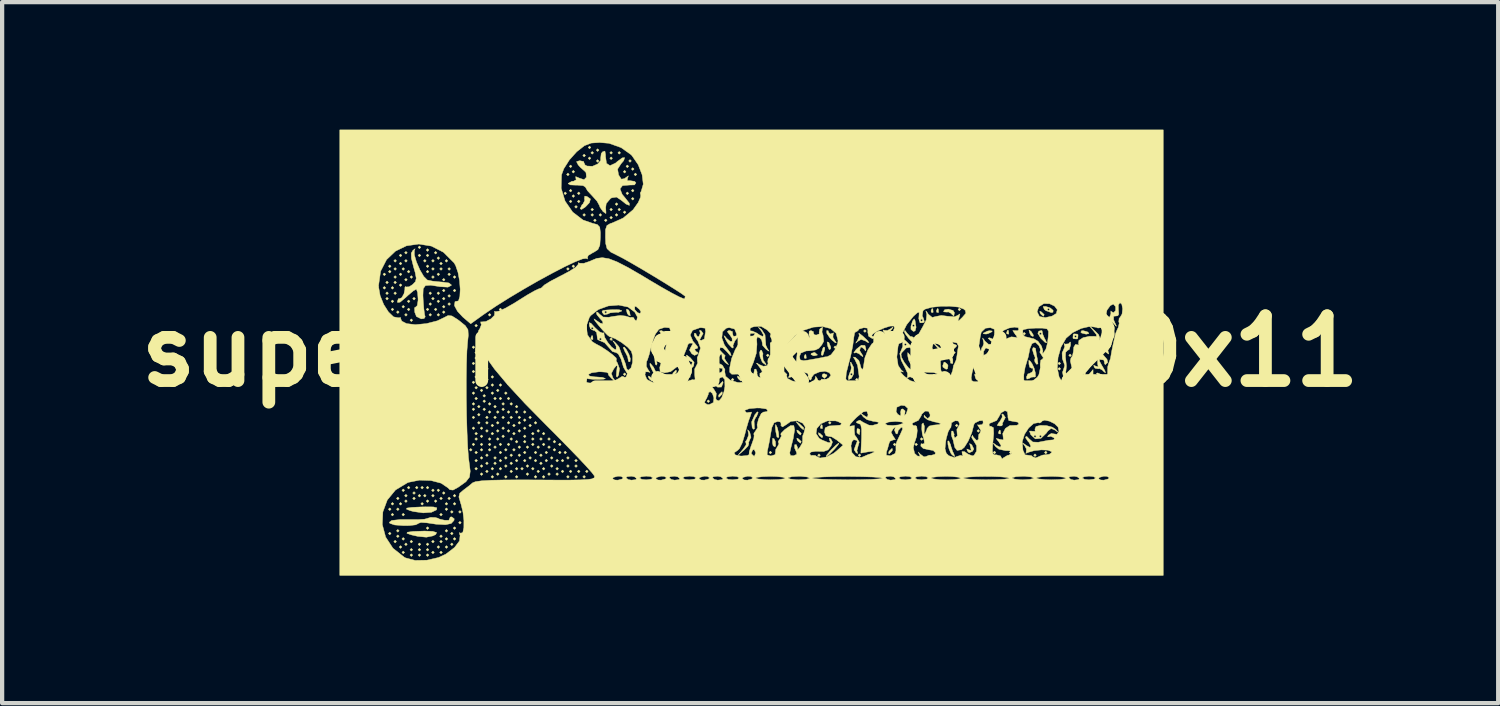
<source format=kicad_pcb>
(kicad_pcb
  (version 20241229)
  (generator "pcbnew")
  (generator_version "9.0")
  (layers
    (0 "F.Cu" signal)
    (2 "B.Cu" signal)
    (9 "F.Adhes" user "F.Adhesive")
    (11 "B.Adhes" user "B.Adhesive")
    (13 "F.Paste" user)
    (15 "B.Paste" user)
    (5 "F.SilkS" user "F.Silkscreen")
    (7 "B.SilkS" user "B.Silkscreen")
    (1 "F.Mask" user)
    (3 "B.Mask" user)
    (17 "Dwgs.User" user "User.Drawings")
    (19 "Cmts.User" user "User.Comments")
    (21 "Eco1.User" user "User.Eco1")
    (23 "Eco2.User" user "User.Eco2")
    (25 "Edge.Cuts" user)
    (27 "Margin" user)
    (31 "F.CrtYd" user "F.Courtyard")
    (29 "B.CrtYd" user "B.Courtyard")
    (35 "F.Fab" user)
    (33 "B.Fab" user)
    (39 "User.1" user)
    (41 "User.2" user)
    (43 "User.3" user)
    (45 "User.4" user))
  (footprint "supergrid_silk_rev_20x11"
    (layer "F.Cu")
    (at 14.594 5.212)
    (property "Reference" "supergrid_silk_rev_20x11" (at 0 0 0) (layer "F.SilkS") (effects (font (size 1.524 1.524) (thickness 0.3))))
    (attr through_hole)
    (fp_poly (pts (xy -1.992 -0.437) (xy -1.991 -0.436) (xy -1.994 -0.438) (xy -1.992 -0.437)) (stroke (width 0.01) (type solid)) (fill yes) (layer "F.SilkS"))
    (fp_poly (pts (xy -8.572 -1.81) (xy -8.604 -1.778) (xy -8.636 -1.81) (xy -8.604 -1.841) (xy -8.572 -1.81)) (stroke (width 0.01) (type solid)) (fill yes) (layer "F.SilkS"))
    (fp_poly (pts (xy -8.572 -1.492) (xy -8.604 -1.46) (xy -8.636 -1.492) (xy -8.604 -1.524) (xy -8.572 -1.492)) (stroke (width 0.01) (type solid)) (fill yes) (layer "F.SilkS"))
    (fp_poly (pts (xy -8.509 -1.619) (xy -8.541 -1.587) (xy -8.572 -1.619) (xy -8.541 -1.651) (xy -8.509 -1.619)) (stroke (width 0.01) (type solid)) (fill yes) (layer "F.SilkS"))
    (fp_poly (pts (xy -8.509 -1.365) (xy -8.541 -1.333) (xy -8.572 -1.365) (xy -8.541 -1.397) (xy -8.509 -1.365)) (stroke (width 0.01) (type solid)) (fill yes) (layer "F.SilkS"))
    (fp_poly (pts (xy -8.509 -1.238) (xy -8.541 -1.206) (xy -8.572 -1.238) (xy -8.541 -1.27) (xy -8.509 -1.238)) (stroke (width 0.01) (type solid)) (fill yes) (layer "F.SilkS"))
    (fp_poly (pts (xy -8.445 -2) (xy -8.477 -1.968) (xy -8.509 -2) (xy -8.477 -2.032) (xy -8.445 -2)) (stroke (width 0.01) (type solid)) (fill yes) (layer "F.SilkS"))
    (fp_poly (pts (xy -8.445 -1.873) (xy -8.477 -1.841) (xy -8.509 -1.873) (xy -8.477 -1.905) (xy -8.445 -1.873)) (stroke (width 0.01) (type solid)) (fill yes) (layer "F.SilkS"))
    (fp_poly (pts (xy -8.445 3.715) (xy -8.477 3.747) (xy -8.509 3.715) (xy -8.477 3.683) (xy -8.445 3.715)) (stroke (width 0.01) (type solid)) (fill yes) (layer "F.SilkS"))
    (fp_poly (pts (xy -8.445 4.286) (xy -8.477 4.318) (xy -8.509 4.286) (xy -8.477 4.255) (xy -8.445 4.286)) (stroke (width 0.01) (type solid)) (fill yes) (layer "F.SilkS"))
    (fp_poly (pts (xy -8.382 -1.492) (xy -8.414 -1.46) (xy -8.445 -1.492) (xy -8.414 -1.524) (xy -8.382 -1.492)) (stroke (width 0.01) (type solid)) (fill yes) (layer "F.SilkS"))
    (fp_poly (pts (xy -8.382 -1.175) (xy -8.414 -1.143) (xy -8.445 -1.175) (xy -8.414 -1.206) (xy -8.382 -1.175)) (stroke (width 0.01) (type solid)) (fill yes) (layer "F.SilkS"))
    (fp_poly (pts (xy -8.382 -0.984) (xy -8.414 -0.953) (xy -8.445 -0.984) (xy -8.414 -1.016) (xy -8.382 -0.984)) (stroke (width 0.01) (type solid)) (fill yes) (layer "F.SilkS"))
    (fp_poly (pts (xy -8.382 3.588) (xy -8.414 3.619) (xy -8.445 3.588) (xy -8.414 3.556) (xy -8.382 3.588)) (stroke (width 0.01) (type solid)) (fill yes) (layer "F.SilkS"))
    (fp_poly (pts (xy -8.382 3.842) (xy -8.414 3.873) (xy -8.445 3.842) (xy -8.414 3.81) (xy -8.382 3.842)) (stroke (width 0.01) (type solid)) (fill yes) (layer "F.SilkS"))
    (fp_poly (pts (xy -8.319 -2.127) (xy -8.35 -2.095) (xy -8.382 -2.127) (xy -8.35 -2.159) (xy -8.319 -2.127)) (stroke (width 0.01) (type solid)) (fill yes) (layer "F.SilkS"))
    (fp_poly (pts (xy -8.319 -1.937) (xy -8.35 -1.905) (xy -8.382 -1.937) (xy -8.35 -1.968) (xy -8.319 -1.937)) (stroke (width 0.01) (type solid)) (fill yes) (layer "F.SilkS"))
    (fp_poly (pts (xy -8.319 -1.746) (xy -8.35 -1.714) (xy -8.382 -1.746) (xy -8.35 -1.778) (xy -8.319 -1.746)) (stroke (width 0.01) (type solid)) (fill yes) (layer "F.SilkS"))
    (fp_poly (pts (xy -8.319 -1.619) (xy -8.35 -1.587) (xy -8.382 -1.619) (xy -8.35 -1.651) (xy -8.319 -1.619)) (stroke (width 0.01) (type solid)) (fill yes) (layer "F.SilkS"))
    (fp_poly (pts (xy -8.319 -1.365) (xy -8.35 -1.333) (xy -8.382 -1.365) (xy -8.35 -1.397) (xy -8.319 -1.365)) (stroke (width 0.01) (type solid)) (fill yes) (layer "F.SilkS"))
    (fp_poly (pts (xy -8.319 4.477) (xy -8.35 4.508) (xy -8.382 4.477) (xy -8.35 4.445) (xy -8.319 4.477)) (stroke (width 0.01) (type solid)) (fill yes) (layer "F.SilkS"))
    (fp_poly (pts (xy -8.255 -0.921) (xy -8.287 -0.889) (xy -8.319 -0.921) (xy -8.287 -0.953) (xy -8.255 -0.921)) (stroke (width 0.01) (type solid)) (fill yes) (layer "F.SilkS"))
    (fp_poly (pts (xy -8.255 3.461) (xy -8.287 3.493) (xy -8.319 3.461) (xy -8.287 3.429) (xy -8.255 3.461)) (stroke (width 0.01) (type solid)) (fill yes) (layer "F.SilkS"))
    (fp_poly (pts (xy -8.255 3.715) (xy -8.287 3.747) (xy -8.319 3.715) (xy -8.287 3.683) (xy -8.255 3.715)) (stroke (width 0.01) (type solid)) (fill yes) (layer "F.SilkS"))
    (fp_poly (pts (xy -8.255 4.223) (xy -8.287 4.255) (xy -8.319 4.223) (xy -8.287 4.191) (xy -8.255 4.223)) (stroke (width 0.01) (type solid)) (fill yes) (layer "F.SilkS"))
    (fp_poly (pts (xy -8.255 4.35) (xy -8.287 4.381) (xy -8.319 4.35) (xy -8.287 4.318) (xy -8.255 4.35)) (stroke (width 0.01) (type solid)) (fill yes) (layer "F.SilkS"))
    (fp_poly (pts (xy -8.191 -2.254) (xy -8.223 -2.223) (xy -8.255 -2.254) (xy -8.223 -2.286) (xy -8.191 -2.254)) (stroke (width 0.01) (type solid)) (fill yes) (layer "F.SilkS"))
    (fp_poly (pts (xy -8.191 -2.064) (xy -8.223 -2.032) (xy -8.255 -2.064) (xy -8.223 -2.095) (xy -8.191 -2.064)) (stroke (width 0.01) (type solid)) (fill yes) (layer "F.SilkS"))
    (fp_poly (pts (xy -8.191 -1.81) (xy -8.223 -1.778) (xy -8.255 -1.81) (xy -8.223 -1.841) (xy -8.191 -1.81)) (stroke (width 0.01) (type solid)) (fill yes) (layer "F.SilkS"))
    (fp_poly (pts (xy -8.191 -1.556) (xy -8.223 -1.524) (xy -8.255 -1.556) (xy -8.223 -1.587) (xy -8.191 -1.556)) (stroke (width 0.01) (type solid)) (fill yes) (layer "F.SilkS"))
    (fp_poly (pts (xy -8.191 3.588) (xy -8.223 3.619) (xy -8.255 3.588) (xy -8.223 3.556) (xy -8.191 3.588)) (stroke (width 0.01) (type solid)) (fill yes) (layer "F.SilkS"))
    (fp_poly (pts (xy -8.191 4.604) (xy -8.223 4.636) (xy -8.255 4.604) (xy -8.223 4.572) (xy -8.191 4.604)) (stroke (width 0.01) (type solid)) (fill yes) (layer "F.SilkS"))
    (fp_poly (pts (xy -8.128 -1.937) (xy -8.16 -1.905) (xy -8.191 -1.937) (xy -8.16 -1.968) (xy -8.128 -1.937)) (stroke (width 0.01) (type solid)) (fill yes) (layer "F.SilkS"))
    (fp_poly (pts (xy -8.128 -1.048) (xy -8.16 -1.016) (xy -8.191 -1.048) (xy -8.16 -1.079) (xy -8.128 -1.048)) (stroke (width 0.01) (type solid)) (fill yes) (layer "F.SilkS"))
    (fp_poly (pts (xy -8.128 3.27) (xy -8.16 3.302) (xy -8.191 3.27) (xy -8.16 3.239) (xy -8.128 3.27)) (stroke (width 0.01) (type solid)) (fill yes) (layer "F.SilkS"))
    (fp_poly (pts (xy -8.128 3.842) (xy -8.16 3.873) (xy -8.191 3.842) (xy -8.16 3.81) (xy -8.128 3.842)) (stroke (width 0.01) (type solid)) (fill yes) (layer "F.SilkS"))
    (fp_poly (pts (xy -8.128 4.413) (xy -8.16 4.445) (xy -8.191 4.413) (xy -8.16 4.381) (xy -8.128 4.413)) (stroke (width 0.01) (type solid)) (fill yes) (layer "F.SilkS"))
    (fp_poly (pts (xy -8.128 4.731) (xy -8.16 4.763) (xy -8.191 4.731) (xy -8.16 4.699) (xy -8.128 4.731)) (stroke (width 0.01) (type solid)) (fill yes) (layer "F.SilkS"))
    (fp_poly (pts (xy -8.065 -2.318) (xy -8.096 -2.286) (xy -8.128 -2.318) (xy -8.096 -2.349) (xy -8.065 -2.318)) (stroke (width 0.01) (type solid)) (fill yes) (layer "F.SilkS"))
    (fp_poly (pts (xy -8.065 -2.127) (xy -8.096 -2.095) (xy -8.128 -2.127) (xy -8.096 -2.159) (xy -8.065 -2.127)) (stroke (width 0.01) (type solid)) (fill yes) (layer "F.SilkS"))
    (fp_poly (pts (xy -8.065 -1.683) (xy -8.096 -1.651) (xy -8.128 -1.683) (xy -8.096 -1.714) (xy -8.065 -1.683)) (stroke (width 0.01) (type solid)) (fill yes) (layer "F.SilkS"))
    (fp_poly (pts (xy -8.065 -0.857) (xy -8.096 -0.826) (xy -8.128 -0.857) (xy -8.096 -0.889) (xy -8.065 -0.857)) (stroke (width 0.01) (type solid)) (fill yes) (layer "F.SilkS"))
    (fp_poly (pts (xy -8.065 3.397) (xy -8.096 3.429) (xy -8.128 3.397) (xy -8.096 3.365) (xy -8.065 3.397)) (stroke (width 0.01) (type solid)) (fill yes) (layer "F.SilkS"))
    (fp_poly (pts (xy -8.065 3.524) (xy -8.096 3.556) (xy -8.128 3.524) (xy -8.096 3.493) (xy -8.065 3.524)) (stroke (width 0.01) (type solid)) (fill yes) (layer "F.SilkS"))
    (fp_poly (pts (xy -8.065 4.54) (xy -8.096 4.572) (xy -8.128 4.54) (xy -8.096 4.508) (xy -8.065 4.54)) (stroke (width 0.01) (type solid)) (fill yes) (layer "F.SilkS"))
    (fp_poly (pts (xy -8.001 -1.873) (xy -8.033 -1.841) (xy -8.065 -1.873) (xy -8.033 -1.905) (xy -8.001 -1.873)) (stroke (width 0.01) (type solid)) (fill yes) (layer "F.SilkS"))
    (fp_poly (pts (xy -8.001 -1.175) (xy -8.033 -1.143) (xy -8.065 -1.175) (xy -8.033 -1.206) (xy -8.001 -1.175)) (stroke (width 0.01) (type solid)) (fill yes) (layer "F.SilkS"))
    (fp_poly (pts (xy -8.001 -0.984) (xy -8.033 -0.953) (xy -8.065 -0.984) (xy -8.033 -1.016) (xy -8.001 -0.984)) (stroke (width 0.01) (type solid)) (fill yes) (layer "F.SilkS"))
    (fp_poly (pts (xy -8.001 3.207) (xy -8.033 3.239) (xy -8.065 3.207) (xy -8.033 3.175) (xy -8.001 3.207)) (stroke (width 0.01) (type solid)) (fill yes) (layer "F.SilkS"))
    (fp_poly (pts (xy -7.938 -1.746) (xy -7.969 -1.714) (xy -8.001 -1.746) (xy -7.969 -1.778) (xy -7.938 -1.746)) (stroke (width 0.01) (type solid)) (fill yes) (layer "F.SilkS"))
    (fp_poly (pts (xy -7.938 -0.73) (xy -7.969 -0.699) (xy -8.001 -0.73) (xy -7.969 -0.762) (xy -7.938 -0.73)) (stroke (width 0.01) (type solid)) (fill yes) (layer "F.SilkS"))
    (fp_poly (pts (xy -7.938 4.477) (xy -7.969 4.508) (xy -8.001 4.477) (xy -7.969 4.445) (xy -7.938 4.477)) (stroke (width 0.01) (type solid)) (fill yes) (layer "F.SilkS"))
    (fp_poly (pts (xy -7.938 4.667) (xy -7.969 4.699) (xy -8.001 4.667) (xy -7.969 4.636) (xy -7.938 4.667)) (stroke (width 0.01) (type solid)) (fill yes) (layer "F.SilkS"))
    (fp_poly (pts (xy -7.938 4.794) (xy -7.969 4.826) (xy -8.001 4.794) (xy -7.969 4.763) (xy -7.938 4.794)) (stroke (width 0.01) (type solid)) (fill yes) (layer "F.SilkS"))
    (fp_poly (pts (xy -7.874 -1.238) (xy -7.906 -1.206) (xy -7.938 -1.238) (xy -7.906 -1.27) (xy -7.874 -1.238)) (stroke (width 0.01) (type solid)) (fill yes) (layer "F.SilkS"))
    (fp_poly (pts (xy -7.874 3.334) (xy -7.906 3.365) (xy -7.938 3.334) (xy -7.906 3.302) (xy -7.874 3.334)) (stroke (width 0.01) (type solid)) (fill yes) (layer "F.SilkS"))
    (fp_poly (pts (xy -7.874 3.461) (xy -7.906 3.493) (xy -7.938 3.461) (xy -7.906 3.429) (xy -7.874 3.461)) (stroke (width 0.01) (type solid)) (fill yes) (layer "F.SilkS"))
    (fp_poly (pts (xy -7.811 3.207) (xy -7.842 3.239) (xy -7.874 3.207) (xy -7.842 3.175) (xy -7.811 3.207)) (stroke (width 0.01) (type solid)) (fill yes) (layer "F.SilkS"))
    (fp_poly (pts (xy -7.747 -2.445) (xy -7.779 -2.413) (xy -7.811 -2.445) (xy -7.779 -2.477) (xy -7.747 -2.445)) (stroke (width 0.01) (type solid)) (fill yes) (layer "F.SilkS"))
    (fp_poly (pts (xy -7.747 -2.254) (xy -7.779 -2.223) (xy -7.811 -2.254) (xy -7.779 -2.286) (xy -7.747 -2.254)) (stroke (width 0.01) (type solid)) (fill yes) (layer "F.SilkS"))
    (fp_poly (pts (xy -7.747 3.397) (xy -7.779 3.429) (xy -7.811 3.397) (xy -7.779 3.365) (xy -7.747 3.397)) (stroke (width 0.01) (type solid)) (fill yes) (layer "F.SilkS"))
    (fp_poly (pts (xy -7.747 4.54) (xy -7.779 4.572) (xy -7.811 4.54) (xy -7.779 4.508) (xy -7.747 4.54)) (stroke (width 0.01) (type solid)) (fill yes) (layer "F.SilkS"))
    (fp_poly (pts (xy -7.747 4.667) (xy -7.779 4.699) (xy -7.811 4.667) (xy -7.779 4.636) (xy -7.747 4.667)) (stroke (width 0.01) (type solid)) (fill yes) (layer "F.SilkS"))
    (fp_poly (pts (xy -7.747 4.794) (xy -7.779 4.826) (xy -7.811 4.794) (xy -7.779 4.763) (xy -7.747 4.794)) (stroke (width 0.01) (type solid)) (fill yes) (layer "F.SilkS"))
    (fp_poly (pts (xy -7.684 3.207) (xy -7.715 3.239) (xy -7.747 3.207) (xy -7.715 3.175) (xy -7.684 3.207)) (stroke (width 0.01) (type solid)) (fill yes) (layer "F.SilkS"))
    (fp_poly (pts (xy -7.684 3.588) (xy -7.715 3.619) (xy -7.747 3.588) (xy -7.715 3.556) (xy -7.684 3.588)) (stroke (width 0.01) (type solid)) (fill yes) (layer "F.SilkS"))
    (fp_poly (pts (xy -7.62 -2.127) (xy -7.652 -2.095) (xy -7.684 -2.127) (xy -7.652 -2.159) (xy -7.62 -2.127)) (stroke (width 0.01) (type solid)) (fill yes) (layer "F.SilkS"))
    (fp_poly (pts (xy -7.62 3.397) (xy -7.652 3.429) (xy -7.684 3.397) (xy -7.652 3.365) (xy -7.62 3.397)) (stroke (width 0.01) (type solid)) (fill yes) (layer "F.SilkS"))
    (fp_poly (pts (xy -7.556 -2.381) (xy -7.588 -2.349) (xy -7.62 -2.381) (xy -7.588 -2.413) (xy -7.556 -2.381)) (stroke (width 0.01) (type solid)) (fill yes) (layer "F.SilkS"))
    (fp_poly (pts (xy -7.556 -2.254) (xy -7.588 -2.223) (xy -7.62 -2.254) (xy -7.588 -2.286) (xy -7.556 -2.254)) (stroke (width 0.01) (type solid)) (fill yes) (layer "F.SilkS"))
    (fp_poly (pts (xy -7.556 -2) (xy -7.588 -1.968) (xy -7.62 -2) (xy -7.588 -2.032) (xy -7.556 -2)) (stroke (width 0.01) (type solid)) (fill yes) (layer "F.SilkS"))
    (fp_poly (pts (xy -7.556 -1.873) (xy -7.588 -1.841) (xy -7.62 -1.873) (xy -7.588 -1.905) (xy -7.556 -1.873)) (stroke (width 0.01) (type solid)) (fill yes) (layer "F.SilkS"))
    (fp_poly (pts (xy -7.556 -0.984) (xy -7.588 -0.953) (xy -7.62 -0.984) (xy -7.588 -1.016) (xy -7.556 -0.984)) (stroke (width 0.01) (type solid)) (fill yes) (layer "F.SilkS"))
    (fp_poly (pts (xy -7.556 3.207) (xy -7.588 3.239) (xy -7.62 3.207) (xy -7.588 3.175) (xy -7.556 3.207)) (stroke (width 0.01) (type solid)) (fill yes) (layer "F.SilkS"))
    (fp_poly (pts (xy -7.556 3.524) (xy -7.588 3.556) (xy -7.62 3.524) (xy -7.588 3.493) (xy -7.556 3.524)) (stroke (width 0.01) (type solid)) (fill yes) (layer "F.SilkS"))
    (fp_poly (pts (xy -7.556 4.159) (xy -7.588 4.191) (xy -7.62 4.159) (xy -7.588 4.128) (xy -7.556 4.159)) (stroke (width 0.01) (type solid)) (fill yes) (layer "F.SilkS"))
    (fp_poly (pts (xy -7.556 4.54) (xy -7.588 4.572) (xy -7.62 4.54) (xy -7.588 4.508) (xy -7.556 4.54)) (stroke (width 0.01) (type solid)) (fill yes) (layer "F.SilkS"))
    (fp_poly (pts (xy -7.556 4.667) (xy -7.588 4.699) (xy -7.62 4.667) (xy -7.588 4.636) (xy -7.556 4.667)) (stroke (width 0.01) (type solid)) (fill yes) (layer "F.SilkS"))
    (fp_poly (pts (xy -7.556 4.794) (xy -7.588 4.826) (xy -7.62 4.794) (xy -7.588 4.763) (xy -7.556 4.794)) (stroke (width 0.01) (type solid)) (fill yes) (layer "F.SilkS"))
    (fp_poly (pts (xy -7.493 -1.365) (xy -7.525 -1.333) (xy -7.556 -1.365) (xy -7.525 -1.397) (xy -7.493 -1.365)) (stroke (width 0.01) (type solid)) (fill yes) (layer "F.SilkS"))
    (fp_poly (pts (xy -7.493 -1.111) (xy -7.525 -1.079) (xy -7.556 -1.111) (xy -7.525 -1.143) (xy -7.493 -1.111)) (stroke (width 0.01) (type solid)) (fill yes) (layer "F.SilkS"))
    (fp_poly (pts (xy -7.493 -0.857) (xy -7.525 -0.826) (xy -7.556 -0.857) (xy -7.525 -0.889) (xy -7.493 -0.857)) (stroke (width 0.01) (type solid)) (fill yes) (layer "F.SilkS"))
    (fp_poly (pts (xy -7.429 -2.127) (xy -7.461 -2.095) (xy -7.493 -2.127) (xy -7.461 -2.159) (xy -7.429 -2.127)) (stroke (width 0.01) (type solid)) (fill yes) (layer "F.SilkS"))
    (fp_poly (pts (xy -7.429 -1.937) (xy -7.461 -1.905) (xy -7.493 -1.937) (xy -7.461 -1.968) (xy -7.429 -1.937)) (stroke (width 0.01) (type solid)) (fill yes) (layer "F.SilkS"))
    (fp_poly (pts (xy -7.429 -1.746) (xy -7.461 -1.714) (xy -7.493 -1.746) (xy -7.461 -1.778) (xy -7.429 -1.746)) (stroke (width 0.01) (type solid)) (fill yes) (layer "F.SilkS"))
    (fp_poly (pts (xy -7.429 -1.238) (xy -7.461 -1.206) (xy -7.493 -1.238) (xy -7.461 -1.27) (xy -7.429 -1.238)) (stroke (width 0.01) (type solid)) (fill yes) (layer "F.SilkS"))
    (fp_poly (pts (xy -7.429 3.27) (xy -7.461 3.302) (xy -7.493 3.27) (xy -7.461 3.239) (xy -7.429 3.27)) (stroke (width 0.01) (type solid)) (fill yes) (layer "F.SilkS"))
    (fp_poly (pts (xy -7.429 3.397) (xy -7.461 3.429) (xy -7.493 3.397) (xy -7.461 3.365) (xy -7.429 3.397)) (stroke (width 0.01) (type solid)) (fill yes) (layer "F.SilkS"))
    (fp_poly (pts (xy -7.429 4.477) (xy -7.461 4.508) (xy -7.493 4.477) (xy -7.461 4.445) (xy -7.429 4.477)) (stroke (width 0.01) (type solid)) (fill yes) (layer "F.SilkS"))
    (fp_poly (pts (xy -7.429 4.731) (xy -7.461 4.763) (xy -7.493 4.731) (xy -7.461 4.699) (xy -7.429 4.731)) (stroke (width 0.01) (type solid)) (fill yes) (layer "F.SilkS"))
    (fp_poly (pts (xy -7.366 -2.318) (xy -7.398 -2.286) (xy -7.429 -2.318) (xy -7.398 -2.349) (xy -7.366 -2.318)) (stroke (width 0.01) (type solid)) (fill yes) (layer "F.SilkS"))
    (fp_poly (pts (xy -7.366 -0.984) (xy -7.398 -0.953) (xy -7.429 -0.984) (xy -7.398 -1.016) (xy -7.366 -0.984)) (stroke (width 0.01) (type solid)) (fill yes) (layer "F.SilkS"))
    (fp_poly (pts (xy -7.366 3.524) (xy -7.398 3.556) (xy -7.429 3.524) (xy -7.398 3.493) (xy -7.366 3.524)) (stroke (width 0.01) (type solid)) (fill yes) (layer "F.SilkS"))
    (fp_poly (pts (xy -7.303 -2.191) (xy -7.334 -2.159) (xy -7.366 -2.191) (xy -7.334 -2.223) (xy -7.303 -2.191)) (stroke (width 0.01) (type solid)) (fill yes) (layer "F.SilkS"))
    (fp_poly (pts (xy -7.303 -1.81) (xy -7.334 -1.778) (xy -7.366 -1.81) (xy -7.334 -1.841) (xy -7.303 -1.81)) (stroke (width 0.01) (type solid)) (fill yes) (layer "F.SilkS"))
    (fp_poly (pts (xy -7.303 -1.365) (xy -7.334 -1.333) (xy -7.366 -1.365) (xy -7.334 -1.397) (xy -7.303 -1.365)) (stroke (width 0.01) (type solid)) (fill yes) (layer "F.SilkS"))
    (fp_poly (pts (xy -7.303 -1.175) (xy -7.334 -1.143) (xy -7.366 -1.175) (xy -7.334 -1.206) (xy -7.303 -1.175)) (stroke (width 0.01) (type solid)) (fill yes) (layer "F.SilkS"))
    (fp_poly (pts (xy -7.303 -0.857) (xy -7.334 -0.826) (xy -7.366 -0.857) (xy -7.334 -0.889) (xy -7.303 -0.857)) (stroke (width 0.01) (type solid)) (fill yes) (layer "F.SilkS"))
    (fp_poly (pts (xy -7.303 3.27) (xy -7.334 3.302) (xy -7.366 3.27) (xy -7.334 3.239) (xy -7.303 3.27)) (stroke (width 0.01) (type solid)) (fill yes) (layer "F.SilkS"))
    (fp_poly (pts (xy -7.303 4.604) (xy -7.334 4.636) (xy -7.366 4.604) (xy -7.334 4.572) (xy -7.303 4.604)) (stroke (width 0.01) (type solid)) (fill yes) (layer "F.SilkS"))
    (fp_poly (pts (xy -7.239 -2.064) (xy -7.271 -2.032) (xy -7.303 -2.064) (xy -7.271 -2.095) (xy -7.239 -2.064)) (stroke (width 0.01) (type solid)) (fill yes) (layer "F.SilkS"))
    (fp_poly (pts (xy -7.239 -1.937) (xy -7.271 -1.905) (xy -7.303 -1.937) (xy -7.271 -1.968) (xy -7.239 -1.937)) (stroke (width 0.01) (type solid)) (fill yes) (layer "F.SilkS"))
    (fp_poly (pts (xy -7.239 3.461) (xy -7.271 3.493) (xy -7.303 3.461) (xy -7.271 3.429) (xy -7.239 3.461)) (stroke (width 0.01) (type solid)) (fill yes) (layer "F.SilkS"))
    (fp_poly (pts (xy -7.239 3.842) (xy -7.271 3.873) (xy -7.303 3.842) (xy -7.271 3.81) (xy -7.239 3.842)) (stroke (width 0.01) (type solid)) (fill yes) (layer "F.SilkS"))
    (fp_poly (pts (xy -7.239 4.35) (xy -7.271 4.381) (xy -7.303 4.35) (xy -7.271 4.318) (xy -7.239 4.35)) (stroke (width 0.01) (type solid)) (fill yes) (layer "F.SilkS"))
    (fp_poly (pts (xy -7.239 4.477) (xy -7.271 4.508) (xy -7.303 4.477) (xy -7.271 4.445) (xy -7.239 4.477)) (stroke (width 0.01) (type solid)) (fill yes) (layer "F.SilkS"))
    (fp_poly (pts (xy -7.239 4.731) (xy -7.271 4.763) (xy -7.303 4.731) (xy -7.271 4.699) (xy -7.239 4.731)) (stroke (width 0.01) (type solid)) (fill yes) (layer "F.SilkS"))
    (fp_poly (pts (xy -7.176 -1.683) (xy -7.207 -1.651) (xy -7.239 -1.683) (xy -7.207 -1.714) (xy -7.176 -1.683)) (stroke (width 0.01) (type solid)) (fill yes) (layer "F.SilkS"))
    (fp_poly (pts (xy -7.176 -1.429) (xy -7.207 -1.397) (xy -7.239 -1.429) (xy -7.207 -1.46) (xy -7.176 -1.429)) (stroke (width 0.01) (type solid)) (fill yes) (layer "F.SilkS"))
    (fp_poly (pts (xy -7.176 -1.238) (xy -7.207 -1.206) (xy -7.239 -1.238) (xy -7.207 -1.27) (xy -7.176 -1.238)) (stroke (width 0.01) (type solid)) (fill yes) (layer "F.SilkS"))
    (fp_poly (pts (xy -7.176 -1.048) (xy -7.207 -1.016) (xy -7.239 -1.048) (xy -7.207 -1.079) (xy -7.176 -1.048)) (stroke (width 0.01) (type solid)) (fill yes) (layer "F.SilkS"))
    (fp_poly (pts (xy -7.176 -0.921) (xy -7.207 -0.889) (xy -7.239 -0.921) (xy -7.207 -0.953) (xy -7.176 -0.921)) (stroke (width 0.01) (type solid)) (fill yes) (layer "F.SilkS"))
    (fp_poly (pts (xy -7.176 3.334) (xy -7.207 3.365) (xy -7.239 3.334) (xy -7.207 3.302) (xy -7.176 3.334)) (stroke (width 0.01) (type solid)) (fill yes) (layer "F.SilkS"))
    (fp_poly (pts (xy -7.112 -2.127) (xy -7.144 -2.095) (xy -7.176 -2.127) (xy -7.144 -2.159) (xy -7.112 -2.127)) (stroke (width 0.01) (type solid)) (fill yes) (layer "F.SilkS"))
    (fp_poly (pts (xy -7.112 3.588) (xy -7.144 3.619) (xy -7.176 3.588) (xy -7.144 3.556) (xy -7.112 3.588)) (stroke (width 0.01) (type solid)) (fill yes) (layer "F.SilkS"))
    (fp_poly (pts (xy -7.112 3.715) (xy -7.144 3.747) (xy -7.176 3.715) (xy -7.144 3.683) (xy -7.112 3.715)) (stroke (width 0.01) (type solid)) (fill yes) (layer "F.SilkS"))
    (fp_poly (pts (xy -7.112 4.223) (xy -7.144 4.255) (xy -7.176 4.223) (xy -7.144 4.191) (xy -7.112 4.223)) (stroke (width 0.01) (type solid)) (fill yes) (layer "F.SilkS"))
    (fp_poly (pts (xy -7.112 4.413) (xy -7.144 4.445) (xy -7.176 4.413) (xy -7.144 4.381) (xy -7.112 4.413)) (stroke (width 0.01) (type solid)) (fill yes) (layer "F.SilkS"))
    (fp_poly (pts (xy -7.112 4.604) (xy -7.144 4.636) (xy -7.176 4.604) (xy -7.144 4.572) (xy -7.112 4.604)) (stroke (width 0.01) (type solid)) (fill yes) (layer "F.SilkS"))
    (fp_poly (pts (xy -7.048 -1.937) (xy -7.08 -1.905) (xy -7.112 -1.937) (xy -7.08 -1.968) (xy -7.048 -1.937)) (stroke (width 0.01) (type solid)) (fill yes) (layer "F.SilkS"))
    (fp_poly (pts (xy -7.048 -1.81) (xy -7.08 -1.778) (xy -7.112 -1.81) (xy -7.08 -1.841) (xy -7.048 -1.81)) (stroke (width 0.01) (type solid)) (fill yes) (layer "F.SilkS"))
    (fp_poly (pts (xy -7.048 -1.302) (xy -7.08 -1.27) (xy -7.112 -1.302) (xy -7.08 -1.333) (xy -7.048 -1.302)) (stroke (width 0.01) (type solid)) (fill yes) (layer "F.SilkS"))
    (fp_poly (pts (xy -7.048 -1.111) (xy -7.08 -1.079) (xy -7.112 -1.111) (xy -7.08 -1.143) (xy -7.048 -1.111)) (stroke (width 0.01) (type solid)) (fill yes) (layer "F.SilkS"))
    (fp_poly (pts (xy -7.048 3.461) (xy -7.08 3.493) (xy -7.112 3.461) (xy -7.08 3.429) (xy -7.048 3.461)) (stroke (width 0.01) (type solid)) (fill yes) (layer "F.SilkS"))
    (fp_poly (pts (xy -6.985 3.778) (xy -7.017 3.81) (xy -7.048 3.778) (xy -7.017 3.747) (xy -6.985 3.778)) (stroke (width 0.01) (type solid)) (fill yes) (layer "F.SilkS"))
    (fp_poly (pts (xy -6.985 4.286) (xy -7.017 4.318) (xy -7.048 4.286) (xy -7.017 4.255) (xy -6.985 4.286)) (stroke (width 0.01) (type solid)) (fill yes) (layer "F.SilkS"))
    (fp_poly (pts (xy -6.985 4.54) (xy -7.017 4.572) (xy -7.048 4.54) (xy -7.017 4.508) (xy -6.985 4.54)) (stroke (width 0.01) (type solid)) (fill yes) (layer "F.SilkS"))
    (fp_poly (pts (xy -6.921 -1.746) (xy -6.953 -1.714) (xy -6.985 -1.746) (xy -6.953 -1.778) (xy -6.921 -1.746)) (stroke (width 0.01) (type solid)) (fill yes) (layer "F.SilkS"))
    (fp_poly (pts (xy -6.921 -1.429) (xy -6.953 -1.397) (xy -6.985 -1.429) (xy -6.953 -1.46) (xy -6.921 -1.429)) (stroke (width 0.01) (type solid)) (fill yes) (layer "F.SilkS"))
    (fp_poly (pts (xy -6.921 3.397) (xy -6.953 3.429) (xy -6.985 3.397) (xy -6.953 3.365) (xy -6.921 3.397)) (stroke (width 0.01) (type solid)) (fill yes) (layer "F.SilkS"))
    (fp_poly (pts (xy -6.921 3.588) (xy -6.953 3.619) (xy -6.985 3.588) (xy -6.953 3.556) (xy -6.921 3.588)) (stroke (width 0.01) (type solid)) (fill yes) (layer "F.SilkS"))
    (fp_poly (pts (xy -6.921 4.159) (xy -6.953 4.191) (xy -6.985 4.159) (xy -6.953 4.128) (xy -6.921 4.159)) (stroke (width 0.01) (type solid)) (fill yes) (layer "F.SilkS"))
    (fp_poly (pts (xy -6.921 4.413) (xy -6.953 4.445) (xy -6.985 4.413) (xy -6.953 4.381) (xy -6.921 4.413)) (stroke (width 0.01) (type solid)) (fill yes) (layer "F.SilkS"))
    (fp_poly (pts (xy -6.795 3.778) (xy -6.826 3.81) (xy -6.858 3.778) (xy -6.826 3.747) (xy -6.795 3.778)) (stroke (width 0.01) (type solid)) (fill yes) (layer "F.SilkS"))
    (fp_poly (pts (xy -6.795 4.032) (xy -6.826 4.064) (xy -6.858 4.032) (xy -6.826 4) (xy -6.795 4.032)) (stroke (width 0.01) (type solid)) (fill yes) (layer "F.SilkS"))
    (fp_poly (pts (xy -6.54 2.318) (xy -6.572 2.349) (xy -6.604 2.318) (xy -6.572 2.286) (xy -6.54 2.318)) (stroke (width 0.01) (type solid)) (fill yes) (layer "F.SilkS"))
    (fp_poly (pts (xy -6.477 -0.095) (xy -6.509 -0.064) (xy -6.54 -0.095) (xy -6.509 -0.127) (xy -6.477 -0.095)) (stroke (width 0.01) (type solid)) (fill yes) (layer "F.SilkS"))
    (fp_poly (pts (xy -6.477 0.286) (xy -6.509 0.318) (xy -6.54 0.286) (xy -6.509 0.254) (xy -6.477 0.286)) (stroke (width 0.01) (type solid)) (fill yes) (layer "F.SilkS"))
    (fp_poly (pts (xy -6.477 0.476) (xy -6.509 0.508) (xy -6.54 0.476) (xy -6.509 0.445) (xy -6.477 0.476)) (stroke (width 0.01) (type solid)) (fill yes) (layer "F.SilkS"))
    (fp_poly (pts (xy -6.477 0.73) (xy -6.509 0.762) (xy -6.54 0.73) (xy -6.509 0.699) (xy -6.477 0.73)) (stroke (width 0.01) (type solid)) (fill yes) (layer "F.SilkS"))
    (fp_poly (pts (xy -6.477 0.984) (xy -6.509 1.016) (xy -6.54 0.984) (xy -6.509 0.953) (xy -6.477 0.984)) (stroke (width 0.01) (type solid)) (fill yes) (layer "F.SilkS"))
    (fp_poly (pts (xy -6.477 1.238) (xy -6.509 1.27) (xy -6.54 1.238) (xy -6.509 1.206) (xy -6.477 1.238)) (stroke (width 0.01) (type solid)) (fill yes) (layer "F.SilkS"))
    (fp_poly (pts (xy -6.477 1.365) (xy -6.509 1.397) (xy -6.54 1.365) (xy -6.509 1.333) (xy -6.477 1.365)) (stroke (width 0.01) (type solid)) (fill yes) (layer "F.SilkS"))
    (fp_poly (pts (xy -6.477 1.556) (xy -6.509 1.587) (xy -6.54 1.556) (xy -6.509 1.524) (xy -6.477 1.556)) (stroke (width 0.01) (type solid)) (fill yes) (layer "F.SilkS"))
    (fp_poly (pts (xy -6.477 1.81) (xy -6.509 1.841) (xy -6.54 1.81) (xy -6.509 1.778) (xy -6.477 1.81)) (stroke (width 0.01) (type solid)) (fill yes) (layer "F.SilkS"))
    (fp_poly (pts (xy -6.477 2.191) (xy -6.509 2.223) (xy -6.54 2.191) (xy -6.509 2.159) (xy -6.477 2.191)) (stroke (width 0.01) (type solid)) (fill yes) (layer "F.SilkS"))
    (fp_poly (pts (xy -6.413 -0.603) (xy -6.445 -0.572) (xy -6.477 -0.603) (xy -6.445 -0.635) (xy -6.413 -0.603)) (stroke (width 0.01) (type solid)) (fill yes) (layer "F.SilkS"))
    (fp_poly (pts (xy -6.413 0.032) (xy -6.445 0.064) (xy -6.477 0.032) (xy -6.445 0) (xy -6.413 0.032)) (stroke (width 0.01) (type solid)) (fill yes) (layer "F.SilkS"))
    (fp_poly (pts (xy -6.413 0.159) (xy -6.445 0.191) (xy -6.477 0.159) (xy -6.445 0.127) (xy -6.413 0.159)) (stroke (width 0.01) (type solid)) (fill yes) (layer "F.SilkS"))
    (fp_poly (pts (xy -6.413 0.603) (xy -6.445 0.635) (xy -6.477 0.603) (xy -6.445 0.572) (xy -6.413 0.603)) (stroke (width 0.01) (type solid)) (fill yes) (layer "F.SilkS"))
    (fp_poly (pts (xy -6.413 0.857) (xy -6.445 0.889) (xy -6.477 0.857) (xy -6.445 0.826) (xy -6.413 0.857)) (stroke (width 0.01) (type solid)) (fill yes) (layer "F.SilkS"))
    (fp_poly (pts (xy -6.413 1.111) (xy -6.445 1.143) (xy -6.477 1.111) (xy -6.445 1.079) (xy -6.413 1.111)) (stroke (width 0.01) (type solid)) (fill yes) (layer "F.SilkS"))
    (fp_poly (pts (xy -6.413 1.937) (xy -6.445 1.968) (xy -6.477 1.937) (xy -6.445 1.905) (xy -6.413 1.937)) (stroke (width 0.01) (type solid)) (fill yes) (layer "F.SilkS"))
    (fp_poly (pts (xy -6.413 2.064) (xy -6.445 2.095) (xy -6.477 2.064) (xy -6.445 2.032) (xy -6.413 2.064)) (stroke (width 0.01) (type solid)) (fill yes) (layer "F.SilkS"))
    (fp_poly (pts (xy -6.413 2.381) (xy -6.445 2.413) (xy -6.477 2.381) (xy -6.445 2.349) (xy -6.413 2.381)) (stroke (width 0.01) (type solid)) (fill yes) (layer "F.SilkS"))
    (fp_poly (pts (xy -6.413 2.572) (xy -6.445 2.603) (xy -6.477 2.572) (xy -6.445 2.54) (xy -6.413 2.572)) (stroke (width 0.01) (type solid)) (fill yes) (layer "F.SilkS"))
    (fp_poly (pts (xy -6.413 2.762) (xy -6.445 2.794) (xy -6.477 2.762) (xy -6.445 2.731) (xy -6.413 2.762)) (stroke (width 0.01) (type solid)) (fill yes) (layer "F.SilkS"))
    (fp_poly (pts (xy -6.35 0.413) (xy -6.382 0.445) (xy -6.413 0.413) (xy -6.382 0.381) (xy -6.35 0.413)) (stroke (width 0.01) (type solid)) (fill yes) (layer "F.SilkS"))
    (fp_poly (pts (xy -6.35 1.302) (xy -6.382 1.333) (xy -6.413 1.302) (xy -6.382 1.27) (xy -6.35 1.302)) (stroke (width 0.01) (type solid)) (fill yes) (layer "F.SilkS"))
    (fp_poly (pts (xy -6.35 1.492) (xy -6.382 1.524) (xy -6.413 1.492) (xy -6.382 1.46) (xy -6.35 1.492)) (stroke (width 0.01) (type solid)) (fill yes) (layer "F.SilkS"))
    (fp_poly (pts (xy -6.35 1.683) (xy -6.382 1.714) (xy -6.413 1.683) (xy -6.382 1.651) (xy -6.35 1.683)) (stroke (width 0.01) (type solid)) (fill yes) (layer "F.SilkS"))
    (fp_poly (pts (xy -6.287 0.286) (xy -6.318 0.318) (xy -6.35 0.286) (xy -6.318 0.254) (xy -6.287 0.286)) (stroke (width 0.01) (type solid)) (fill yes) (layer "F.SilkS"))
    (fp_poly (pts (xy -6.287 0.73) (xy -6.318 0.762) (xy -6.35 0.73) (xy -6.318 0.699) (xy -6.287 0.73)) (stroke (width 0.01) (type solid)) (fill yes) (layer "F.SilkS"))
    (fp_poly (pts (xy -6.287 0.921) (xy -6.318 0.953) (xy -6.35 0.921) (xy -6.318 0.889) (xy -6.287 0.921)) (stroke (width 0.01) (type solid)) (fill yes) (layer "F.SilkS"))
    (fp_poly (pts (xy -6.287 1.81) (xy -6.318 1.841) (xy -6.35 1.81) (xy -6.318 1.778) (xy -6.287 1.81)) (stroke (width 0.01) (type solid)) (fill yes) (layer "F.SilkS"))
    (fp_poly (pts (xy -6.287 2) (xy -6.318 2.032) (xy -6.35 2) (xy -6.318 1.968) (xy -6.287 2)) (stroke (width 0.01) (type solid)) (fill yes) (layer "F.SilkS"))
    (fp_poly (pts (xy -6.287 2.191) (xy -6.318 2.223) (xy -6.35 2.191) (xy -6.318 2.159) (xy -6.287 2.191)) (stroke (width 0.01) (type solid)) (fill yes) (layer "F.SilkS"))
    (fp_poly (pts (xy -6.287 2.318) (xy -6.318 2.349) (xy -6.35 2.318) (xy -6.318 2.286) (xy -6.287 2.318)) (stroke (width 0.01) (type solid)) (fill yes) (layer "F.SilkS"))
    (fp_poly (pts (xy -6.287 2.508) (xy -6.318 2.54) (xy -6.35 2.508) (xy -6.318 2.477) (xy -6.287 2.508)) (stroke (width 0.01) (type solid)) (fill yes) (layer "F.SilkS"))
    (fp_poly (pts (xy -6.287 2.699) (xy -6.318 2.731) (xy -6.35 2.699) (xy -6.318 2.667) (xy -6.287 2.699)) (stroke (width 0.01) (type solid)) (fill yes) (layer "F.SilkS"))
    (fp_poly (pts (xy -6.287 2.889) (xy -6.318 2.921) (xy -6.35 2.889) (xy -6.318 2.857) (xy -6.287 2.889)) (stroke (width 0.01) (type solid)) (fill yes) (layer "F.SilkS"))
    (fp_poly (pts (xy -6.223 0.54) (xy -6.255 0.572) (xy -6.287 0.54) (xy -6.255 0.508) (xy -6.223 0.54)) (stroke (width 0.01) (type solid)) (fill yes) (layer "F.SilkS"))
    (fp_poly (pts (xy -6.223 1.048) (xy -6.255 1.079) (xy -6.287 1.048) (xy -6.255 1.016) (xy -6.223 1.048)) (stroke (width 0.01) (type solid)) (fill yes) (layer "F.SilkS"))
    (fp_poly (pts (xy -6.223 1.175) (xy -6.255 1.206) (xy -6.287 1.175) (xy -6.255 1.143) (xy -6.223 1.175)) (stroke (width 0.01) (type solid)) (fill yes) (layer "F.SilkS"))
    (fp_poly (pts (xy -6.223 1.365) (xy -6.255 1.397) (xy -6.287 1.365) (xy -6.255 1.333) (xy -6.223 1.365)) (stroke (width 0.01) (type solid)) (fill yes) (layer "F.SilkS"))
    (fp_poly (pts (xy -6.16 0.413) (xy -6.191 0.445) (xy -6.223 0.413) (xy -6.191 0.381) (xy -6.16 0.413)) (stroke (width 0.01) (type solid)) (fill yes) (layer "F.SilkS"))
    (fp_poly (pts (xy -6.16 0.667) (xy -6.191 0.699) (xy -6.223 0.667) (xy -6.191 0.635) (xy -6.16 0.667)) (stroke (width 0.01) (type solid)) (fill yes) (layer "F.SilkS"))
    (fp_poly (pts (xy -6.16 0.857) (xy -6.191 0.889) (xy -6.223 0.857) (xy -6.191 0.826) (xy -6.16 0.857)) (stroke (width 0.01) (type solid)) (fill yes) (layer "F.SilkS"))
    (fp_poly (pts (xy -6.16 1.556) (xy -6.191 1.587) (xy -6.223 1.556) (xy -6.191 1.524) (xy -6.16 1.556)) (stroke (width 0.01) (type solid)) (fill yes) (layer "F.SilkS"))
    (fp_poly (pts (xy -6.16 1.683) (xy -6.191 1.714) (xy -6.223 1.683) (xy -6.191 1.651) (xy -6.16 1.683)) (stroke (width 0.01) (type solid)) (fill yes) (layer "F.SilkS"))
    (fp_poly (pts (xy -6.16 1.873) (xy -6.191 1.905) (xy -6.223 1.873) (xy -6.191 1.841) (xy -6.16 1.873)) (stroke (width 0.01) (type solid)) (fill yes) (layer "F.SilkS"))
    (fp_poly (pts (xy -6.16 2.445) (xy -6.191 2.477) (xy -6.223 2.445) (xy -6.191 2.413) (xy -6.16 2.445)) (stroke (width 0.01) (type solid)) (fill yes) (layer "F.SilkS"))
    (fp_poly (pts (xy -6.16 2.635) (xy -6.191 2.667) (xy -6.223 2.635) (xy -6.191 2.603) (xy -6.16 2.635)) (stroke (width 0.01) (type solid)) (fill yes) (layer "F.SilkS"))
    (fp_poly (pts (xy -6.16 2.826) (xy -6.191 2.857) (xy -6.223 2.826) (xy -6.191 2.794) (xy -6.16 2.826)) (stroke (width 0.01) (type solid)) (fill yes) (layer "F.SilkS"))
    (fp_poly (pts (xy -6.096 -0.857) (xy -6.128 -0.826) (xy -6.16 -0.857) (xy -6.128 -0.889) (xy -6.096 -0.857)) (stroke (width 0.01) (type solid)) (fill yes) (layer "F.SilkS"))
    (fp_poly (pts (xy -6.096 1.238) (xy -6.128 1.27) (xy -6.16 1.238) (xy -6.128 1.206) (xy -6.096 1.238)) (stroke (width 0.01) (type solid)) (fill yes) (layer "F.SilkS"))
    (fp_poly (pts (xy -6.096 1.429) (xy -6.128 1.46) (xy -6.16 1.429) (xy -6.128 1.397) (xy -6.096 1.429)) (stroke (width 0.01) (type solid)) (fill yes) (layer "F.SilkS"))
    (fp_poly (pts (xy -6.096 2.064) (xy -6.128 2.095) (xy -6.16 2.064) (xy -6.128 2.032) (xy -6.096 2.064)) (stroke (width 0.01) (type solid)) (fill yes) (layer "F.SilkS"))
    (fp_poly (pts (xy -6.096 2.191) (xy -6.128 2.223) (xy -6.16 2.191) (xy -6.128 2.159) (xy -6.096 2.191)) (stroke (width 0.01) (type solid)) (fill yes) (layer "F.SilkS"))
    (fp_poly (pts (xy -6.096 2.318) (xy -6.128 2.349) (xy -6.16 2.318) (xy -6.128 2.286) (xy -6.096 2.318)) (stroke (width 0.01) (type solid)) (fill yes) (layer "F.SilkS"))
    (fp_poly (pts (xy -6.032 0.603) (xy -6.064 0.635) (xy -6.096 0.603) (xy -6.064 0.572) (xy -6.032 0.603)) (stroke (width 0.01) (type solid)) (fill yes) (layer "F.SilkS"))
    (fp_poly (pts (xy -6.032 0.794) (xy -6.064 0.826) (xy -6.096 0.794) (xy -6.064 0.762) (xy -6.032 0.794)) (stroke (width 0.01) (type solid)) (fill yes) (layer "F.SilkS"))
    (fp_poly (pts (xy -6.032 0.984) (xy -6.064 1.016) (xy -6.096 0.984) (xy -6.064 0.953) (xy -6.032 0.984)) (stroke (width 0.01) (type solid)) (fill yes) (layer "F.SilkS"))
    (fp_poly (pts (xy -6.032 1.746) (xy -6.064 1.778) (xy -6.096 1.746) (xy -6.064 1.714) (xy -6.032 1.746)) (stroke (width 0.01) (type solid)) (fill yes) (layer "F.SilkS"))
    (fp_poly (pts (xy -6.032 1.937) (xy -6.064 1.968) (xy -6.096 1.937) (xy -6.064 1.905) (xy -6.032 1.937)) (stroke (width 0.01) (type solid)) (fill yes) (layer "F.SilkS"))
    (fp_poly (pts (xy -6.032 2.762) (xy -6.064 2.794) (xy -6.096 2.762) (xy -6.064 2.731) (xy -6.032 2.762)) (stroke (width 0.01) (type solid)) (fill yes) (layer "F.SilkS"))
    (fp_poly (pts (xy -6.032 2.953) (xy -6.064 2.985) (xy -6.096 2.953) (xy -6.064 2.921) (xy -6.032 2.953)) (stroke (width 0.01) (type solid)) (fill yes) (layer "F.SilkS"))
    (fp_poly (pts (xy -5.969 1.111) (xy -6.001 1.143) (xy -6.032 1.111) (xy -6.001 1.079) (xy -5.969 1.111)) (stroke (width 0.01) (type solid)) (fill yes) (layer "F.SilkS"))
    (fp_poly (pts (xy -5.969 1.302) (xy -6.001 1.333) (xy -6.032 1.302) (xy -6.001 1.27) (xy -5.969 1.302)) (stroke (width 0.01) (type solid)) (fill yes) (layer "F.SilkS"))
    (fp_poly (pts (xy -5.969 1.556) (xy -6.001 1.587) (xy -6.032 1.556) (xy -6.001 1.524) (xy -5.969 1.556)) (stroke (width 0.01) (type solid)) (fill yes) (layer "F.SilkS"))
    (fp_poly (pts (xy -5.969 2.254) (xy -6.001 2.286) (xy -6.032 2.254) (xy -6.001 2.223) (xy -5.969 2.254)) (stroke (width 0.01) (type solid)) (fill yes) (layer "F.SilkS"))
    (fp_poly (pts (xy -5.969 2.508) (xy -6.001 2.54) (xy -6.032 2.508) (xy -6.001 2.477) (xy -5.969 2.508)) (stroke (width 0.01) (type solid)) (fill yes) (layer "F.SilkS"))
    (fp_poly (pts (xy -5.969 2.635) (xy -6.001 2.667) (xy -6.032 2.635) (xy -6.001 2.603) (xy -5.969 2.635)) (stroke (width 0.01) (type solid)) (fill yes) (layer "F.SilkS"))
    (fp_poly (pts (xy -5.905 0.921) (xy -5.937 0.953) (xy -5.969 0.921) (xy -5.937 0.889) (xy -5.905 0.921)) (stroke (width 0.01) (type solid)) (fill yes) (layer "F.SilkS"))
    (fp_poly (pts (xy -5.905 1.429) (xy -5.937 1.46) (xy -5.969 1.429) (xy -5.937 1.397) (xy -5.905 1.429)) (stroke (width 0.01) (type solid)) (fill yes) (layer "F.SilkS"))
    (fp_poly (pts (xy -5.905 1.683) (xy -5.937 1.714) (xy -5.969 1.683) (xy -5.937 1.651) (xy -5.905 1.683)) (stroke (width 0.01) (type solid)) (fill yes) (layer "F.SilkS"))
    (fp_poly (pts (xy -5.905 1.873) (xy -5.937 1.905) (xy -5.969 1.873) (xy -5.937 1.841) (xy -5.905 1.873)) (stroke (width 0.01) (type solid)) (fill yes) (layer "F.SilkS"))
    (fp_poly (pts (xy -5.905 2.064) (xy -5.937 2.095) (xy -5.969 2.064) (xy -5.937 2.032) (xy -5.905 2.064)) (stroke (width 0.01) (type solid)) (fill yes) (layer "F.SilkS"))
    (fp_poly (pts (xy -5.905 2.889) (xy -5.937 2.921) (xy -5.969 2.889) (xy -5.937 2.857) (xy -5.905 2.889)) (stroke (width 0.01) (type solid)) (fill yes) (layer "F.SilkS"))
    (fp_poly (pts (xy -5.842 -0.984) (xy -5.874 -0.953) (xy -5.905 -0.984) (xy -5.874 -1.016) (xy -5.842 -0.984)) (stroke (width 0.01) (type solid)) (fill yes) (layer "F.SilkS"))
    (fp_poly (pts (xy -5.842 0.794) (xy -5.874 0.826) (xy -5.905 0.794) (xy -5.874 0.762) (xy -5.842 0.794)) (stroke (width 0.01) (type solid)) (fill yes) (layer "F.SilkS"))
    (fp_poly (pts (xy -5.842 1.111) (xy -5.874 1.143) (xy -5.905 1.111) (xy -5.874 1.079) (xy -5.842 1.111)) (stroke (width 0.01) (type solid)) (fill yes) (layer "F.SilkS"))
    (fp_poly (pts (xy -5.842 2.191) (xy -5.874 2.223) (xy -5.905 2.191) (xy -5.874 2.159) (xy -5.842 2.191)) (stroke (width 0.01) (type solid)) (fill yes) (layer "F.SilkS"))
    (fp_poly (pts (xy -5.842 2.381) (xy -5.874 2.413) (xy -5.905 2.381) (xy -5.874 2.349) (xy -5.842 2.381)) (stroke (width 0.01) (type solid)) (fill yes) (layer "F.SilkS"))
    (fp_poly (pts (xy -5.842 2.572) (xy -5.874 2.603) (xy -5.905 2.572) (xy -5.874 2.54) (xy -5.842 2.572)) (stroke (width 0.01) (type solid)) (fill yes) (layer "F.SilkS"))
    (fp_poly (pts (xy -5.842 2.762) (xy -5.874 2.794) (xy -5.905 2.762) (xy -5.874 2.731) (xy -5.842 2.762)) (stroke (width 0.01) (type solid)) (fill yes) (layer "F.SilkS"))
    (fp_poly (pts (xy -5.779 1.238) (xy -5.81 1.27) (xy -5.842 1.238) (xy -5.81 1.206) (xy -5.779 1.238)) (stroke (width 0.01) (type solid)) (fill yes) (layer "F.SilkS"))
    (fp_poly (pts (xy -5.779 1.365) (xy -5.81 1.397) (xy -5.842 1.365) (xy -5.81 1.333) (xy -5.779 1.365)) (stroke (width 0.01) (type solid)) (fill yes) (layer "F.SilkS"))
    (fp_poly (pts (xy -5.779 1.556) (xy -5.81 1.587) (xy -5.842 1.556) (xy -5.81 1.524) (xy -5.779 1.556)) (stroke (width 0.01) (type solid)) (fill yes) (layer "F.SilkS"))
    (fp_poly (pts (xy -5.779 1.81) (xy -5.81 1.841) (xy -5.842 1.81) (xy -5.81 1.778) (xy -5.779 1.81)) (stroke (width 0.01) (type solid)) (fill yes) (layer "F.SilkS"))
    (fp_poly (pts (xy -5.779 2) (xy -5.81 2.032) (xy -5.842 2) (xy -5.81 1.968) (xy -5.779 2)) (stroke (width 0.01) (type solid)) (fill yes) (layer "F.SilkS"))
    (fp_poly (pts (xy -5.715 0.984) (xy -5.747 1.016) (xy -5.779 0.984) (xy -5.747 0.953) (xy -5.715 0.984)) (stroke (width 0.01) (type solid)) (fill yes) (layer "F.SilkS"))
    (fp_poly (pts (xy -5.715 2.318) (xy -5.747 2.349) (xy -5.779 2.318) (xy -5.747 2.286) (xy -5.715 2.318)) (stroke (width 0.01) (type solid)) (fill yes) (layer "F.SilkS"))
    (fp_poly (pts (xy -5.715 2.508) (xy -5.747 2.54) (xy -5.779 2.508) (xy -5.747 2.477) (xy -5.715 2.508)) (stroke (width 0.01) (type solid)) (fill yes) (layer "F.SilkS"))
    (fp_poly (pts (xy -5.715 2.699) (xy -5.747 2.731) (xy -5.779 2.699) (xy -5.747 2.667) (xy -5.715 2.699)) (stroke (width 0.01) (type solid)) (fill yes) (layer "F.SilkS"))
    (fp_poly (pts (xy -5.715 2.953) (xy -5.747 2.985) (xy -5.779 2.953) (xy -5.747 2.921) (xy -5.715 2.953)) (stroke (width 0.01) (type solid)) (fill yes) (layer "F.SilkS"))
    (fp_poly (pts (xy -5.652 1.111) (xy -5.683 1.143) (xy -5.715 1.111) (xy -5.683 1.079) (xy -5.652 1.111)) (stroke (width 0.01) (type solid)) (fill yes) (layer "F.SilkS"))
    (fp_poly (pts (xy -5.652 1.429) (xy -5.683 1.46) (xy -5.715 1.429) (xy -5.683 1.397) (xy -5.652 1.429)) (stroke (width 0.01) (type solid)) (fill yes) (layer "F.SilkS"))
    (fp_poly (pts (xy -5.652 1.683) (xy -5.683 1.714) (xy -5.715 1.683) (xy -5.683 1.651) (xy -5.652 1.683)) (stroke (width 0.01) (type solid)) (fill yes) (layer "F.SilkS"))
    (fp_poly (pts (xy -5.652 1.873) (xy -5.683 1.905) (xy -5.715 1.873) (xy -5.683 1.841) (xy -5.652 1.873)) (stroke (width 0.01) (type solid)) (fill yes) (layer "F.SilkS"))
    (fp_poly (pts (xy -5.652 2.191) (xy -5.683 2.223) (xy -5.715 2.191) (xy -5.683 2.159) (xy -5.652 2.191)) (stroke (width 0.01) (type solid)) (fill yes) (layer "F.SilkS"))
    (fp_poly (pts (xy -5.588 1.238) (xy -5.62 1.27) (xy -5.652 1.238) (xy -5.62 1.206) (xy -5.588 1.238)) (stroke (width 0.01) (type solid)) (fill yes) (layer "F.SilkS"))
    (fp_poly (pts (xy -5.588 1.556) (xy -5.62 1.587) (xy -5.652 1.556) (xy -5.62 1.524) (xy -5.588 1.556)) (stroke (width 0.01) (type solid)) (fill yes) (layer "F.SilkS"))
    (fp_poly (pts (xy -5.588 2.064) (xy -5.62 2.095) (xy -5.652 2.064) (xy -5.62 2.032) (xy -5.588 2.064)) (stroke (width 0.01) (type solid)) (fill yes) (layer "F.SilkS"))
    (fp_poly (pts (xy -5.588 2.445) (xy -5.62 2.477) (xy -5.652 2.445) (xy -5.62 2.413) (xy -5.588 2.445)) (stroke (width 0.01) (type solid)) (fill yes) (layer "F.SilkS"))
    (fp_poly (pts (xy -5.588 2.635) (xy -5.62 2.667) (xy -5.652 2.635) (xy -5.62 2.603) (xy -5.588 2.635)) (stroke (width 0.01) (type solid)) (fill yes) (layer "F.SilkS"))
    (fp_poly (pts (xy -5.588 2.826) (xy -5.62 2.857) (xy -5.652 2.826) (xy -5.62 2.794) (xy -5.588 2.826)) (stroke (width 0.01) (type solid)) (fill yes) (layer "F.SilkS"))
    (fp_poly (pts (xy -5.524 1.746) (xy -5.556 1.778) (xy -5.588 1.746) (xy -5.556 1.714) (xy -5.524 1.746)) (stroke (width 0.01) (type solid)) (fill yes) (layer "F.SilkS"))
    (fp_poly (pts (xy -5.524 1.937) (xy -5.556 1.968) (xy -5.588 1.937) (xy -5.556 1.905) (xy -5.524 1.937)) (stroke (width 0.01) (type solid)) (fill yes) (layer "F.SilkS"))
    (fp_poly (pts (xy -5.524 2.318) (xy -5.556 2.349) (xy -5.588 2.318) (xy -5.556 2.286) (xy -5.524 2.318)) (stroke (width 0.01) (type solid)) (fill yes) (layer "F.SilkS"))
    (fp_poly (pts (xy -5.461 1.302) (xy -5.493 1.333) (xy -5.524 1.302) (xy -5.493 1.27) (xy -5.461 1.302)) (stroke (width 0.01) (type solid)) (fill yes) (layer "F.SilkS"))
    (fp_poly (pts (xy -5.461 1.429) (xy -5.493 1.46) (xy -5.524 1.429) (xy -5.493 1.397) (xy -5.461 1.429)) (stroke (width 0.01) (type solid)) (fill yes) (layer "F.SilkS"))
    (fp_poly (pts (xy -5.461 2.127) (xy -5.493 2.159) (xy -5.524 2.127) (xy -5.493 2.095) (xy -5.461 2.127)) (stroke (width 0.01) (type solid)) (fill yes) (layer "F.SilkS"))
    (fp_poly (pts (xy -5.461 2.572) (xy -5.493 2.603) (xy -5.524 2.572) (xy -5.493 2.54) (xy -5.461 2.572)) (stroke (width 0.01) (type solid)) (fill yes) (layer "F.SilkS"))
    (fp_poly (pts (xy -5.461 2.762) (xy -5.493 2.794) (xy -5.524 2.762) (xy -5.493 2.731) (xy -5.461 2.762)) (stroke (width 0.01) (type solid)) (fill yes) (layer "F.SilkS"))
    (fp_poly (pts (xy -5.461 2.953) (xy -5.493 2.985) (xy -5.524 2.953) (xy -5.493 2.921) (xy -5.461 2.953)) (stroke (width 0.01) (type solid)) (fill yes) (layer "F.SilkS"))
    (fp_poly (pts (xy -5.397 1.556) (xy -5.429 1.587) (xy -5.461 1.556) (xy -5.429 1.524) (xy -5.397 1.556)) (stroke (width 0.01) (type solid)) (fill yes) (layer "F.SilkS"))
    (fp_poly (pts (xy -5.397 1.683) (xy -5.429 1.714) (xy -5.461 1.683) (xy -5.429 1.651) (xy -5.397 1.683)) (stroke (width 0.01) (type solid)) (fill yes) (layer "F.SilkS"))
    (fp_poly (pts (xy -5.397 1.873) (xy -5.429 1.905) (xy -5.461 1.873) (xy -5.429 1.841) (xy -5.397 1.873)) (stroke (width 0.01) (type solid)) (fill yes) (layer "F.SilkS"))
    (fp_poly (pts (xy -5.397 2.254) (xy -5.429 2.286) (xy -5.461 2.254) (xy -5.429 2.223) (xy -5.397 2.254)) (stroke (width 0.01) (type solid)) (fill yes) (layer "F.SilkS"))
    (fp_poly (pts (xy -5.397 2.445) (xy -5.429 2.477) (xy -5.461 2.445) (xy -5.429 2.413) (xy -5.397 2.445)) (stroke (width 0.01) (type solid)) (fill yes) (layer "F.SilkS"))
    (fp_poly (pts (xy -5.334 2.762) (xy -5.366 2.794) (xy -5.397 2.762) (xy -5.366 2.731) (xy -5.334 2.762)) (stroke (width 0.01) (type solid)) (fill yes) (layer "F.SilkS"))
    (fp_poly (pts (xy -5.271 1.429) (xy -5.302 1.46) (xy -5.334 1.429) (xy -5.302 1.397) (xy -5.271 1.429)) (stroke (width 0.01) (type solid)) (fill yes) (layer "F.SilkS"))
    (fp_poly (pts (xy -5.271 1.619) (xy -5.302 1.651) (xy -5.334 1.619) (xy -5.302 1.587) (xy -5.271 1.619)) (stroke (width 0.01) (type solid)) (fill yes) (layer "F.SilkS"))
    (fp_poly (pts (xy -5.271 1.81) (xy -5.302 1.841) (xy -5.334 1.81) (xy -5.302 1.778) (xy -5.271 1.81)) (stroke (width 0.01) (type solid)) (fill yes) (layer "F.SilkS"))
    (fp_poly (pts (xy -5.271 2) (xy -5.302 2.032) (xy -5.334 2) (xy -5.302 1.968) (xy -5.271 2)) (stroke (width 0.01) (type solid)) (fill yes) (layer "F.SilkS"))
    (fp_poly (pts (xy -5.271 2.127) (xy -5.302 2.159) (xy -5.334 2.127) (xy -5.302 2.095) (xy -5.271 2.127)) (stroke (width 0.01) (type solid)) (fill yes) (layer "F.SilkS"))
    (fp_poly (pts (xy -5.271 2.381) (xy -5.302 2.413) (xy -5.334 2.381) (xy -5.302 2.349) (xy -5.271 2.381)) (stroke (width 0.01) (type solid)) (fill yes) (layer "F.SilkS"))
    (fp_poly (pts (xy -5.271 2.572) (xy -5.302 2.603) (xy -5.334 2.572) (xy -5.302 2.54) (xy -5.271 2.572)) (stroke (width 0.01) (type solid)) (fill yes) (layer "F.SilkS"))
    (fp_poly (pts (xy -5.207 2.254) (xy -5.239 2.286) (xy -5.271 2.254) (xy -5.239 2.223) (xy -5.207 2.254)) (stroke (width 0.01) (type solid)) (fill yes) (layer "F.SilkS"))
    (fp_poly (pts (xy -5.207 2.699) (xy -5.239 2.731) (xy -5.271 2.699) (xy -5.239 2.667) (xy -5.207 2.699)) (stroke (width 0.01) (type solid)) (fill yes) (layer "F.SilkS"))
    (fp_poly (pts (xy -5.207 2.889) (xy -5.239 2.921) (xy -5.271 2.889) (xy -5.239 2.857) (xy -5.207 2.889)) (stroke (width 0.01) (type solid)) (fill yes) (layer "F.SilkS"))
    (fp_poly (pts (xy -5.144 1.556) (xy -5.175 1.587) (xy -5.207 1.556) (xy -5.175 1.524) (xy -5.144 1.556)) (stroke (width 0.01) (type solid)) (fill yes) (layer "F.SilkS"))
    (fp_poly (pts (xy -5.144 1.746) (xy -5.175 1.778) (xy -5.207 1.746) (xy -5.175 1.714) (xy -5.144 1.746)) (stroke (width 0.01) (type solid)) (fill yes) (layer "F.SilkS"))
    (fp_poly (pts (xy -5.144 2.508) (xy -5.175 2.54) (xy -5.207 2.508) (xy -5.175 2.477) (xy -5.144 2.508)) (stroke (width 0.01) (type solid)) (fill yes) (layer "F.SilkS"))
    (fp_poly (pts (xy -5.08 1.937) (xy -5.112 1.968) (xy -5.144 1.937) (xy -5.112 1.905) (xy -5.08 1.937)) (stroke (width 0.01) (type solid)) (fill yes) (layer "F.SilkS"))
    (fp_poly (pts (xy -5.08 2.064) (xy -5.112 2.095) (xy -5.144 2.064) (xy -5.112 2.032) (xy -5.08 2.064)) (stroke (width 0.01) (type solid)) (fill yes) (layer "F.SilkS"))
    (fp_poly (pts (xy -5.08 2.191) (xy -5.112 2.223) (xy -5.144 2.191) (xy -5.112 2.159) (xy -5.08 2.191)) (stroke (width 0.01) (type solid)) (fill yes) (layer "F.SilkS"))
    (fp_poly (pts (xy -5.08 2.762) (xy -5.112 2.794) (xy -5.144 2.762) (xy -5.112 2.731) (xy -5.08 2.762)) (stroke (width 0.01) (type solid)) (fill yes) (layer "F.SilkS"))
    (fp_poly (pts (xy -5.016 1.683) (xy -5.048 1.714) (xy -5.08 1.683) (xy -5.048 1.651) (xy -5.016 1.683)) (stroke (width 0.01) (type solid)) (fill yes) (layer "F.SilkS"))
    (fp_poly (pts (xy -5.016 2.381) (xy -5.048 2.413) (xy -5.08 2.381) (xy -5.048 2.349) (xy -5.016 2.381)) (stroke (width 0.01) (type solid)) (fill yes) (layer "F.SilkS"))
    (fp_poly (pts (xy -5.016 2.572) (xy -5.048 2.603) (xy -5.08 2.572) (xy -5.048 2.54) (xy -5.016 2.572)) (stroke (width 0.01) (type solid)) (fill yes) (layer "F.SilkS"))
    (fp_poly (pts (xy -5.016 2.953) (xy -5.048 2.985) (xy -5.08 2.953) (xy -5.048 2.921) (xy -5.016 2.953)) (stroke (width 0.01) (type solid)) (fill yes) (layer "F.SilkS"))
    (fp_poly (pts (xy -4.953 1.873) (xy -4.985 1.905) (xy -5.016 1.873) (xy -4.985 1.841) (xy -4.953 1.873)) (stroke (width 0.01) (type solid)) (fill yes) (layer "F.SilkS"))
    (fp_poly (pts (xy -4.953 2.254) (xy -4.985 2.286) (xy -5.016 2.254) (xy -4.985 2.223) (xy -4.953 2.254)) (stroke (width 0.01) (type solid)) (fill yes) (layer "F.SilkS"))
    (fp_poly (pts (xy -4.953 2.826) (xy -4.985 2.857) (xy -5.016 2.826) (xy -4.985 2.794) (xy -4.953 2.826)) (stroke (width 0.01) (type solid)) (fill yes) (layer "F.SilkS"))
    (fp_poly (pts (xy -4.889 2.064) (xy -4.921 2.095) (xy -4.953 2.064) (xy -4.921 2.032) (xy -4.889 2.064)) (stroke (width 0.01) (type solid)) (fill yes) (layer "F.SilkS"))
    (fp_poly (pts (xy -4.889 2.445) (xy -4.921 2.477) (xy -4.953 2.445) (xy -4.921 2.413) (xy -4.889 2.445)) (stroke (width 0.01) (type solid)) (fill yes) (layer "F.SilkS"))
    (fp_poly (pts (xy -4.889 2.635) (xy -4.921 2.667) (xy -4.953 2.635) (xy -4.921 2.603) (xy -4.889 2.635)) (stroke (width 0.01) (type solid)) (fill yes) (layer "F.SilkS"))
    (fp_poly (pts (xy -4.826 1.937) (xy -4.858 1.968) (xy -4.889 1.937) (xy -4.858 1.905) (xy -4.826 1.937)) (stroke (width 0.01) (type solid)) (fill yes) (layer "F.SilkS"))
    (fp_poly (pts (xy -4.826 2.191) (xy -4.858 2.223) (xy -4.889 2.191) (xy -4.858 2.159) (xy -4.826 2.191)) (stroke (width 0.01) (type solid)) (fill yes) (layer "F.SilkS"))
    (fp_poly (pts (xy -4.826 2.762) (xy -4.858 2.794) (xy -4.889 2.762) (xy -4.858 2.731) (xy -4.826 2.762)) (stroke (width 0.01) (type solid)) (fill yes) (layer "F.SilkS"))
    (fp_poly (pts (xy -4.826 2.953) (xy -4.858 2.985) (xy -4.889 2.953) (xy -4.858 2.921) (xy -4.826 2.953)) (stroke (width 0.01) (type solid)) (fill yes) (layer "F.SilkS"))
    (fp_poly (pts (xy -4.763 2.381) (xy -4.794 2.413) (xy -4.826 2.381) (xy -4.794 2.349) (xy -4.763 2.381)) (stroke (width 0.01) (type solid)) (fill yes) (layer "F.SilkS"))
    (fp_poly (pts (xy -4.763 2.572) (xy -4.794 2.603) (xy -4.826 2.572) (xy -4.794 2.54) (xy -4.763 2.572)) (stroke (width 0.01) (type solid)) (fill yes) (layer "F.SilkS"))
    (fp_poly (pts (xy -4.699 2.064) (xy -4.731 2.095) (xy -4.763 2.064) (xy -4.731 2.032) (xy -4.699 2.064)) (stroke (width 0.01) (type solid)) (fill yes) (layer "F.SilkS"))
    (fp_poly (pts (xy -4.699 2.254) (xy -4.731 2.286) (xy -4.763 2.254) (xy -4.731 2.223) (xy -4.699 2.254)) (stroke (width 0.01) (type solid)) (fill yes) (layer "F.SilkS"))
    (fp_poly (pts (xy -4.699 2.889) (xy -4.731 2.921) (xy -4.763 2.889) (xy -4.731 2.857) (xy -4.699 2.889)) (stroke (width 0.01) (type solid)) (fill yes) (layer "F.SilkS"))
    (fp_poly (pts (xy -4.636 2.508) (xy -4.667 2.54) (xy -4.699 2.508) (xy -4.667 2.477) (xy -4.636 2.508)) (stroke (width 0.01) (type solid)) (fill yes) (layer "F.SilkS"))
    (fp_poly (pts (xy -4.636 2.699) (xy -4.667 2.731) (xy -4.699 2.699) (xy -4.667 2.667) (xy -4.636 2.699)) (stroke (width 0.01) (type solid)) (fill yes) (layer "F.SilkS"))
    (fp_poly (pts (xy -4.572 2.127) (xy -4.604 2.159) (xy -4.636 2.127) (xy -4.604 2.095) (xy -4.572 2.127)) (stroke (width 0.01) (type solid)) (fill yes) (layer "F.SilkS"))
    (fp_poly (pts (xy -4.572 2.318) (xy -4.604 2.349) (xy -4.636 2.318) (xy -4.604 2.286) (xy -4.572 2.318)) (stroke (width 0.01) (type solid)) (fill yes) (layer "F.SilkS"))
    (fp_poly (pts (xy -4.508 2.572) (xy -4.54 2.603) (xy -4.572 2.572) (xy -4.54 2.54) (xy -4.508 2.572)) (stroke (width 0.01) (type solid)) (fill yes) (layer "F.SilkS"))
    (fp_poly (pts (xy -4.508 2.762) (xy -4.54 2.794) (xy -4.572 2.762) (xy -4.54 2.731) (xy -4.508 2.762)) (stroke (width 0.01) (type solid)) (fill yes) (layer "F.SilkS"))
    (fp_poly (pts (xy -4.508 2.889) (xy -4.54 2.921) (xy -4.572 2.889) (xy -4.54 2.857) (xy -4.508 2.889)) (stroke (width 0.01) (type solid)) (fill yes) (layer "F.SilkS"))
    (fp_poly (pts (xy -4.445 2.191) (xy -4.477 2.223) (xy -4.508 2.191) (xy -4.477 2.159) (xy -4.445 2.191)) (stroke (width 0.01) (type solid)) (fill yes) (layer "F.SilkS"))
    (fp_poly (pts (xy -4.445 2.381) (xy -4.477 2.413) (xy -4.508 2.381) (xy -4.477 2.349) (xy -4.445 2.381)) (stroke (width 0.01) (type solid)) (fill yes) (layer "F.SilkS"))
    (fp_poly (pts (xy -4.381 2.572) (xy -4.413 2.603) (xy -4.445 2.572) (xy -4.413 2.54) (xy -4.381 2.572)) (stroke (width 0.01) (type solid)) (fill yes) (layer "F.SilkS"))
    (fp_poly (pts (xy -4.381 2.826) (xy -4.413 2.857) (xy -4.445 2.826) (xy -4.413 2.794) (xy -4.381 2.826)) (stroke (width 0.01) (type solid)) (fill yes) (layer "F.SilkS"))
    (fp_poly (pts (xy -4.318 -3.715) (xy -4.35 -3.683) (xy -4.381 -3.715) (xy -4.35 -3.747) (xy -4.318 -3.715)) (stroke (width 0.01) (type solid)) (fill yes) (layer "F.SilkS"))
    (fp_poly (pts (xy -4.318 2.381) (xy -4.35 2.413) (xy -4.381 2.381) (xy -4.35 2.349) (xy -4.318 2.381)) (stroke (width 0.01) (type solid)) (fill yes) (layer "F.SilkS"))
    (fp_poly (pts (xy -4.255 -4.159) (xy -4.286 -4.128) (xy -4.318 -4.159) (xy -4.286 -4.191) (xy -4.255 -4.159)) (stroke (width 0.01) (type solid)) (fill yes) (layer "F.SilkS"))
    (fp_poly (pts (xy -4.255 -1.937) (xy -4.286 -1.905) (xy -4.318 -1.937) (xy -4.286 -1.968) (xy -4.255 -1.937)) (stroke (width 0.01) (type solid)) (fill yes) (layer "F.SilkS"))
    (fp_poly (pts (xy -4.255 2.508) (xy -4.286 2.54) (xy -4.318 2.508) (xy -4.286 2.477) (xy -4.255 2.508)) (stroke (width 0.01) (type solid)) (fill yes) (layer "F.SilkS"))
    (fp_poly (pts (xy -4.255 2.699) (xy -4.286 2.731) (xy -4.318 2.699) (xy -4.286 2.667) (xy -4.255 2.699)) (stroke (width 0.01) (type solid)) (fill yes) (layer "F.SilkS"))
    (fp_poly (pts (xy -4.255 2.953) (xy -4.286 2.985) (xy -4.318 2.953) (xy -4.286 2.921) (xy -4.255 2.953)) (stroke (width 0.01) (type solid)) (fill yes) (layer "F.SilkS"))
    (fp_poly (pts (xy -4.191 -4.35) (xy -4.223 -4.318) (xy -4.255 -4.35) (xy -4.223 -4.381) (xy -4.191 -4.35)) (stroke (width 0.01) (type solid)) (fill yes) (layer "F.SilkS"))
    (fp_poly (pts (xy -4.191 -3.778) (xy -4.223 -3.747) (xy -4.255 -3.778) (xy -4.223 -3.81) (xy -4.191 -3.778)) (stroke (width 0.01) (type solid)) (fill yes) (layer "F.SilkS"))
    (fp_poly (pts (xy -4.191 -3.524) (xy -4.223 -3.493) (xy -4.255 -3.524) (xy -4.223 -3.556) (xy -4.191 -3.524)) (stroke (width 0.01) (type solid)) (fill yes) (layer "F.SilkS"))
    (fp_poly (pts (xy -4.191 2.826) (xy -4.223 2.857) (xy -4.255 2.826) (xy -4.223 2.794) (xy -4.191 2.826)) (stroke (width 0.01) (type solid)) (fill yes) (layer "F.SilkS"))
    (fp_poly (pts (xy -4.128 -4.223) (xy -4.159 -4.191) (xy -4.191 -4.223) (xy -4.159 -4.255) (xy -4.128 -4.223)) (stroke (width 0.01) (type solid)) (fill yes) (layer "F.SilkS"))
    (fp_poly (pts (xy -4.128 -3.651) (xy -4.159 -3.619) (xy -4.191 -3.651) (xy -4.159 -3.683) (xy -4.128 -3.651)) (stroke (width 0.01) (type solid)) (fill yes) (layer "F.SilkS"))
    (fp_poly (pts (xy -4.128 -2) (xy -4.159 -1.968) (xy -4.191 -2) (xy -4.159 -2.032) (xy -4.128 -2)) (stroke (width 0.01) (type solid)) (fill yes) (layer "F.SilkS"))
    (fp_poly (pts (xy -4.064 -3.397) (xy -4.096 -3.365) (xy -4.128 -3.397) (xy -4.096 -3.429) (xy -4.064 -3.397)) (stroke (width 0.01) (type solid)) (fill yes) (layer "F.SilkS"))
    (fp_poly (pts (xy -4.064 2.572) (xy -4.096 2.603) (xy -4.128 2.572) (xy -4.096 2.54) (xy -4.064 2.572)) (stroke (width 0.01) (type solid)) (fill yes) (layer "F.SilkS"))
    (fp_poly (pts (xy -4.064 2.699) (xy -4.096 2.731) (xy -4.128 2.699) (xy -4.096 2.667) (xy -4.064 2.699)) (stroke (width 0.01) (type solid)) (fill yes) (layer "F.SilkS"))
    (fp_poly (pts (xy -4.064 2.953) (xy -4.096 2.985) (xy -4.128 2.953) (xy -4.096 2.921) (xy -4.064 2.953)) (stroke (width 0.01) (type solid)) (fill yes) (layer "F.SilkS"))
    (fp_poly (pts (xy -4 -3.715) (xy -4.032 -3.683) (xy -4.064 -3.715) (xy -4.032 -3.747) (xy -4 -3.715)) (stroke (width 0.01) (type solid)) (fill yes) (layer "F.SilkS"))
    (fp_poly (pts (xy -4 -3.524) (xy -4.032 -3.493) (xy -4.064 -3.524) (xy -4.032 -3.556) (xy -4 -3.524)) (stroke (width 0.01) (type solid)) (fill yes) (layer "F.SilkS"))
    (fp_poly (pts (xy -4 2.826) (xy -4.032 2.857) (xy -4.064 2.826) (xy -4.032 2.794) (xy -4 2.826)) (stroke (width 0.01) (type solid)) (fill yes) (layer "F.SilkS"))
    (fp_poly (pts (xy -3.873 -4.604) (xy -3.905 -4.572) (xy -3.937 -4.604) (xy -3.905 -4.636) (xy -3.873 -4.604)) (stroke (width 0.01) (type solid)) (fill yes) (layer "F.SilkS"))
    (fp_poly (pts (xy -3.873 -3.207) (xy -3.905 -3.175) (xy -3.937 -3.207) (xy -3.905 -3.239) (xy -3.873 -3.207)) (stroke (width 0.01) (type solid)) (fill yes) (layer "F.SilkS"))
    (fp_poly (pts (xy -3.873 2.953) (xy -3.905 2.985) (xy -3.937 2.953) (xy -3.905 2.921) (xy -3.873 2.953)) (stroke (width 0.01) (type solid)) (fill yes) (layer "F.SilkS"))
    (fp_poly (pts (xy -3.81 2.826) (xy -3.842 2.857) (xy -3.873 2.826) (xy -3.842 2.794) (xy -3.81 2.826)) (stroke (width 0.01) (type solid)) (fill yes) (layer "F.SilkS"))
    (fp_poly (pts (xy -3.747 -4.794) (xy -3.778 -4.763) (xy -3.81 -4.794) (xy -3.778 -4.826) (xy -3.747 -4.794)) (stroke (width 0.01) (type solid)) (fill yes) (layer "F.SilkS"))
    (fp_poly (pts (xy -3.747 -4.54) (xy -3.778 -4.508) (xy -3.81 -4.54) (xy -3.778 -4.572) (xy -3.747 -4.54)) (stroke (width 0.01) (type solid)) (fill yes) (layer "F.SilkS"))
    (fp_poly (pts (xy -3.683 -4.667) (xy -3.715 -4.636) (xy -3.747 -4.667) (xy -3.715 -4.699) (xy -3.683 -4.667)) (stroke (width 0.01) (type solid)) (fill yes) (layer "F.SilkS"))
    (fp_poly (pts (xy -3.683 -3.334) (xy -3.715 -3.302) (xy -3.747 -3.334) (xy -3.715 -3.365) (xy -3.683 -3.334)) (stroke (width 0.01) (type solid)) (fill yes) (layer "F.SilkS"))
    (fp_poly (pts (xy -3.683 -3.207) (xy -3.715 -3.175) (xy -3.747 -3.207) (xy -3.715 -3.239) (xy -3.683 -3.207)) (stroke (width 0.01) (type solid)) (fill yes) (layer "F.SilkS"))
    (fp_poly (pts (xy -3.619 -3.08) (xy -3.651 -3.048) (xy -3.683 -3.08) (xy -3.651 -3.111) (xy -3.619 -3.08)) (stroke (width 0.01) (type solid)) (fill yes) (layer "F.SilkS"))
    (fp_poly (pts (xy -3.556 -4.731) (xy -3.588 -4.699) (xy -3.619 -4.731) (xy -3.588 -4.763) (xy -3.556 -4.731)) (stroke (width 0.01) (type solid)) (fill yes) (layer "F.SilkS"))
    (fp_poly (pts (xy -3.556 -4.477) (xy -3.588 -4.445) (xy -3.619 -4.477) (xy -3.588 -4.508) (xy -3.556 -4.477)) (stroke (width 0.01) (type solid)) (fill yes) (layer "F.SilkS"))
    (fp_poly (pts (xy -3.493 -3.207) (xy -3.524 -3.175) (xy -3.556 -3.207) (xy -3.524 -3.239) (xy -3.493 -3.207)) (stroke (width 0.01) (type solid)) (fill yes) (layer "F.SilkS"))
    (fp_poly (pts (xy -3.365 -3.08) (xy -3.397 -3.048) (xy -3.429 -3.08) (xy -3.397 -3.111) (xy -3.365 -3.08)) (stroke (width 0.01) (type solid)) (fill yes) (layer "F.SilkS"))
    (fp_poly (pts (xy -3.239 -4.667) (xy -3.27 -4.636) (xy -3.302 -4.667) (xy -3.27 -4.699) (xy -3.239 -4.667)) (stroke (width 0.01) (type solid)) (fill yes) (layer "F.SilkS"))
    (fp_poly (pts (xy -3.239 -4.54) (xy -3.27 -4.508) (xy -3.302 -4.54) (xy -3.27 -4.572) (xy -3.239 -4.54)) (stroke (width 0.01) (type solid)) (fill yes) (layer "F.SilkS"))
    (fp_poly (pts (xy -3.239 -3.334) (xy -3.27 -3.302) (xy -3.302 -3.334) (xy -3.27 -3.365) (xy -3.239 -3.334)) (stroke (width 0.01) (type solid)) (fill yes) (layer "F.SilkS"))
    (fp_poly (pts (xy -3.239 -3.143) (xy -3.27 -3.111) (xy -3.302 -3.143) (xy -3.27 -3.175) (xy -3.239 -3.143)) (stroke (width 0.01) (type solid)) (fill yes) (layer "F.SilkS"))
    (fp_poly (pts (xy -3.239 -0.286) (xy -3.27 -0.254) (xy -3.302 -0.286) (xy -3.27 -0.318) (xy -3.239 -0.286)) (stroke (width 0.01) (type solid)) (fill yes) (layer "F.SilkS"))
    (fp_poly (pts (xy -3.111 -3.461) (xy -3.143 -3.429) (xy -3.175 -3.461) (xy -3.143 -3.493) (xy -3.111 -3.461)) (stroke (width 0.01) (type solid)) (fill yes) (layer "F.SilkS"))
    (fp_poly (pts (xy -3.111 -3.207) (xy -3.143 -3.175) (xy -3.175 -3.207) (xy -3.143 -3.239) (xy -3.111 -3.207)) (stroke (width 0.01) (type solid)) (fill yes) (layer "F.SilkS"))
    (fp_poly (pts (xy -3.048 -4.667) (xy -3.08 -4.636) (xy -3.111 -4.667) (xy -3.08 -4.699) (xy -3.048 -4.667)) (stroke (width 0.01) (type solid)) (fill yes) (layer "F.SilkS"))
    (fp_poly (pts (xy -3.048 -3.334) (xy -3.08 -3.302) (xy -3.111 -3.334) (xy -3.08 -3.365) (xy -3.048 -3.334)) (stroke (width 0.01) (type solid)) (fill yes) (layer "F.SilkS"))
    (fp_poly (pts (xy -2.921 -4.223) (xy -2.953 -4.191) (xy -2.985 -4.223) (xy -2.953 -4.255) (xy -2.921 -4.223)) (stroke (width 0.01) (type solid)) (fill yes) (layer "F.SilkS"))
    (fp_poly (pts (xy -2.921 -3.27) (xy -2.953 -3.239) (xy -2.985 -3.27) (xy -2.953 -3.302) (xy -2.921 -3.27)) (stroke (width 0.01) (type solid)) (fill yes) (layer "F.SilkS"))
    (fp_poly (pts (xy -2.921 0.54) (xy -2.953 0.572) (xy -2.985 0.54) (xy -2.953 0.508) (xy -2.921 0.54)) (stroke (width 0.01) (type solid)) (fill yes) (layer "F.SilkS"))
    (fp_poly (pts (xy -2.857 -4.35) (xy -2.889 -4.318) (xy -2.921 -4.35) (xy -2.889 -4.381) (xy -2.857 -4.35)) (stroke (width 0.01) (type solid)) (fill yes) (layer "F.SilkS"))
    (fp_poly (pts (xy -2.857 -3.715) (xy -2.889 -3.683) (xy -2.921 -3.715) (xy -2.889 -3.747) (xy -2.857 -3.715)) (stroke (width 0.01) (type solid)) (fill yes) (layer "F.SilkS"))
    (fp_poly (pts (xy -2.794 -4.477) (xy -2.826 -4.445) (xy -2.857 -4.477) (xy -2.826 -4.508) (xy -2.794 -4.477)) (stroke (width 0.01) (type solid)) (fill yes) (layer "F.SilkS"))
    (fp_poly (pts (xy -2.731 -4.286) (xy -2.762 -4.255) (xy -2.794 -4.286) (xy -2.762 -4.318) (xy -2.731 -4.286)) (stroke (width 0.01) (type solid)) (fill yes) (layer "F.SilkS"))
    (fp_poly (pts (xy -2.731 -3.778) (xy -2.762 -3.747) (xy -2.794 -3.778) (xy -2.762 -3.81) (xy -2.731 -3.778)) (stroke (width 0.01) (type solid)) (fill yes) (layer "F.SilkS"))
    (fp_poly (pts (xy -2.731 -3.588) (xy -2.762 -3.556) (xy -2.794 -3.588) (xy -2.762 -3.619) (xy -2.731 -3.588)) (stroke (width 0.01) (type solid)) (fill yes) (layer "F.SilkS"))
    (fp_poly (pts (xy -2.667 -4.159) (xy -2.699 -4.128) (xy -2.731 -4.159) (xy -2.699 -4.191) (xy -2.667 -4.159)) (stroke (width 0.01) (type solid)) (fill yes) (layer "F.SilkS"))
    (fp_poly (pts (xy -2.032 0.032) (xy -2.064 0.064) (xy -2.095 0.032) (xy -2.064 0) (xy -2.032 0.032)) (stroke (width 0.01) (type solid)) (fill yes) (layer "F.SilkS"))
    (fp_poly (pts (xy -1.524 0.667) (xy -1.556 0.699) (xy -1.587 0.667) (xy -1.556 0.635) (xy -1.524 0.667)) (stroke (width 0.01) (type solid)) (fill yes) (layer "F.SilkS"))
    (fp_poly (pts (xy -0.953 1.175) (xy -0.984 1.206) (xy -1.016 1.175) (xy -0.984 1.143) (xy -0.953 1.175)) (stroke (width 0.01) (type solid)) (fill yes) (layer "F.SilkS"))
    (fp_poly (pts (xy -0.381 0.667) (xy -0.413 0.699) (xy -0.445 0.667) (xy -0.413 0.635) (xy -0.381 0.667)) (stroke (width 0.01) (type solid)) (fill yes) (layer "F.SilkS"))
    (fp_poly (pts (xy -0.127 -0.413) (xy -0.159 -0.381) (xy -0.191 -0.413) (xy -0.159 -0.445) (xy -0.127 -0.413)) (stroke (width 0.01) (type solid)) (fill yes) (layer "F.SilkS"))
    (fp_poly (pts (xy 0.445 0.095) (xy 0.413 0.127) (xy 0.381 0.095) (xy 0.413 0.064) (xy 0.445 0.095)) (stroke (width 0.01) (type solid)) (fill yes) (layer "F.SilkS"))
    (fp_poly (pts (xy 0.508 2.381) (xy 0.476 2.413) (xy 0.445 2.381) (xy 0.476 2.349) (xy 0.508 2.381)) (stroke (width 0.01) (type solid)) (fill yes) (layer "F.SilkS"))
    (fp_poly (pts (xy 1.651 2.445) (xy 1.619 2.477) (xy 1.587 2.445) (xy 1.619 2.413) (xy 1.651 2.445)) (stroke (width 0.01) (type solid)) (fill yes) (layer "F.SilkS"))
    (fp_poly (pts (xy 1.905 1.683) (xy 1.873 1.714) (xy 1.841 1.683) (xy 1.873 1.651) (xy 1.905 1.683)) (stroke (width 0.01) (type solid)) (fill yes) (layer "F.SilkS"))
    (fp_poly (pts (xy 2.032 -0.095) (xy 2 -0.064) (xy 1.968 -0.095) (xy 2 -0.127) (xy 2.032 -0.095)) (stroke (width 0.01) (type solid)) (fill yes) (layer "F.SilkS"))
    (fp_poly (pts (xy 2.54 0.667) (xy 2.508 0.699) (xy 2.477 0.667) (xy 2.508 0.635) (xy 2.54 0.667)) (stroke (width 0.01) (type solid)) (fill yes) (layer "F.SilkS"))
    (fp_poly (pts (xy 2.603 2.445) (xy 2.572 2.477) (xy 2.54 2.445) (xy 2.572 2.413) (xy 2.603 2.445)) (stroke (width 0.01) (type solid)) (fill yes) (layer "F.SilkS"))
    (fp_poly (pts (xy 2.731 -0.476) (xy 2.699 -0.445) (xy 2.667 -0.476) (xy 2.699 -0.508) (xy 2.731 -0.476)) (stroke (width 0.01) (type solid)) (fill yes) (layer "F.SilkS"))
    (fp_poly (pts (xy 3.429 2.191) (xy 3.397 2.223) (xy 3.365 2.191) (xy 3.397 2.159) (xy 3.429 2.191)) (stroke (width 0.01) (type solid)) (fill yes) (layer "F.SilkS"))
    (fp_poly (pts (xy 3.937 2.191) (xy 3.905 2.223) (xy 3.873 2.191) (xy 3.905 2.159) (xy 3.937 2.191)) (stroke (width 0.01) (type solid)) (fill yes) (layer "F.SilkS"))
    (fp_poly (pts (xy 4.064 2.064) (xy 4.032 2.095) (xy 4 2.064) (xy 4.032 2.032) (xy 4.064 2.064)) (stroke (width 0.01) (type solid)) (fill yes) (layer "F.SilkS"))
    (fp_poly (pts (xy 4.445 0.667) (xy 4.413 0.699) (xy 4.381 0.667) (xy 4.413 0.635) (xy 4.445 0.667)) (stroke (width 0.01) (type solid)) (fill yes) (layer "F.SilkS"))
    (fp_poly (pts (xy 4.826 0.032) (xy 4.794 0.064) (xy 4.763 0.032) (xy 4.794 0) (xy 4.826 0.032)) (stroke (width 0.01) (type solid)) (fill yes) (layer "F.SilkS"))
    (fp_poly (pts (xy 4.889 1.746) (xy 4.858 1.778) (xy 4.826 1.746) (xy 4.858 1.714) (xy 4.889 1.746)) (stroke (width 0.01) (type solid)) (fill yes) (layer "F.SilkS"))
    (fp_poly (pts (xy 4.953 -0.984) (xy 4.921 -0.953) (xy 4.889 -0.984) (xy 4.921 -1.016) (xy 4.953 -0.984)) (stroke (width 0.01) (type solid)) (fill yes) (layer "F.SilkS"))
    (fp_poly (pts (xy 5.397 1.873) (xy 5.366 1.905) (xy 5.334 1.873) (xy 5.366 1.841) (xy 5.397 1.873)) (stroke (width 0.01) (type solid)) (fill yes) (layer "F.SilkS"))
    (fp_poly (pts (xy 5.588 0.413) (xy 5.556 0.445) (xy 5.524 0.413) (xy 5.556 0.381) (xy 5.588 0.413)) (stroke (width 0.01) (type solid)) (fill yes) (layer "F.SilkS"))
    (fp_poly (pts (xy 5.779 2.381) (xy 5.747 2.413) (xy 5.715 2.381) (xy 5.747 2.349) (xy 5.779 2.381)) (stroke (width 0.01) (type solid)) (fill yes) (layer "F.SilkS"))
    (fp_poly (pts (xy 6.16 2.381) (xy 6.128 2.413) (xy 6.096 2.381) (xy 6.128 2.349) (xy 6.16 2.381)) (stroke (width 0.01) (type solid)) (fill yes) (layer "F.SilkS"))
    (fp_poly (pts (xy 6.477 -0.413) (xy 6.445 -0.381) (xy 6.413 -0.413) (xy 6.445 -0.445) (xy 6.477 -0.413)) (stroke (width 0.01) (type solid)) (fill yes) (layer "F.SilkS"))
    (fp_poly (pts (xy 6.731 2.445) (xy 6.699 2.477) (xy 6.668 2.445) (xy 6.699 2.413) (xy 6.731 2.445)) (stroke (width 0.01) (type solid)) (fill yes) (layer "F.SilkS"))
    (fp_poly (pts (xy 6.985 2.381) (xy 6.953 2.413) (xy 6.921 2.381) (xy 6.953 2.349) (xy 6.985 2.381)) (stroke (width 0.01) (type solid)) (fill yes) (layer "F.SilkS"))
    (fp_poly (pts (xy 7.303 0.286) (xy 7.271 0.318) (xy 7.239 0.286) (xy 7.271 0.254) (xy 7.303 0.286)) (stroke (width 0.01) (type solid)) (fill yes) (layer "F.SilkS"))
    (fp_poly (pts (xy 7.303 0.413) (xy 7.271 0.445) (xy 7.239 0.413) (xy 7.271 0.381) (xy 7.303 0.413)) (stroke (width 0.01) (type solid)) (fill yes) (layer "F.SilkS"))
    (fp_poly (pts (xy 7.556 0.095) (xy 7.525 0.127) (xy 7.493 0.095) (xy 7.525 0.064) (xy 7.556 0.095)) (stroke (width 0.01) (type solid)) (fill yes) (layer "F.SilkS"))
    (fp_poly (pts (xy 8.191 0.667) (xy 8.16 0.699) (xy 8.128 0.667) (xy 8.16 0.635) (xy 8.191 0.667)) (stroke (width 0.01) (type solid)) (fill yes) (layer "F.SilkS"))
    (fp_poly (pts (xy -3.704 -0.36) (xy -3.697 -0.284) (xy -3.704 -0.275) (xy -3.742 -0.284) (xy -3.747 -0.318) (xy -3.723 -0.37) (xy -3.704 -0.36)) (stroke (width 0.01) (type solid)) (fill yes) (layer "F.SilkS"))
    (fp_poly (pts (xy -1.418 0.529) (xy -1.411 0.605) (xy -1.418 0.614) (xy -1.456 0.605) (xy -1.46 0.572) (xy -1.437 0.519) (xy -1.418 0.529)) (stroke (width 0.01) (type solid)) (fill yes) (layer "F.SilkS"))
    (fp_poly (pts (xy 1.312 0.085) (xy 1.32 0.16) (xy 1.312 0.169) (xy 1.275 0.161) (xy 1.27 0.127) (xy 1.293 0.075) (xy 1.312 0.085)) (stroke (width 0.01) (type solid)) (fill yes) (layer "F.SilkS"))
    (fp_poly (pts (xy 1.693 1.736) (xy 1.701 1.811) (xy 1.693 1.82) (xy 1.656 1.812) (xy 1.651 1.778) (xy 1.674 1.726) (xy 1.693 1.736)) (stroke (width 0.01) (type solid)) (fill yes) (layer "F.SilkS"))
    (fp_poly (pts (xy 4.297 -0.995) (xy 4.304 -0.919) (xy 4.297 -0.91) (xy 4.259 -0.919) (xy 4.255 -0.953) (xy 4.278 -1.005) (xy 4.297 -0.995)) (stroke (width 0.01) (type solid)) (fill yes) (layer "F.SilkS"))
    (fp_poly (pts (xy 4.424 -0.995) (xy 4.431 -0.919) (xy 4.424 -0.91) (xy 4.386 -0.919) (xy 4.381 -0.953) (xy 4.405 -1.005) (xy 4.424 -0.995)) (stroke (width 0.01) (type solid)) (fill yes) (layer "F.SilkS"))
    (fp_poly (pts (xy 5.884 1.863) (xy 5.892 1.938) (xy 5.884 1.947) (xy 5.847 1.939) (xy 5.842 1.905) (xy 5.865 1.853) (xy 5.884 1.863)) (stroke (width 0.01) (type solid)) (fill yes) (layer "F.SilkS"))
    (fp_poly (pts (xy 6.075 -0.487) (xy 6.082 -0.411) (xy 6.075 -0.402) (xy 6.037 -0.411) (xy 6.032 -0.445) (xy 6.056 -0.497) (xy 6.075 -0.487)) (stroke (width 0.01) (type solid)) (fill yes) (layer "F.SilkS"))
    (fp_poly (pts (xy -2.859 -0.97) (xy -2.836 -0.923) (xy -2.819 -0.834) (xy -2.862 -0.851) (xy -2.892 -0.893) (xy -2.911 -0.976) (xy -2.903 -0.991) (xy -2.859 -0.97)) (stroke (width 0.01) (type solid)) (fill yes) (layer "F.SilkS"))
    (fp_poly (pts (xy -2.359 0.597) (xy -2.291 0.661) (xy -2.305 0.698) (xy -2.314 0.699) (xy -2.368 0.653) (xy -2.387 0.625) (xy -2.395 0.582) (xy -2.359 0.597)) (stroke (width 0.01) (type solid)) (fill yes) (layer "F.SilkS"))
    (fp_poly (pts (xy -0.264 0.597) (xy -0.196 0.661) (xy -0.21 0.698) (xy -0.219 0.699) (xy -0.272 0.653) (xy -0.292 0.625) (xy -0.299 0.582) (xy -0.264 0.597)) (stroke (width 0.01) (type solid)) (fill yes) (layer "F.SilkS"))
    (fp_poly (pts (xy 0.563 2.058) (xy 0.594 2.125) (xy 0.6 2.223) (xy 0.582 2.248) (xy 0.54 2.221) (xy 0.525 2.155) (xy 0.529 2.046) (xy 0.563 2.058)) (stroke (width 0.01) (type solid)) (fill yes) (layer "F.SilkS"))
    (fp_poly (pts (xy 1.116 0.462) (xy 1.18 0.522) (xy 1.255 0.615) (xy 1.264 0.662) (xy 1.214 0.639) (xy 1.149 0.553) (xy 1.095 0.457) (xy 1.116 0.462)) (stroke (width 0.01) (type solid)) (fill yes) (layer "F.SilkS"))
    (fp_poly (pts (xy 1.133 1.867) (xy 1.201 1.931) (xy 1.187 1.968) (xy 1.178 1.968) (xy 1.125 1.923) (xy 1.105 1.895) (xy 1.098 1.852) (xy 1.133 1.867)) (stroke (width 0.01) (type solid)) (fill yes) (layer "F.SilkS"))
    (fp_poly (pts (xy 1.133 2.058) (xy 1.201 2.122) (xy 1.187 2.158) (xy 1.178 2.159) (xy 1.125 2.114) (xy 1.105 2.086) (xy 1.098 2.042) (xy 1.133 2.058)) (stroke (width 0.01) (type solid)) (fill yes) (layer "F.SilkS"))
    (fp_poly (pts (xy 1.528 0.034) (xy 1.584 0.087) (xy 1.519 0.105) (xy 1.495 0.106) (xy 1.431 0.078) (xy 1.436 0.052) (xy 1.51 0.026) (xy 1.528 0.034)) (stroke (width 0.01) (type solid)) (fill yes) (layer "F.SilkS"))
    (fp_poly (pts (xy 1.641 1.931) (xy 1.709 1.995) (xy 1.695 2.031) (xy 1.686 2.032) (xy 1.633 1.987) (xy 1.613 1.959) (xy 1.606 1.915) (xy 1.641 1.931)) (stroke (width 0.01) (type solid)) (fill yes) (layer "F.SilkS"))
    (fp_poly (pts (xy 1.849 -0.208) (xy 1.852 -0.205) (xy 1.897 -0.095) (xy 1.892 -0.055) (xy 1.859 -0.04) (xy 1.824 -0.122) (xy 1.81 -0.22) (xy 1.849 -0.208)) (stroke (width 0.01) (type solid)) (fill yes) (layer "F.SilkS"))
    (fp_poly (pts (xy 2.576 1.836) (xy 2.582 1.876) (xy 2.568 1.962) (xy 2.523 1.927) (xy 2.511 1.909) (xy 2.514 1.829) (xy 2.528 1.817) (xy 2.576 1.836)) (stroke (width 0.01) (type solid)) (fill yes) (layer "F.SilkS"))
    (fp_poly (pts (xy 4.353 0.55) (xy 4.342 0.6) (xy 4.291 0.689) (xy 4.258 0.674) (xy 4.255 0.639) (xy 4.301 0.553) (xy 4.317 0.54) (xy 4.353 0.55)) (stroke (width 0.01) (type solid)) (fill yes) (layer "F.SilkS"))
    (fp_poly (pts (xy 4.429 -0.101) (xy 4.531 -0.009) (xy 4.572 0.042) (xy 4.543 0.058) (xy 4.452 -0.028) (xy 4.407 -0.079) (xy 4.286 -0.222) (xy 4.429 -0.101)) (stroke (width 0.01) (type solid)) (fill yes) (layer "F.SilkS"))
    (fp_poly (pts (xy 5.332 0.554) (xy 5.356 0.601) (xy 5.372 0.69) (xy 5.33 0.673) (xy 5.3 0.631) (xy 5.28 0.548) (xy 5.288 0.533) (xy 5.332 0.554)) (stroke (width 0.01) (type solid)) (fill yes) (layer "F.SilkS"))
    (fp_poly (pts (xy 6.604 -0.47) (xy 6.612 -0.461) (xy 6.662 -0.378) (xy 6.655 -0.348) (xy 6.608 -0.367) (xy 6.576 -0.426) (xy 6.557 -0.5) (xy 6.604 -0.47)) (stroke (width 0.01) (type solid)) (fill yes) (layer "F.SilkS"))
    (fp_poly (pts (xy 6.848 -0.927) (xy 6.916 -0.863) (xy 6.902 -0.826) (xy 6.893 -0.826) (xy 6.84 -0.871) (xy 6.82 -0.899) (xy 6.813 -0.942) (xy 6.848 -0.927)) (stroke (width 0.01) (type solid)) (fill yes) (layer "F.SilkS"))
    (fp_poly (pts (xy 7.84 -0.483) (xy 7.944 -0.452) (xy 7.967 -0.417) (xy 7.903 -0.402) (xy 7.798 -0.429) (xy 7.776 -0.45) (xy 7.798 -0.484) (xy 7.84 -0.483)) (stroke (width 0.01) (type solid)) (fill yes) (layer "F.SilkS"))
    (fp_poly (pts (xy 8.273 0.554) (xy 8.287 0.572) (xy 8.309 0.629) (xy 8.249 0.607) (xy 8.191 0.572) (xy 8.143 0.521) (xy 8.172 0.509) (xy 8.273 0.554)) (stroke (width 0.01) (type solid)) (fill yes) (layer "F.SilkS"))
    (fp_poly (pts (xy -2.117 -0.309) (xy -2.044 -0.242) (xy -2.032 -0.225) (xy -2.083 -0.213) (xy -2.117 -0.212) (xy -2.194 -0.261) (xy -2.201 -0.295) (xy -2.178 -0.345) (xy -2.117 -0.309)) (stroke (width 0.01) (type solid)) (fill yes) (layer "F.SilkS"))
    (fp_poly (pts (xy -1.734 0.486) (xy -1.746 0.508) (xy -1.806 0.569) (xy -1.817 0.572) (xy -1.822 0.53) (xy -1.81 0.508) (xy -1.75 0.447) (xy -1.739 0.445) (xy -1.734 0.486)) (stroke (width 0.01) (type solid)) (fill yes) (layer "F.SilkS"))
    (fp_poly (pts (xy -0.655 0.994) (xy -0.667 1.016) (xy -0.727 1.077) (xy -0.738 1.079) (xy -0.742 1.038) (xy -0.73 1.016) (xy -0.67 0.955) (xy -0.659 0.953) (xy -0.655 0.994)) (stroke (width 0.01) (type solid)) (fill yes) (layer "F.SilkS"))
    (fp_poly (pts (xy 1.113 1.671) (xy 1.159 1.706) (xy 1.258 1.799) (xy 1.257 1.84) (xy 1.246 1.841) (xy 1.193 1.798) (xy 1.135 1.73) (xy 1.08 1.655) (xy 1.113 1.671)) (stroke (width 0.01) (type solid)) (fill yes) (layer "F.SilkS"))
    (fp_poly (pts (xy 1.756 -0.085) (xy 1.754 -0.039) (xy 1.718 0.073) (xy 1.7 0.099) (xy 1.673 0.085) (xy 1.675 0.039) (xy 1.711 -0.073) (xy 1.729 -0.099) (xy 1.756 -0.085)) (stroke (width 0.01) (type solid)) (fill yes) (layer "F.SilkS"))
    (fp_poly (pts (xy 1.808 0.557) (xy 1.803 0.582) (xy 1.751 0.634) (xy 1.746 0.635) (xy 1.696 0.592) (xy 1.689 0.582) (xy 1.708 0.535) (xy 1.746 0.529) (xy 1.808 0.557)) (stroke (width 0.01) (type solid)) (fill yes) (layer "F.SilkS"))
    (fp_poly (pts (xy 3.346 2.327) (xy 3.334 2.349) (xy 3.274 2.41) (xy 3.263 2.413) (xy 3.258 2.372) (xy 3.27 2.349) (xy 3.33 2.289) (xy 3.341 2.286) (xy 3.346 2.327)) (stroke (width 0.01) (type solid)) (fill yes) (layer "F.SilkS"))
    (fp_poly (pts (xy 4.637 0.304) (xy 4.654 0.339) (xy 4.641 0.413) (xy 4.608 0.423) (xy 4.536 0.373) (xy 4.53 0.339) (xy 4.557 0.261) (xy 4.576 0.254) (xy 4.637 0.304)) (stroke (width 0.01) (type solid)) (fill yes) (layer "F.SilkS"))
    (fp_poly (pts (xy 4.856 -0.141) (xy 4.851 -0.116) (xy 4.799 -0.064) (xy 4.794 -0.064) (xy 4.744 -0.107) (xy 4.737 -0.116) (xy 4.756 -0.163) (xy 4.794 -0.169) (xy 4.856 -0.141)) (stroke (width 0.01) (type solid)) (fill yes) (layer "F.SilkS"))
    (fp_poly (pts (xy 5.693 -0.477) (xy 5.687 -0.459) (xy 5.595 -0.415) (xy 5.549 -0.405) (xy 5.483 -0.412) (xy 5.489 -0.43) (xy 5.581 -0.474) (xy 5.627 -0.484) (xy 5.693 -0.477)) (stroke (width 0.01) (type solid)) (fill yes) (layer "F.SilkS"))
    (fp_poly (pts (xy 0.604 1.726) (xy 0.641 1.803) (xy 0.668 1.919) (xy 0.675 2.012) (xy 0.663 2.032) (xy 0.63 2.016) (xy 0.604 1.895) (xy 0.591 1.78) (xy 0.598 1.724) (xy 0.604 1.726)) (stroke (width 0.01) (type solid)) (fill yes) (layer "F.SilkS"))
    (fp_poly (pts (xy -2.002 -0.443) (xy -2.032 -0.413) (xy -2 -0.381) (xy -1.982 -0.399) (xy -1.973 -0.361) (xy -1.986 -0.342) (xy -2.043 -0.36) (xy -2.09 -0.406) (xy -2.133 -0.477) (xy -2.083 -0.486) (xy -2.002 -0.443)) (stroke (width 0.01) (type solid)) (fill yes) (layer "F.SilkS"))
    (fp_poly (pts (xy 3.343 -0.534) (xy 3.31 -0.492) (xy 3.227 -0.398) (xy 3.177 -0.4) (xy 3.137 -0.46) (xy 3.123 -0.506) (xy 3.143 -0.493) (xy 3.228 -0.488) (xy 3.296 -0.524) (xy 3.363 -0.572) (xy 3.343 -0.534)) (stroke (width 0.01) (type solid)) (fill yes) (layer "F.SilkS"))
    (fp_poly (pts (xy 3.968 0.526) (xy 4.006 0.555) (xy 4.111 0.599) (xy 4.159 0.587) (xy 4.182 0.585) (xy 4.166 0.619) (xy 4.114 0.688) (xy 4.06 0.667) (xy 3.992 0.587) (xy 3.938 0.512) (xy 3.968 0.526)) (stroke (width 0.01) (type solid)) (fill yes) (layer "F.SilkS"))
    (fp_poly (pts (xy -3.839 -3.641) (xy -3.756 -3.582) (xy -3.781 -3.494) (xy -3.873 -3.397) (xy -3.964 -3.336) (xy -4 -3.352) (xy -3.954 -3.447) (xy -3.933 -3.463) (xy -3.89 -3.55) (xy -3.898 -3.591) (xy -3.89 -3.65) (xy -3.839 -3.641)) (stroke (width 0.01) (type solid)) (fill yes) (layer "F.SilkS"))
    (fp_poly (pts (xy 0.189 1.441) (xy 0.147 1.54) (xy 0.131 1.553) (xy 0.092 1.638) (xy 0.096 1.716) (xy 0.102 1.823) (xy 0.073 1.834) (xy 0.047 1.794) (xy 0.035 1.662) (xy 0.111 1.492) (xy 0.168 1.423) (xy 0.189 1.441)) (stroke (width 0.01) (type solid)) (fill yes) (layer "F.SilkS"))
    (fp_poly (pts (xy 3.689 -0.427) (xy 3.762 -0.349) (xy 3.803 -0.345) (xy 3.846 -0.323) (xy 3.852 -0.283) (xy 3.847 -0.206) (xy 3.813 -0.213) (xy 3.725 -0.307) (xy 3.644 -0.418) (xy 3.621 -0.481) (xy 3.648 -0.484) (xy 3.689 -0.427)) (stroke (width 0.01) (type solid)) (fill yes) (layer "F.SilkS"))
    (fp_poly (pts (xy 4.773 -0.96) (xy 4.805 -0.908) (xy 4.79 -0.83) (xy 4.74 -0.874) (xy 4.73 -0.89) (xy 4.657 -0.928) (xy 4.636 -0.921) (xy 4.558 -0.927) (xy 4.549 -0.939) (xy 4.576 -0.978) (xy 4.661 -0.991) (xy 4.773 -0.96)) (stroke (width 0.01) (type solid)) (fill yes) (layer "F.SilkS"))
    (fp_poly (pts (xy -7.467 4.236) (xy -7.374 4.264) (xy -7.396 4.31) (xy -7.466 4.343) (xy -7.617 4.373) (xy -7.817 4.353) (xy -7.969 4.318) (xy -8.074 4.282) (xy -8.063 4.256) (xy -7.932 4.238) (xy -7.678 4.229) (xy -7.668 4.228) (xy -7.467 4.236)) (stroke (width 0.01) (type solid)) (fill yes) (layer "F.SilkS"))
    (fp_poly (pts (xy 0.269 -0.022) (xy 0.303 0.059) (xy 0.295 0.094) (xy 0.306 0.205) (xy 0.335 0.246) (xy 0.376 0.307) (xy 0.366 0.318) (xy 0.3 0.272) (xy 0.277 0.239) (xy 0.232 0.127) (xy 0.222 0.022) (xy 0.249 -0.028) (xy 0.269 -0.022)) (stroke (width 0.01) (type solid)) (fill yes) (layer "F.SilkS"))
    (fp_poly (pts (xy 2.069 2.199) (xy 1.988 2.297) (xy 1.968 2.318) (xy 1.86 2.425) (xy 1.791 2.476) (xy 1.788 2.477) (xy 1.804 2.437) (xy 1.886 2.339) (xy 1.905 2.318) (xy 2.014 2.211) (xy 2.082 2.16) (xy 2.086 2.159) (xy 2.069 2.199)) (stroke (width 0.01) (type solid)) (fill yes) (layer "F.SilkS"))
    (fp_poly (pts (xy 4.715 2.201) (xy 4.721 2.233) (xy 4.766 2.365) (xy 4.784 2.397) (xy 4.811 2.467) (xy 4.802 2.477) (xy 4.745 2.431) (xy 4.72 2.397) (xy 4.678 2.299) (xy 4.652 2.189) (xy 4.649 2.112) (xy 4.671 2.109) (xy 4.715 2.201)) (stroke (width 0.01) (type solid)) (fill yes) (layer "F.SilkS"))
    (fp_poly (pts (xy 5.202 2.193) (xy 5.216 2.207) (xy 5.261 2.299) (xy 5.227 2.355) (xy 5.149 2.387) (xy 5.109 2.345) (xy 5.096 2.297) (xy 5.144 2.318) (xy 5.2 2.333) (xy 5.183 2.251) (xy 5.182 2.249) (xy 5.16 2.169) (xy 5.202 2.193)) (stroke (width 0.01) (type solid)) (fill yes) (layer "F.SilkS"))
    (fp_poly (pts (xy -7.452 3.661) (xy -7.369 3.682) (xy -7.376 3.727) (xy -7.379 3.731) (xy -7.496 3.787) (xy -7.689 3.801) (xy -7.914 3.77) (xy -8.001 3.747) (xy -8.085 3.712) (xy -8.075 3.688) (xy -7.962 3.672) (xy -7.735 3.661) (xy -7.642 3.659) (xy -7.452 3.661)) (stroke (width 0.01) (type solid)) (fill yes) (layer "F.SilkS"))
    (fp_poly (pts (xy -2.343 0.29) (xy -2.273 0.375) (xy -2.219 0.486) (xy -2.149 0.592) (xy -2.086 0.597) (xy -2.042 0.59) (xy -2.058 0.625) (xy -2.122 0.693) (xy -2.185 0.646) (xy -2.203 0.619) (xy -2.3 0.454) (xy -2.355 0.334) (xy -2.358 0.285) (xy -2.343 0.29)) (stroke (width 0.01) (type solid)) (fill yes) (layer "F.SilkS"))
    (fp_poly (pts (xy 5.956 1.488) (xy 6.003 1.558) (xy 5.973 1.615) (xy 5.931 1.7) (xy 5.938 1.726) (xy 5.916 1.753) (xy 5.873 1.757) (xy 5.811 1.745) (xy 5.84 1.689) (xy 5.874 1.651) (xy 5.93 1.548) (xy 5.922 1.493) (xy 5.92 1.471) (xy 5.956 1.488)) (stroke (width 0.01) (type solid)) (fill yes) (layer "F.SilkS"))
    (fp_poly (pts (xy 6.709 -0.072) (xy 6.715 -0.045) (xy 6.733 0.076) (xy 6.754 0.175) (xy 6.769 0.295) (xy 6.739 0.307) (xy 6.699 0.254) (xy 6.687 0.195) (xy 6.698 0.191) (xy 6.702 0.144) (xy 6.67 0.067) (xy 6.638 -0.042) (xy 6.657 -0.089) (xy 6.709 -0.072)) (stroke (width 0.01) (type solid)) (fill yes) (layer "F.SilkS"))
    (fp_poly (pts (xy -2.907 -0.033) (xy -2.852 0.071) (xy -2.818 0.172) (xy -2.818 0.175) (xy -2.826 0.247) (xy -2.857 0.245) (xy -2.865 0.222) (xy -2.881 0.137) (xy -2.881 0.132) (xy -2.929 0.035) (xy -2.937 0.026) (xy -2.982 -0.077) (xy -2.983 -0.09) (xy -2.959 -0.099) (xy -2.907 -0.033)) (stroke (width 0.01) (type solid)) (fill yes) (layer "F.SilkS"))
    (fp_poly (pts (xy 1.838 -0.48) (xy 1.841 -0.451) (xy 1.882 -0.406) (xy 1.921 -0.419) (xy 1.966 -0.433) (xy 1.953 -0.413) (xy 1.947 -0.328) (xy 1.977 -0.276) (xy 2.027 -0.201) (xy 2.003 -0.199) (xy 1.927 -0.262) (xy 1.873 -0.318) (xy 1.802 -0.424) (xy 1.8 -0.487) (xy 1.838 -0.48)) (stroke (width 0.01) (type solid)) (fill yes) (layer "F.SilkS"))
    (fp_poly (pts (xy 2.643 -0.362) (xy 2.651 -0.355) (xy 2.753 -0.26) (xy 2.794 -0.205) (xy 2.755 -0.212) (xy 2.71 -0.245) (xy 2.608 -0.279) (xy 2.538 -0.237) (xy 2.483 -0.192) (xy 2.511 -0.238) (xy 2.527 -0.26) (xy 2.569 -0.368) (xy 2.555 -0.418) (xy 2.562 -0.424) (xy 2.643 -0.362)) (stroke (width 0.01) (type solid)) (fill yes) (layer "F.SilkS"))
    (fp_poly (pts (xy 0.949 0.429) (xy 1.042 0.54) (xy 1.106 0.651) (xy 1.117 0.698) (xy 1.116 0.699) (xy 1.061 0.654) (xy 1.047 0.634) (xy 0.968 0.601) (xy 0.938 0.612) (xy 0.9 0.616) (xy 0.919 0.574) (xy 0.919 0.476) (xy 0.881 0.438) (xy 0.839 0.391) (xy 0.866 0.382) (xy 0.949 0.429)) (stroke (width 0.01) (type solid)) (fill yes) (layer "F.SilkS"))
    (fp_poly (pts (xy 7.06 -1.018) (xy 7.126 -0.962) (xy 7.123 -0.918) (xy 7.081 -0.91) (xy 6.955 -0.955) (xy 6.923 -0.984) (xy 6.985 -0.984) (xy 7.017 -0.953) (xy 7.048 -0.984) (xy 7.017 -1.016) (xy 6.985 -0.984) (xy 6.923 -0.984) (xy 6.917 -0.99) (xy 6.89 -1.051) (xy 6.95 -1.055) (xy 7.06 -1.018)) (stroke (width 0.01) (type solid)) (fill yes) (layer "F.SilkS"))
    (fp_poly (pts (xy 7.698 -0.403) (xy 7.712 -0.386) (xy 7.706 -0.303) (xy 7.689 -0.289) (xy 7.606 -0.295) (xy 7.592 -0.312) (xy 7.594 -0.349) (xy 7.62 -0.349) (xy 7.652 -0.318) (xy 7.684 -0.349) (xy 7.652 -0.381) (xy 7.62 -0.349) (xy 7.594 -0.349) (xy 7.598 -0.395) (xy 7.615 -0.409) (xy 7.698 -0.403)) (stroke (width 0.01) (type solid)) (fill yes) (layer "F.SilkS"))
    (fp_poly (pts (xy 3.878 -0.725) (xy 3.894 -0.614) (xy 3.903 -0.566) (xy 3.88 -0.48) (xy 3.84 -0.466) (xy 3.782 -0.516) (xy 3.782 -0.591) (xy 3.786 -0.603) (xy 3.81 -0.603) (xy 3.842 -0.572) (xy 3.873 -0.603) (xy 3.842 -0.635) (xy 3.81 -0.603) (xy 3.786 -0.603) (xy 3.818 -0.708) (xy 3.857 -0.762) (xy 3.878 -0.725)) (stroke (width 0.01) (type solid)) (fill yes) (layer "F.SilkS"))
    (fp_poly (pts (xy 2.373 0.261) (xy 2.434 0.381) (xy 2.435 0.532) (xy 2.382 0.634) (xy 2.316 0.669) (xy 2.31 0.609) (xy 2.333 0.54) (xy 2.349 0.54) (xy 2.381 0.572) (xy 2.413 0.54) (xy 2.381 0.508) (xy 2.349 0.54) (xy 2.333 0.54) (xy 2.347 0.497) (xy 2.364 0.472) (xy 2.38 0.386) (xy 2.367 0.327) (xy 2.355 0.258) (xy 2.373 0.261)) (stroke (width 0.01) (type solid)) (fill yes) (layer "F.SilkS"))
    (fp_poly (pts (xy 2.7 -0.137) (xy 2.725 -0.044) (xy 2.71 -0.007) (xy 2.688 -0.048) (xy 2.624 -0.098) (xy 2.595 -0.09) (xy 2.575 -0.017) (xy 2.608 0.037) (xy 2.654 0.111) (xy 2.647 0.127) (xy 2.585 0.082) (xy 2.571 0.062) (xy 2.491 0.029) (xy 2.456 0.042) (xy 2.438 0.034) (xy 2.495 -0.045) (xy 2.501 -0.051) (xy 2.616 -0.142) (xy 2.7 -0.137)) (stroke (width 0.01) (type solid)) (fill yes) (layer "F.SilkS"))
    (fp_poly (pts (xy 6.866 -0.48) (xy 6.883 -0.397) (xy 6.922 -0.305) (xy 6.942 -0.27) (xy 6.975 -0.198) (xy 6.935 -0.211) (xy 6.838 -0.304) (xy 6.832 -0.311) (xy 6.772 -0.413) (xy 6.795 -0.413) (xy 6.826 -0.381) (xy 6.858 -0.413) (xy 6.826 -0.445) (xy 6.795 -0.413) (xy 6.772 -0.413) (xy 6.766 -0.423) (xy 6.79 -0.474) (xy 6.858 -0.49) (xy 6.866 -0.48)) (stroke (width 0.01) (type solid)) (fill yes) (layer "F.SilkS"))
    (fp_poly (pts (xy -0.018 1.891) (xy -0.01 1.903) (xy 0.02 2.023) (xy -0.003 2.067) (xy -0.039 2.149) (xy -0.031 2.171) (xy -0.05 2.228) (xy -0.142 2.323) (xy -0.142 2.323) (xy -0.286 2.445) (xy -0.165 2.302) (xy -0.096 2.202) (xy -0.097 2.159) (xy -0.098 2.159) (xy -0.11 2.125) (xy -0.081 2.088) (xy -0.036 1.971) (xy -0.043 1.913) (xy -0.058 1.846) (xy -0.018 1.891)) (stroke (width 0.01) (type solid)) (fill yes) (layer "F.SilkS"))
    (fp_poly (pts (xy -3.083 -0.977) (xy -3.019 -0.955) (xy -3.02 -0.947) (xy -3.098 -0.916) (xy -3.159 -0.918) (xy -3.296 -0.903) (xy -3.344 -0.878) (xy -3.432 -0.859) (xy -3.459 -0.886) (xy -3.478 -0.921) (xy -3.429 -0.921) (xy -3.397 -0.889) (xy -3.365 -0.921) (xy -3.397 -0.953) (xy -3.429 -0.921) (xy -3.478 -0.921) (xy -3.485 -0.934) (xy -3.464 -0.959) (xy -3.368 -0.971) (xy -3.226 -0.979) (xy -3.083 -0.977)) (stroke (width 0.01) (type solid)) (fill yes) (layer "F.SilkS"))
    (fp_poly (pts (xy -2.072 -0.08) (xy -2.115 -0.055) (xy -2.192 0.013) (xy -2.158 0.098) (xy -2.147 0.113) (xy -2.096 0.183) (xy -2.133 0.173) (xy -2.154 0.161) (xy -2.216 0.142) (xy -2.204 0.212) (xy -2.189 0.296) (xy -2.208 0.328) (xy -2.231 0.302) (xy -2.24 0.234) (xy -2.251 0.094) (xy -2.251 0.092) (xy -2.241 -0.049) (xy -2.174 -0.105) (xy -2.131 -0.111) (xy -2.041 -0.112) (xy -2.072 -0.08)) (stroke (width 0.01) (type solid)) (fill yes) (layer "F.SilkS"))
    (fp_poly (pts (xy 6.587 0.232) (xy 6.63 0.292) (xy 6.678 0.395) (xy 6.708 0.51) (xy 6.712 0.596) (xy 6.684 0.609) (xy 6.679 0.604) (xy 6.611 0.61) (xy 6.573 0.635) (xy 6.51 0.655) (xy 6.498 0.606) (xy 6.532 0.532) (xy 6.559 0.527) (xy 6.631 0.489) (xy 6.652 0.452) (xy 6.651 0.393) (xy 6.625 0.4) (xy 6.576 0.377) (xy 6.557 0.304) (xy 6.555 0.212) (xy 6.587 0.232)) (stroke (width 0.01) (type solid)) (fill yes) (layer "F.SilkS"))
    (fp_poly (pts (xy -1.416 0.146) (xy -1.408 0.153) (xy -1.318 0.258) (xy -1.33 0.343) (xy -1.341 0.359) (xy -1.414 0.434) (xy -1.469 0.413) (xy -1.519 0.355) (xy -1.541 0.303) (xy -1.497 0.303) (xy -1.489 0.323) (xy -1.412 0.354) (xy -1.392 0.346) (xy -1.36 0.269) (xy -1.369 0.249) (xy -1.446 0.217) (xy -1.466 0.226) (xy -1.497 0.303) (xy -1.541 0.303) (xy -1.558 0.262) (xy -1.526 0.224) (xy -1.49 0.142) (xy -1.502 0.107) (xy -1.494 0.088) (xy -1.416 0.146)) (stroke (width 0.01) (type solid)) (fill yes) (layer "F.SilkS"))
    (fp_poly (pts (xy 8.3 0.082) (xy 8.306 0.088) (xy 8.394 0.191) (xy 8.409 0.262) (xy 8.351 0.316) (xy 8.331 0.276) (xy 8.334 0.26) (xy 8.316 0.204) (xy 8.216 0.191) (xy 8.218 0.236) (xy 8.278 0.345) (xy 8.281 0.349) (xy 8.345 0.46) (xy 8.356 0.508) (xy 8.355 0.508) (xy 8.3 0.463) (xy 8.286 0.443) (xy 8.213 0.405) (xy 8.191 0.413) (xy 8.115 0.4) (xy 8.091 0.372) (xy 8.082 0.328) (xy 8.129 0.35) (xy 8.186 0.364) (xy 8.173 0.298) (xy 8.169 0.191) (xy 8.195 0.156) (xy 8.226 0.078) (xy 8.213 0.043) (xy 8.221 0.025) (xy 8.3 0.082)) (stroke (width 0.01) (type solid)) (fill yes) (layer "F.SilkS"))
    (fp_poly (pts (xy -6.961 3.939) (xy -6.966 3.979) (xy -7.031 4.05) (xy -7.165 4.079) (xy -7.389 4.067) (xy -7.604 4.035) (xy -7.743 4.026) (xy -7.81 4.049) (xy -7.811 4.054) (xy -7.868 4.082) (xy -8.015 4.099) (xy -8.149 4.101) (xy -8.361 4.085) (xy -8.474 4.047) (xy -8.488 4.022) (xy -8.429 3.979) (xy -8.251 3.96) (xy -8.049 3.96) (xy -7.826 3.96) (xy -7.659 3.949) (xy -7.583 3.929) (xy -7.583 3.928) (xy -7.518 3.908) (xy -7.413 3.909) (xy -7.339 3.928) (xy -7.334 3.937) (xy -7.281 3.954) (xy -7.188 3.974) (xy -7.088 3.976) (xy -7.074 3.948) (xy -7.055 3.9) (xy -7.02 3.895) (xy -6.961 3.939)) (stroke (width 0.01) (type solid)) (fill yes) (layer "F.SilkS"))
    (fp_poly (pts (xy 6.97 1.748) (xy 7.108 1.785) (xy 7.188 1.839) (xy 7.238 1.899) (xy 7.195 1.874) (xy 7.168 1.853) (xy 7.08 1.815) (xy 7.003 1.873) (xy 6.967 1.925) (xy 6.839 2.048) (xy 6.708 2.061) (xy 6.642 2) (xy 6.668 2) (xy 6.699 2.032) (xy 6.731 2) (xy 6.795 2) (xy 6.826 2.032) (xy 6.858 2) (xy 6.826 1.968) (xy 6.795 2) (xy 6.731 2) (xy 6.699 1.968) (xy 6.668 2) (xy 6.642 2) (xy 6.6 1.962) (xy 6.599 1.959) (xy 6.569 1.877) (xy 6.624 1.878) (xy 6.635 1.882) (xy 6.704 1.883) (xy 6.698 1.83) (xy 6.723 1.77) (xy 6.828 1.743) (xy 6.97 1.748)) (stroke (width 0.01) (type solid)) (fill yes) (layer "F.SilkS"))
    (fp_poly (pts (xy 8.489 -0.534) (xy 8.508 -0.496) (xy 8.552 -0.4) (xy 8.533 -0.408) (xy 8.49 -0.459) (xy 8.405 -0.53) (xy 8.36 -0.528) (xy 8.365 -0.457) (xy 8.428 -0.366) (xy 8.488 -0.284) (xy 8.475 -0.265) (xy 8.409 -0.239) (xy 8.404 -0.222) (xy 8.44 -0.175) (xy 8.463 -0.178) (xy 8.492 -0.162) (xy 8.457 -0.109) (xy 8.414 -0.015) (xy 8.425 0.022) (xy 8.436 0.062) (xy 8.428 0.064) (xy 8.365 0.018) (xy 8.34 -0.016) (xy 8.31 -0.095) (xy 8.319 -0.095) (xy 8.35 -0.064) (xy 8.382 -0.095) (xy 8.35 -0.127) (xy 8.319 -0.095) (xy 8.31 -0.095) (xy 8.281 -0.17) (xy 8.311 -0.278) (xy 8.327 -0.291) (xy 8.349 -0.364) (xy 8.321 -0.41) (xy 8.293 -0.504) (xy 8.345 -0.567) (xy 8.424 -0.602) (xy 8.489 -0.534)) (stroke (width 0.01) (type solid)) (fill yes) (layer "F.SilkS"))
    (fp_poly (pts (xy 3.611 -0.285) (xy 3.685 -0.22) (xy 3.782 -0.122) (xy 3.809 -0.072) (xy 3.757 -0.089) (xy 3.754 -0.091) (xy 3.67 -0.077) (xy 3.57 0.028) (xy 3.548 0.064) (xy 3.56 0.143) (xy 3.627 0.264) (xy 3.719 0.383) (xy 3.803 0.457) (xy 3.838 0.463) (xy 3.872 0.457) (xy 3.858 0.476) (xy 3.852 0.561) (xy 3.882 0.613) (xy 3.925 0.685) (xy 3.917 0.699) (xy 3.855 0.654) (xy 3.841 0.634) (xy 3.761 0.6) (xy 3.726 0.612) (xy 3.685 0.623) (xy 3.699 0.603) (xy 3.703 0.518) (xy 3.647 0.397) (xy 3.552 0.211) (xy 3.519 0.056) (xy 3.556 -0.032) (xy 3.59 -0.114) (xy 3.588 -0.159) (xy 3.619 -0.159) (xy 3.651 -0.127) (xy 3.683 -0.159) (xy 3.651 -0.191) (xy 3.619 -0.159) (xy 3.588 -0.159) (xy 3.586 -0.2) (xy 3.574 -0.29) (xy 3.611 -0.285)) (stroke (width 0.01) (type solid)) (fill yes) (layer "F.SilkS"))
    (fp_poly (pts (xy 5.725 -0.28) (xy 5.75 -0.204) (xy 5.715 -0.159) (xy 5.674 -0.087) (xy 5.682 -0.066) (xy 5.667 0.011) (xy 5.62 0.064) (xy 5.555 0.15) (xy 5.556 0.191) (xy 5.54 0.266) (xy 5.493 0.317) (xy 5.434 0.416) (xy 5.465 0.515) (xy 5.501 0.614) (xy 5.479 0.632) (xy 5.429 0.57) (xy 5.39 0.463) (xy 5.364 0.332) (xy 5.357 0.234) (xy 5.373 0.237) (xy 5.374 0.239) (xy 5.439 0.29) (xy 5.467 0.282) (xy 5.494 0.206) (xy 5.48 0.17) (xy 5.423 0.023) (xy 5.424 0.019) (xy 5.488 0.019) (xy 5.491 0.096) (xy 5.554 0.065) (xy 5.563 0.058) (xy 5.627 -0.017) (xy 5.627 -0.046) (xy 5.542 -0.08) (xy 5.491 0.003) (xy 5.488 0.019) (xy 5.424 0.019) (xy 5.448 -0.084) (xy 5.464 -0.097) (xy 5.495 -0.178) (xy 5.485 -0.24) (xy 5.467 -0.312) (xy 5.498 -0.276) (xy 5.524 -0.237) (xy 5.608 -0.163) (xy 5.662 -0.165) (xy 5.683 -0.224) (xy 5.642 -0.261) (xy 5.597 -0.308) (xy 5.632 -0.317) (xy 5.725 -0.28)) (stroke (width 0.01) (type solid)) (fill yes) (layer "F.SilkS"))
    (fp_poly (pts (xy -7.897 -2.371) (xy -7.898 -2.266) (xy -7.849 -2.1) (xy -7.769 -1.917) (xy -7.678 -1.761) (xy -7.595 -1.677) (xy -7.591 -1.675) (xy -7.467 -1.649) (xy -7.285 -1.631) (xy -7.249 -1.629) (xy -7.087 -1.607) (xy -7.027 -1.56) (xy -7.029 -1.549) (xy -7.109 -1.508) (xy -7.286 -1.519) (xy -7.29 -1.519) (xy -7.513 -1.554) (xy -7.637 -1.545) (xy -7.69 -1.472) (xy -7.696 -1.316) (xy -7.691 -1.207) (xy -7.676 -1.006) (xy -7.656 -0.858) (xy -7.643 -0.811) (xy -7.669 -0.771) (xy -7.736 -0.762) (xy -7.849 -0.817) (xy -7.889 -0.919) (xy -7.894 -1.023) (xy -7.865 -1.042) (xy -7.83 -1.075) (xy -7.811 -1.197) (xy -7.811 -1.235) (xy -7.822 -1.383) (xy -7.849 -1.458) (xy -7.855 -1.46) (xy -7.924 -1.42) (xy -8.045 -1.318) (xy -8.099 -1.268) (xy -8.232 -1.156) (xy -8.293 -1.148) (xy -8.297 -1.17) (xy -8.274 -1.238) (xy -8.251 -1.236) (xy -8.195 -1.259) (xy -8.142 -1.353) (xy -8.12 -1.463) (xy -8.123 -1.492) (xy -8.11 -1.524) (xy -8.096 -1.513) (xy -8.022 -1.516) (xy -7.938 -1.57) (xy -7.873 -1.638) (xy -7.854 -1.719) (xy -7.879 -1.853) (xy -7.917 -1.985) (xy -7.968 -2.188) (xy -7.971 -2.308) (xy -7.933 -2.373) (xy -7.88 -2.412) (xy -7.897 -2.371)) (stroke (width 0.01) (type solid)) (fill yes) (layer "F.SilkS"))
    (fp_poly (pts (xy 8.115 -0.474) (xy 8.195 -0.392) (xy 8.224 -0.313) (xy 8.209 -0.193) (xy 8.159 -0.016) (xy 8.086 0.188) (xy 8.006 0.352) (xy 7.965 0.408) (xy 7.891 0.501) (xy 7.877 0.543) (xy 7.846 0.616) (xy 7.837 0.624) (xy 7.82 0.62) (xy 7.839 0.582) (xy 7.845 0.522) (xy 7.749 0.519) (xy 7.738 0.52) (xy 7.628 0.561) (xy 7.601 0.61) (xy 7.568 0.667) (xy 7.476 0.67) (xy 7.38 0.619) (xy 7.369 0.606) (xy 7.346 0.494) (xy 7.365 0.445) (xy 7.398 0.34) (xy 7.39 0.305) (xy 7.342 0.172) (xy 7.337 0.036) (xy 7.371 -0.035) (xy 7.401 -0.112) (xy 7.389 -0.141) (xy 7.386 -0.18) (xy 7.414 -0.168) (xy 7.493 -0.176) (xy 7.513 -0.206) (xy 7.534 -0.218) (xy 7.537 -0.147) (xy 7.506 -0.043) (xy 7.464 -0.02) (xy 7.421 0.024) (xy 7.415 0.127) (xy 7.432 0.274) (xy 7.439 0.349) (xy 7.427 0.467) (xy 7.422 0.486) (xy 7.439 0.553) (xy 7.461 0.559) (xy 7.51 0.514) (xy 7.507 0.497) (xy 7.53 0.464) (xy 7.555 0.475) (xy 7.589 0.464) (xy 7.56 0.359) (xy 7.531 0.228) (xy 7.545 0.16) (xy 7.582 0.105) (xy 7.602 0.008) (xy 7.612 -0.099) (xy 7.653 -0.163) (xy 7.693 -0.153) (xy 7.737 -0.145) (xy 7.723 -0.178) (xy 7.732 -0.255) (xy 7.831 -0.32) (xy 7.981 -0.352) (xy 8.049 -0.351) (xy 8.146 -0.35) (xy 8.145 -0.391) (xy 8.083 -0.471) (xy 7.974 -0.603) (xy 8.115 -0.474)) (stroke (width 0.01) (type solid)) (fill yes) (layer "F.SilkS"))
    (fp_poly (pts (xy -3.401 -4.618) (xy -3.402 -4.584) (xy -3.379 -4.42) (xy -3.296 -4.366) (xy -3.165 -4.427) (xy -3.129 -4.459) (xy -3.008 -4.549) (xy -2.951 -4.554) (xy -2.976 -4.482) (xy -3.039 -4.408) (xy -3.118 -4.285) (xy -3.096 -4.153) (xy -3.092 -4.144) (xy -3.03 -4.048) (xy -2.958 -4.06) (xy -2.931 -4.08) (xy -2.864 -4.127) (xy -2.877 -4.086) (xy -2.883 -4.076) (xy -2.891 -4.013) (xy -2.823 -4.012) (xy -2.717 -3.996) (xy -2.687 -3.961) (xy -2.72 -3.913) (xy -2.838 -3.91) (xy -3.002 -3.897) (xy -3.061 -3.82) (xy -3.01 -3.69) (xy -2.938 -3.604) (xy -2.842 -3.481) (xy -2.84 -3.431) (xy -2.92 -3.463) (xy -3.025 -3.548) (xy -3.143 -3.627) (xy -3.254 -3.61) (xy -3.282 -3.596) (xy -3.385 -3.475) (xy -3.398 -3.381) (xy -3.391 -3.27) (xy -3.392 -3.239) (xy -3.438 -3.271) (xy -3.461 -3.287) (xy -3.532 -3.388) (xy -3.544 -3.426) (xy -3.602 -3.531) (xy -3.715 -3.657) (xy -3.719 -3.661) (xy -3.825 -3.775) (xy -3.873 -3.858) (xy -3.873 -3.861) (xy -3.929 -3.896) (xy -4.066 -3.908) (xy -4.092 -3.907) (xy -4.228 -3.913) (xy -4.281 -3.941) (xy -4.279 -3.949) (xy -4.195 -3.996) (xy -4.152 -4) (xy -4.091 -4.035) (xy -4.1 -4.07) (xy -4.104 -4.109) (xy -4.016 -4.072) (xy -4.015 -4.071) (xy -3.906 -4.036) (xy -3.852 -4.093) (xy -3.851 -4.095) (xy -3.861 -4.204) (xy -3.892 -4.237) (xy -3.996 -4.329) (xy -4.045 -4.384) (xy -4.084 -4.46) (xy -4.016 -4.481) (xy -4.002 -4.481) (xy -3.916 -4.463) (xy -3.91 -4.438) (xy -3.884 -4.383) (xy -3.837 -4.357) (xy -3.709 -4.351) (xy -3.586 -4.405) (xy -3.515 -4.489) (xy -3.516 -4.54) (xy -3.503 -4.651) (xy -3.471 -4.691) (xy -3.416 -4.708) (xy -3.401 -4.618)) (stroke (width 0.01) (type solid)) (fill yes) (layer "F.SilkS"))
    (fp_poly (pts (xy 9.716 5.271) (xy -9.652 5.271) (xy -9.652 -1.548) (xy -8.74 -1.548) (xy -8.74 -1.518) (xy -8.703 -1.308) (xy -8.619 -1.1) (xy -8.507 -0.924) (xy -8.388 -0.81) (xy -8.279 -0.788) (xy -8.277 -0.789) (xy -8.216 -0.791) (xy -8.22 -0.767) (xy -8.194 -0.709) (xy -8.082 -0.651) (xy -7.874 -0.626) (xy -7.613 -0.651) (xy -7.359 -0.716) (xy -7.202 -0.791) (xy -7.105 -0.841) (xy -7.015 -0.831) (xy -6.887 -0.751) (xy -6.834 -0.712) (xy -6.699 -0.602) (xy -6.637 -0.507) (xy -6.629 -0.375) (xy -6.645 -0.222) (xy -6.662 -0.006) (xy -6.672 0.304) (xy -6.677 0.679) (xy -6.676 1.089) (xy -6.67 1.506) (xy -6.659 1.899) (xy -6.644 2.241) (xy -6.625 2.501) (xy -6.612 2.6) (xy -6.584 2.819) (xy -6.602 2.96) (xy -6.686 3.069) (xy -6.855 3.19) (xy -6.865 3.197) (xy -6.989 3.265) (xy -7.064 3.256) (xy -7.107 3.212) (xy -7.27 3.102) (xy -7.508 3.04) (xy -7.777 3.031) (xy -8.033 3.082) (xy -8.058 3.091) (xy -8.341 3.262) (xy -8.535 3.498) (xy -8.639 3.778) (xy -8.652 4.076) (xy -8.574 4.369) (xy -8.403 4.632) (xy -8.14 4.841) (xy -8.105 4.86) (xy -7.882 4.919) (xy -7.605 4.914) (xy -7.327 4.85) (xy -7.155 4.769) (xy -6.952 4.614) (xy -6.837 4.461) (xy -6.822 4.329) (xy -6.833 4.307) (xy -6.839 4.265) (xy -6.804 4.28) (xy -6.758 4.259) (xy -6.734 4.147) (xy -6.733 3.977) (xy -6.755 3.783) (xy -6.8 3.598) (xy -6.808 3.576) (xy -6.851 3.427) (xy -6.83 3.339) (xy -6.747 3.268) (xy -6.609 3.163) (xy -6.528 3.094) (xy -6.46 3.067) (xy -6.317 3.047) (xy -6.085 3.033) (xy -5.755 3.026) (xy -5.315 3.025) (xy -5.037 3.026) (xy -4.578 3.029) (xy -4.231 3.029) (xy -3.982 3.024) (xy -3.815 3.015) (xy -3.716 3) (xy -3.704 2.994) (xy -3.239 2.994) (xy -3.186 3.027) (xy -3.111 3.031) (xy -3.008 3.003) (xy -2.985 2.975) (xy -2.921 2.975) (xy -2.868 3.016) (xy -2.794 3.031) (xy -2.691 3.019) (xy -2.667 2.994) (xy -2.685 2.98) (xy -2.603 2.98) (xy -2.549 3.012) (xy -2.445 3.023) (xy -2.325 3.008) (xy -2.306 2.994) (xy -2.223 2.994) (xy -2.17 3.027) (xy -2.095 3.031) (xy -1.992 3.003) (xy -1.968 2.975) (xy -1.905 2.975) (xy -1.852 3.016) (xy -1.778 3.031) (xy -1.675 3.019) (xy -1.651 2.994) (xy -1.669 2.98) (xy -1.587 2.98) (xy -1.533 3.012) (xy -1.429 3.023) (xy -1.309 3.008) (xy -1.29 2.994) (xy -1.206 2.994) (xy -1.154 3.027) (xy -1.079 3.031) (xy -0.976 3.003) (xy -0.953 2.975) (xy -0.889 2.975) (xy -0.836 3.016) (xy -0.762 3.031) (xy -0.659 3.019) (xy -0.635 2.994) (xy -0.653 2.98) (xy -0.572 2.98) (xy -0.517 3.012) (xy -0.413 3.023) (xy -0.293 3.008) (xy -0.274 2.994) (xy -0.191 2.994) (xy -0.138 3.027) (xy -0.064 3.031) (xy 0.04 3.003) (xy 0.058 2.981) (xy 0.127 2.981) (xy 0.184 3.003) (xy 0.333 3.018) (xy 0.476 3.023) (xy 0.668 3.017) (xy 0.794 3) (xy 0.826 2.983) (xy 0.819 2.981) (xy 0.889 2.981) (xy 0.945 3.006) (xy 1.086 3.021) (xy 1.143 3.023) (xy 1.302 3.014) (xy 1.391 2.992) (xy 1.397 2.983) (xy 1.46 2.983) (xy 1.52 2.997) (xy 1.683 3.009) (xy 1.926 3.018) (xy 2.225 3.022) (xy 2.286 3.023) (xy 2.593 3.02) (xy 2.848 3.013) (xy 3.028 3.001) (xy 3.109 2.987) (xy 3.111 2.984) (xy 3.074 2.975) (xy 3.175 2.975) (xy 3.228 3.016) (xy 3.302 3.031) (xy 3.405 3.019) (xy 3.429 2.994) (xy 3.411 2.98) (xy 3.493 2.98) (xy 3.547 3.012) (xy 3.651 3.023) (xy 3.771 3.008) (xy 3.81 2.98) (xy 3.873 2.98) (xy 3.928 3.012) (xy 4.032 3.023) (xy 4.152 3.008) (xy 4.189 2.981) (xy 4.255 2.981) (xy 4.312 3.003) (xy 4.46 3.018) (xy 4.604 3.023) (xy 4.795 3.017) (xy 4.922 3) (xy 4.953 2.983) (xy 4.95 2.982) (xy 5.016 2.982) (xy 5.075 3) (xy 5.232 3.014) (xy 5.457 3.022) (xy 5.556 3.023) (xy 5.8 3.019) (xy 5.987 3.008) (xy 6.087 2.991) (xy 6.096 2.984) (xy 6.085 2.981) (xy 6.16 2.981) (xy 6.216 3.006) (xy 6.357 3.021) (xy 6.413 3.023) (xy 6.573 3.014) (xy 6.661 2.992) (xy 6.668 2.982) (xy 6.665 2.981) (xy 6.731 2.981) (xy 6.788 3.003) (xy 6.937 3.018) (xy 7.08 3.023) (xy 7.272 3.017) (xy 7.398 3) (xy 7.429 2.983) (xy 7.408 2.975) (xy 7.493 2.975) (xy 7.546 3.016) (xy 7.62 3.031) (xy 7.723 3.019) (xy 7.747 2.994) (xy 7.729 2.98) (xy 7.811 2.98) (xy 7.865 3.012) (xy 7.969 3.023) (xy 8.089 3.008) (xy 8.108 2.994) (xy 8.191 2.994) (xy 8.244 3.027) (xy 8.319 3.031) (xy 8.422 3.003) (xy 8.445 2.975) (xy 8.393 2.942) (xy 8.319 2.938) (xy 8.215 2.966) (xy 8.191 2.994) (xy 8.108 2.994) (xy 8.128 2.98) (xy 8.074 2.947) (xy 7.969 2.937) (xy 7.85 2.952) (xy 7.811 2.98) (xy 7.729 2.98) (xy 7.694 2.953) (xy 7.62 2.938) (xy 7.517 2.95) (xy 7.493 2.975) (xy 7.408 2.975) (xy 7.372 2.961) (xy 7.224 2.946) (xy 7.08 2.942) (xy 6.889 2.949) (xy 6.762 2.965) (xy 6.731 2.981) (xy 6.665 2.981) (xy 6.611 2.956) (xy 6.47 2.942) (xy 6.413 2.941) (xy 6.254 2.949) (xy 6.166 2.972) (xy 6.16 2.981) (xy 6.085 2.981) (xy 6.037 2.966) (xy 5.881 2.952) (xy 5.656 2.944) (xy 5.556 2.944) (xy 5.312 2.948) (xy 5.126 2.959) (xy 5.026 2.975) (xy 5.016 2.982) (xy 4.95 2.982) (xy 4.896 2.961) (xy 4.747 2.946) (xy 4.604 2.942) (xy 4.412 2.949) (xy 4.286 2.965) (xy 4.255 2.981) (xy 4.189 2.981) (xy 4.191 2.98) (xy 4.137 2.947) (xy 4.032 2.937) (xy 3.913 2.952) (xy 3.873 2.98) (xy 3.81 2.98) (xy 3.756 2.947) (xy 3.651 2.937) (xy 3.532 2.952) (xy 3.493 2.98) (xy 3.411 2.98) (xy 3.376 2.953) (xy 3.302 2.938) (xy 3.199 2.95) (xy 3.175 2.975) (xy 3.074 2.975) (xy 3.052 2.97) (xy 2.889 2.957) (xy 2.646 2.949) (xy 2.347 2.945) (xy 2.286 2.945) (xy 1.979 2.947) (xy 1.724 2.955) (xy 1.544 2.966) (xy 1.463 2.98) (xy 1.46 2.983) (xy 1.397 2.983) (xy 1.397 2.982) (xy 1.341 2.956) (xy 1.2 2.942) (xy 1.143 2.941) (xy 0.984 2.949) (xy 0.895 2.972) (xy 0.889 2.981) (xy 0.819 2.981) (xy 0.768 2.961) (xy 0.62 2.946) (xy 0.476 2.942) (xy 0.285 2.949) (xy 0.158 2.965) (xy 0.127 2.981) (xy 0.058 2.981) (xy 0.064 2.975) (xy 0.011 2.942) (xy -0.064 2.938) (xy -0.167 2.966) (xy -0.191 2.994) (xy -0.274 2.994) (xy -0.254 2.98) (xy -0.308 2.947) (xy -0.413 2.937) (xy -0.532 2.952) (xy -0.572 2.98) (xy -0.653 2.98) (xy -0.688 2.953) (xy -0.762 2.938) (xy -0.865 2.95) (xy -0.889 2.975) (xy -0.953 2.975) (xy -1.005 2.942) (xy -1.079 2.938) (xy -1.183 2.966) (xy -1.206 2.994) (xy -1.29 2.994) (xy -1.27 2.98) (xy -1.324 2.947) (xy -1.429 2.937) (xy -1.548 2.952) (xy -1.587 2.98) (xy -1.669 2.98) (xy -1.704 2.953) (xy -1.778 2.938) (xy -1.881 2.95) (xy -1.905 2.975) (xy -1.968 2.975) (xy -2.021 2.942) (xy -2.095 2.938) (xy -2.199 2.966) (xy -2.223 2.994) (xy -2.306 2.994) (xy -2.286 2.98) (xy -2.34 2.947) (xy -2.445 2.937) (xy -2.564 2.952) (xy -2.603 2.98) (xy -2.685 2.98) (xy -2.72 2.953) (xy -2.794 2.938) (xy -2.897 2.95) (xy -2.921 2.975) (xy -2.985 2.975) (xy -3.037 2.942) (xy -3.111 2.938) (xy -3.215 2.966) (xy -3.239 2.994) (xy -3.704 2.994) (xy -3.669 2.977) (xy -3.66 2.947) (xy -3.664 2.931) (xy -3.718 2.858) (xy -3.849 2.71) (xy -4.045 2.501) (xy -4.155 2.388) (xy -0.378 2.388) (xy -0.35 2.438) (xy -0.226 2.463) (xy -0.19 2.463) (xy -0.065 2.451) (xy -0.025 2.431) (xy -0.025 2.43) (xy -0.023 2.394) (xy 0.026 2.394) (xy 0.034 2.417) (xy 0.096 2.474) (xy 0.114 2.435) (xy 0.398 2.435) (xy 0.474 2.461) (xy 0.497 2.46) (xy 0.587 2.431) (xy 0.593 2.397) (xy 0.601 2.31) (xy 0.637 2.251) (xy 0.68 2.176) (xy 0.667 2.159) (xy 0.661 2.12) (xy 0.699 2.064) (xy 0.74 1.986) (xy 0.722 1.966) (xy 0.725 1.931) (xy 0.807 1.848) (xy 0.816 1.84) (xy 0.951 1.747) (xy 1.027 1.747) (xy 1.046 1.847) (xy 1.012 2.053) (xy 0.964 2.242) (xy 0.93 2.39) (xy 0.947 2.451) (xy 1.018 2.459) (xy 1.095 2.424) (xy 1.095 2.412) (xy 1.397 2.412) (xy 1.434 2.456) (xy 1.456 2.447) (xy 1.536 2.451) (xy 1.549 2.465) (xy 1.643 2.511) (xy 1.795 2.487) (xy 1.963 2.401) (xy 2.023 2.353) (xy 2.186 2.208) (xy 2.039 2.088) (xy 1.92 2.013) (xy 1.842 2) (xy 1.783 1.986) (xy 1.749 1.903) (xy 1.763 1.808) (xy 1.768 1.799) (xy 1.84 1.765) (xy 2.338 1.765) (xy 2.37 1.759) (xy 2.453 1.747) (xy 2.45 1.824) (xy 2.447 1.833) (xy 2.46 1.971) (xy 2.505 2.03) (xy 2.566 2.136) (xy 2.541 2.221) (xy 2.511 2.335) (xy 2.526 2.383) (xy 2.526 2.404) (xy 2.492 2.388) (xy 2.445 2.315) (xy 2.479 2.219) (xy 2.517 2.122) (xy 2.51 2.095) (xy 2.435 2.08) (xy 2.396 2.121) (xy 2.37 2.222) (xy 2.391 2.379) (xy 2.486 2.481) (xy 2.618 2.497) (xy 2.66 2.48) (xy 2.742 2.444) (xy 3.202 2.444) (xy 3.295 2.46) (xy 3.297 2.459) (xy 3.408 2.405) (xy 3.429 2.336) (xy 3.428 2.222) (xy 3.428 2.19) (xy 3.453 2.117) (xy 3.517 1.982) (xy 3.528 1.961) (xy 3.586 1.831) (xy 3.576 1.789) (xy 3.545 1.795) (xy 3.479 1.867) (xy 3.478 1.902) (xy 3.456 1.947) (xy 3.43 1.937) (xy 3.394 1.856) (xy 3.406 1.821) (xy 3.418 1.781) (xy 3.365 1.823) (xy 3.314 1.904) (xy 3.364 1.999) (xy 3.366 2.001) (xy 3.417 2.077) (xy 3.377 2.085) (xy 3.369 2.083) (xy 3.288 2.116) (xy 3.269 2.159) (xy 3.229 2.303) (xy 3.207 2.362) (xy 3.202 2.444) (xy 2.742 2.444) (xy 2.781 2.427) (xy 2.826 2.414) (xy 2.916 2.372) (xy 2.921 2.367) (xy 2.892 2.352) (xy 2.779 2.364) (xy 2.604 2.395) (xy 2.62 2.039) (xy 2.621 1.827) (xy 2.599 1.721) (xy 2.551 1.7) (xy 2.499 1.68) (xy 2.51 1.648) (xy 2.58 1.621) (xy 2.657 1.671) (xy 2.794 1.738) (xy 2.879 1.743) (xy 3.006 1.707) (xy 3.006 1.707) (xy 3.175 1.707) (xy 3.228 1.738) (xy 3.351 1.746) (xy 3.491 1.732) (xy 3.531 1.718) (xy 3.81 1.718) (xy 3.85 1.755) (xy 3.879 1.743) (xy 3.918 1.765) (xy 3.93 1.865) (xy 3.917 1.997) (xy 3.878 2.116) (xy 3.872 2.127) (xy 3.837 2.267) (xy 3.868 2.402) (xy 3.937 2.465) (xy 3.998 2.469) (xy 3.969 2.404) (xy 3.953 2.37) (xy 4 2.418) (xy 4.086 2.483) (xy 4.128 2.478) (xy 4.21 2.445) (xy 4.26 2.447) (xy 4.347 2.423) (xy 4.36 2.388) (xy 4.306 2.333) (xy 4.202 2.316) (xy 4.093 2.291) (xy 4.583 2.291) (xy 4.613 2.399) (xy 4.67 2.455) (xy 4.801 2.501) (xy 4.858 2.476) (xy 4.953 2.447) (xy 4.985 2.461) (xy 5.007 2.463) (xy 4.991 2.429) (xy 4.981 2.36) (xy 5.041 2.36) (xy 5.125 2.42) (xy 5.225 2.46) (xy 5.265 2.448) (xy 5.324 2.351) (xy 5.325 2.218) (xy 5.271 2.127) (xy 5.213 2.035) (xy 5.212 2.012) (xy 5.227 1.975) (xy 5.249 2.016) (xy 5.318 2.09) (xy 5.343 2.095) (xy 5.377 2.057) (xy 5.368 2.036) (xy 5.377 1.955) (xy 5.4 1.935) (xy 5.427 1.863) (xy 5.385 1.792) (xy 5.346 1.728) (xy 5.375 1.734) (xy 5.457 1.726) (xy 5.463 1.716) (xy 5.619 1.716) (xy 5.628 1.764) (xy 5.663 1.764) (xy 5.722 1.797) (xy 5.728 1.937) (xy 5.705 2.188) (xy 5.698 2.338) (xy 5.711 2.413) (xy 5.746 2.437) (xy 5.794 2.436) (xy 5.889 2.462) (xy 5.906 2.499) (xy 5.929 2.534) (xy 5.954 2.508) (xy 6.055 2.447) (xy 6.08 2.445) (xy 6.152 2.405) (xy 6.157 2.381) (xy 6.101 2.339) (xy 6.008 2.337) (xy 5.85 2.304) (xy 5.773 2.242) (xy 5.716 2.164) (xy 5.746 2.177) (xy 5.794 2.214) (xy 5.883 2.257) (xy 5.902 2.217) (xy 5.856 2.142) (xy 6.4 2.142) (xy 6.416 2.327) (xy 6.466 2.436) (xy 6.54 2.445) (xy 6.54 2.445) (xy 6.618 2.456) (xy 6.636 2.477) (xy 6.715 2.509) (xy 6.751 2.495) (xy 6.864 2.446) (xy 6.89 2.44) (xy 7.01 2.426) (xy 7.036 2.423) (xy 7.092 2.383) (xy 7.086 2.359) (xy 7.004 2.326) (xy 6.851 2.319) (xy 6.68 2.337) (xy 6.544 2.376) (xy 6.533 2.382) (xy 6.481 2.401) (xy 6.492 2.381) (xy 6.497 2.296) (xy 6.461 2.228) (xy 6.413 2.162) (xy 6.451 2.182) (xy 6.493 2.214) (xy 6.581 2.26) (xy 6.604 2.234) (xy 6.557 2.14) (xy 6.54 2.127) (xy 6.479 2.036) (xy 6.477 2.016) (xy 6.506 2.002) (xy 6.561 2.059) (xy 6.647 2.134) (xy 6.775 2.14) (xy 6.863 2.123) (xy 7.023 2.092) (xy 7.126 2.084) (xy 7.133 2.085) (xy 7.156 2.058) (xy 7.144 2.033) (xy 7.064 1.998) (xy 7.034 2.009) (xy 6.996 2.012) (xy 7.011 1.977) (xy 7.087 1.931) (xy 7.116 1.939) (xy 7.216 1.954) (xy 7.264 1.882) (xy 7.241 1.782) (xy 7.161 1.704) (xy 7.04 1.644) (xy 6.925 1.62) (xy 6.861 1.644) (xy 6.858 1.658) (xy 6.812 1.687) (xy 6.776 1.679) (xy 6.669 1.698) (xy 6.552 1.802) (xy 6.453 1.953) (xy 6.402 2.116) (xy 6.4 2.142) (xy 5.856 2.142) (xy 5.844 2.124) (xy 5.826 2.104) (xy 5.786 2.051) (xy 5.847 2.063) (xy 5.868 2.071) (xy 5.951 2.086) (xy 5.955 2.059) (xy 5.941 1.935) (xy 6.004 1.814) (xy 6.109 1.746) (xy 6.155 1.745) (xy 6.276 1.74) (xy 6.321 1.711) (xy 6.296 1.667) (xy 6.199 1.651) (xy 6.083 1.629) (xy 6.061 1.546) (xy 6.064 1.524) (xy 6.049 1.418) (xy 5.991 1.397) (xy 5.898 1.45) (xy 5.86 1.524) (xy 5.798 1.627) (xy 5.743 1.651) (xy 5.637 1.694) (xy 5.619 1.716) (xy 5.463 1.716) (xy 5.481 1.69) (xy 5.474 1.628) (xy 5.393 1.634) (xy 5.288 1.685) (xy 5.263 1.722) (xy 5.213 1.915) (xy 5.131 2.108) (xy 5.037 2.258) (xy 4.971 2.314) (xy 4.867 2.332) (xy 4.813 2.261) (xy 4.794 2.181) (xy 4.772 2.083) (xy 4.763 2.064) (xy 4.744 2.012) (xy 4.731 1.952) (xy 4.739 1.877) (xy 4.769 1.877) (xy 4.8 1.954) (xy 4.792 1.973) (xy 4.803 2.027) (xy 4.829 2.032) (xy 4.876 1.986) (xy 4.869 1.943) (xy 4.861 1.84) (xy 4.875 1.814) (xy 4.929 1.712) (xy 4.897 1.64) (xy 4.82 1.634) (xy 4.736 1.681) (xy 4.732 1.717) (xy 4.721 1.793) (xy 4.706 1.806) (xy 4.659 1.886) (xy 4.614 2.044) (xy 4.602 2.107) (xy 4.583 2.291) (xy 4.093 2.291) (xy 4.071 2.286) (xy 4.014 2.23) (xy 4.02 2.173) (xy 4.05 2.182) (xy 4.096 2.17) (xy 4.095 2.112) (xy 4.072 2.017) (xy 4.063 2) (xy 4.049 1.945) (xy 4.036 1.828) (xy 4.04 1.714) (xy 4.07 1.686) (xy 4.099 1.765) (xy 4.094 1.851) (xy 4.091 1.938) (xy 4.114 1.94) (xy 4.158 1.839) (xy 4.159 1.82) (xy 4.213 1.759) (xy 4.302 1.738) (xy 4.456 1.723) (xy 4.483 1.7) (xy 4.384 1.67) (xy 4.323 1.659) (xy 4.173 1.611) (xy 4.093 1.547) (xy 4.09 1.538) (xy 4.093 1.501) (xy 4.106 1.522) (xy 4.175 1.585) (xy 4.228 1.537) (xy 4.233 1.492) (xy 4.195 1.41) (xy 4.114 1.407) (xy 4.037 1.478) (xy 4.019 1.524) (xy 3.955 1.627) (xy 3.898 1.651) (xy 3.818 1.69) (xy 3.81 1.718) (xy 3.531 1.718) (xy 3.591 1.698) (xy 3.601 1.69) (xy 3.572 1.665) (xy 3.451 1.652) (xy 3.408 1.651) (xy 3.257 1.664) (xy 3.178 1.698) (xy 3.175 1.707) (xy 3.006 1.707) (xy 3.024 1.67) (xy 2.927 1.651) (xy 2.908 1.651) (xy 2.749 1.609) (xy 2.659 1.54) (xy 2.607 1.468) (xy 2.505 1.551) (xy 2.456 1.6) (xy 2.351 1.717) (xy 2.338 1.765) (xy 1.84 1.765) (xy 1.856 1.757) (xy 1.984 1.748) (xy 2.125 1.737) (xy 2.15 1.696) (xy 2.054 1.648) (xy 2.002 1.636) (xy 1.813 1.638) (xy 1.662 1.706) (xy 1.569 1.814) (xy 1.55 1.936) (xy 1.623 2.048) (xy 1.688 2.086) (xy 1.836 2.147) (xy 1.891 2.147) (xy 1.867 2.086) (xy 1.86 2.042) (xy 1.895 2.058) (xy 1.936 2.135) (xy 1.903 2.226) (xy 1.833 2.319) (xy 1.73 2.356) (xy 1.548 2.353) (xy 1.54 2.352) (xy 1.429 2.37) (xy 1.397 2.412) (xy 1.095 2.412) (xy 1.093 2.384) (xy 1.046 2.275) (xy 1.046 2.199) (xy 1.086 2.195) (xy 1.118 2.274) (xy 1.108 2.306) (xy 1.111 2.323) (xy 1.168 2.261) (xy 1.231 2.15) (xy 1.233 2.087) (xy 1.234 1.996) (xy 1.267 1.911) (xy 1.296 1.782) (xy 1.239 1.693) (xy 1.11 1.635) (xy 0.957 1.648) (xy 0.853 1.722) (xy 0.766 1.777) (xy 0.755 1.778) (xy 0.72 1.739) (xy 0.73 1.714) (xy 0.712 1.663) (xy 0.647 1.651) (xy 0.563 1.681) (xy 0.511 1.79) (xy 0.486 1.921) (xy 0.451 2.126) (xy 0.415 2.299) (xy 0.407 2.33) (xy 0.398 2.435) (xy 0.114 2.435) (xy 0.126 2.41) (xy 0.127 2.378) (xy 0.096 2.312) (xy 0.062 2.318) (xy 0.026 2.394) (xy -0.023 2.394) (xy -0.021 2.36) (xy 0.024 2.221) (xy 0.038 2.186) (xy 0.087 2.046) (xy 0.094 1.972) (xy 0.088 1.968) (xy 0.088 1.929) (xy 0.127 1.873) (xy 0.176 1.796) (xy 0.17 1.778) (xy 0.163 1.726) (xy 0.196 1.6) (xy 0.2 1.588) (xy 0.26 1.466) (xy 0.262 1.465) (xy 2.604 1.465) (xy 2.607 1.468) (xy 2.608 1.467) (xy 2.635 1.478) (xy 2.672 1.507) (xy 2.751 1.552) (xy 2.773 1.5) (xy 2.773 1.491) (xy 2.748 1.417) (xy 3.432 1.417) (xy 3.471 1.482) (xy 3.541 1.522) (xy 3.543 1.456) (xy 3.537 1.439) (xy 3.552 1.365) (xy 3.588 1.355) (xy 3.644 1.402) (xy 3.639 1.455) (xy 3.625 1.52) (xy 3.665 1.475) (xy 3.673 1.464) (xy 3.712 1.346) (xy 3.638 1.28) (xy 3.552 1.27) (xy 3.45 1.316) (xy 3.432 1.417) (xy 2.748 1.417) (xy 2.745 1.408) (xy 2.657 1.427) (xy 2.608 1.467) (xy 2.604 1.465) (xy 0.262 1.465) (xy 0.315 1.428) (xy 0.319 1.43) (xy 0.395 1.418) (xy 0.412 1.398) (xy 0.383 1.356) (xy 0.243 1.335) (xy 0.162 1.333) (xy -0.019 1.348) (xy -0.118 1.385) (xy -0.127 1.404) (xy -0.081 1.446) (xy -0.03 1.437) (xy 0.034 1.43) (xy 0.011 1.507) (xy 0.01 1.51) (xy -0.036 1.632) (xy -0.093 1.826) (xy -0.126 1.957) (xy -0.185 2.152) (xy -0.253 2.289) (xy -0.293 2.329) (xy -0.378 2.388) (xy -4.155 2.388) (xy -4.294 2.244) (xy -4.581 1.952) (xy -4.787 1.746) (xy -5.291 1.234) (xy -5.316 1.207) (xy -1.078 1.207) (xy -1.011 1.252) (xy -0.958 1.253) (xy -0.865 1.206) (xy -0.853 1.097) (xy -0.887 0.994) (xy -0.942 0.947) (xy -0.981 0.978) (xy -0.984 1.011) (xy -1.024 1.107) (xy -1.032 1.117) (xy -1.078 1.207) (xy -5.316 1.207) (xy -5.698 0.794) (xy -5.719 0.769) (xy -0.91 0.769) (xy -0.885 0.852) (xy -0.853 0.894) (xy -0.796 0.989) (xy -0.8 1.033) (xy -0.807 1.112) (xy -0.791 1.147) (xy -0.734 1.166) (xy -0.669 1.09) (xy -0.615 0.948) (xy -0.594 0.83) (xy -0.598 0.663) (xy -0.653 0.602) (xy -0.735 0.639) (xy -0.792 0.73) (xy -0.785 0.776) (xy -0.726 0.791) (xy -0.692 0.753) (xy -0.645 0.708) (xy -0.636 0.742) (xy -0.675 0.841) (xy -0.766 0.844) (xy -0.821 0.799) (xy -0.86 0.706) (xy -0.828 0.668) (xy -0.788 0.591) (xy -0.797 0.566) (xy -0.788 0.521) (xy -0.759 0.522) (xy -0.673 0.489) (xy -0.651 0.452) (xy -0.653 0.394) (xy -0.68 0.401) (xy -0.733 0.387) (xy -0.741 0.347) (xy -0.72 0.29) (xy -0.653 0.329) (xy -0.593 0.43) (xy -0.597 0.482) (xy -0.579 0.587) (xy -0.469 0.679) (xy -0.3 0.732) (xy -0.249 0.736) (xy -0.118 0.72) (xy -0.081 0.645) (xy -0.081 0.63) (xy -0.118 0.552) (xy -0.231 0.533) (xy -0.293 0.537) (xy -0.432 0.54) (xy -0.482 0.492) (xy -0.481 0.389) (xy -0.436 0.169) (xy -0.349 -0.043) (xy -0.24 -0.221) (xy -0.126 -0.336) (xy -0.024 -0.361) (xy -0.007 -0.354) (xy 0.076 -0.362) (xy 0.101 -0.39) (xy 0.109 -0.435) (xy 0.078 -0.422) (xy -0.009 -0.419) (xy -0.028 -0.438) (xy -0.023 -0.482) (xy 0.053 -0.475) (xy 0.162 -0.425) (xy 0.216 -0.386) (xy 0.297 -0.345) (xy 0.313 -0.386) (xy 0.259 -0.483) (xy 0.238 -0.508) (xy 0.192 -0.565) (xy 0.235 -0.539) (xy 0.268 -0.514) (xy 0.35 -0.387) (xy 0.356 -0.295) (xy 0.369 -0.141) (xy 0.405 -0.064) (xy 0.446 -0.002) (xy 0.404 -0.025) (xy 0.366 -0.055) (xy 0.29 -0.142) (xy 0.286 -0.191) (xy 0.27 -0.266) (xy 0.228 -0.313) (xy 0.171 -0.342) (xy 0.153 -0.282) (xy 0.16 -0.165) (xy 0.144 0.049) (xy 0.077 0.26) (xy 0.074 0.266) (xy -0.014 0.476) (xy -0.023 0.6) (xy 0.032 0.633) (xy 0.08 0.579) (xy 0.088 0.508) (xy 0.104 0.423) (xy 0.136 0.419) (xy 0.166 0.492) (xy 0.159 0.508) (xy 0.171 0.584) (xy 0.199 0.609) (xy 0.244 0.617) (xy 0.228 0.581) (xy 0.23 0.516) (xy 0.26 0.508) (xy 0.284 0.47) (xy 0.216 0.366) (xy 0.148 0.28) (xy 0.166 0.28) (xy 0.204 0.308) (xy 0.311 0.353) (xy 0.334 0.349) (xy 0.763 0.349) (xy 0.785 0.472) (xy 0.829 0.508) (xy 0.867 0.547) (xy 0.857 0.572) (xy 0.875 0.638) (xy 0.988 0.697) (xy 1.165 0.738) (xy 1.318 0.748) (xy 1.472 0.727) (xy 1.528 0.655) (xy 1.528 0.645) (xy 1.541 0.587) (xy 1.578 0.645) (xy 1.587 0.667) (xy 1.631 0.734) (xy 1.647 0.711) (xy 1.68 0.653) (xy 1.702 0.659) (xy 1.793 0.657) (xy 1.805 0.652) (xy 2.25 0.652) (xy 2.293 0.718) (xy 2.396 0.732) (xy 2.426 0.73) (xy 2.543 0.684) (xy 2.564 0.598) (xy 2.527 0.332) (xy 2.457 0.182) (xy 2.445 0.17) (xy 2.429 0.136) (xy 2.471 0.141) (xy 2.556 0.217) (xy 2.577 0.279) (xy 2.61 0.397) (xy 2.647 0.43) (xy 2.667 0.362) (xy 2.667 0.348) (xy 2.696 0.159) (xy 2.706 0.134) (xy 3.45 0.134) (xy 3.481 0.333) (xy 3.547 0.432) (xy 3.607 0.489) (xy 3.565 0.48) (xy 3.556 0.476) (xy 3.534 0.485) (xy 3.596 0.558) (xy 3.632 0.592) (xy 3.761 0.689) (xy 3.904 0.732) (xy 4.114 0.737) (xy 4.14 0.736) (xy 4.362 0.713) (xy 4.552 0.671) (xy 4.62 0.644) (xy 4.643 0.623) (xy 5.198 0.623) (xy 5.21 0.688) (xy 5.256 0.714) (xy 5.264 0.716) (xy 5.389 0.713) (xy 5.504 0.668) (xy 5.562 0.603) (xy 5.557 0.573) (xy 5.558 0.562) (xy 6.435 0.562) (xy 6.438 0.682) (xy 6.443 0.695) (xy 6.527 0.732) (xy 6.648 0.695) (xy 6.756 0.608) (xy 6.792 0.547) (xy 6.823 0.399) (xy 7.225 0.399) (xy 7.267 0.606) (xy 7.308 0.673) (xy 7.422 0.747) (xy 7.555 0.761) (xy 7.657 0.716) (xy 7.684 0.651) (xy 7.695 0.577) (xy 7.74 0.621) (xy 7.749 0.635) (xy 7.806 0.687) (xy 7.875 0.651) (xy 7.939 0.58) (xy 8.065 0.43) (xy 8.065 0.603) (xy 8.08 0.723) (xy 8.14 0.742) (xy 8.176 0.729) (xy 8.306 0.688) (xy 8.356 0.68) (xy 8.402 0.624) (xy 8.408 0.516) (xy 8.409 0.368) (xy 8.431 0.29) (xy 8.475 0.169) (xy 8.482 0.128) (xy 8.504 -0.002) (xy 8.536 -0.159) (xy 8.571 -0.315) (xy 8.593 -0.413) (xy 8.638 -0.522) (xy 8.657 -0.556) (xy 8.681 -0.662) (xy 8.67 -0.694) (xy 8.678 -0.776) (xy 8.698 -0.793) (xy 8.747 -0.875) (xy 8.761 -0.999) (xy 8.741 -1.107) (xy 8.698 -1.143) (xy 8.66 -1.09) (xy 8.662 -0.986) (xy 8.669 -0.871) (xy 8.647 -0.835) (xy 8.55 -0.824) (xy 8.549 -0.742) (xy 8.574 -0.683) (xy 8.616 -0.588) (xy 8.596 -0.599) (xy 8.554 -0.65) (xy 8.468 -0.725) (xy 8.423 -0.73) (xy 8.416 -0.739) (xy 8.44 -0.77) (xy 8.484 -0.879) (xy 8.483 -0.913) (xy 8.484 -0.949) (xy 8.493 -0.936) (xy 8.548 -0.906) (xy 8.595 -0.958) (xy 8.595 -1.049) (xy 8.594 -1.051) (xy 8.542 -1.111) (xy 8.47 -1.073) (xy 8.393 -0.968) (xy 8.382 -0.917) (xy 8.361 -0.798) (xy 8.319 -0.668) (xy 8.257 -0.555) (xy 8.177 -0.547) (xy 8.144 -0.563) (xy 7.99 -0.585) (xy 7.788 -0.538) (xy 7.585 -0.439) (xy 7.432 -0.309) (xy 7.312 -0.102) (xy 7.241 0.148) (xy 7.225 0.399) (xy 6.823 0.399) (xy 6.825 0.388) (xy 6.822 0.302) (xy 6.836 0.209) (xy 6.869 0.191) (xy 6.896 0.155) (xy 6.858 0.095) (xy 6.811 0.018) (xy 6.821 0) (xy 6.827 -0.047) (xy 6.791 -0.134) (xy 6.709 -0.213) (xy 6.628 -0.181) (xy 6.575 -0.051) (xy 6.571 -0.018) (xy 6.54 0.137) (xy 6.523 0.191) (xy 6.466 0.382) (xy 6.435 0.562) (xy 5.558 0.562) (xy 5.567 0.494) (xy 5.588 0.476) (xy 5.627 0.403) (xy 5.619 0.38) (xy 5.621 0.293) (xy 5.668 0.139) (xy 5.694 0.074) (xy 5.819 -0.129) (xy 5.978 -0.275) (xy 6.141 -0.339) (xy 6.223 -0.331) (xy 6.284 -0.317) (xy 6.261 -0.366) (xy 6.223 -0.415) (xy 6.177 -0.487) (xy 6.203 -0.487) (xy 6.294 -0.484) (xy 6.304 -0.494) (xy 6.413 -0.494) (xy 6.413 -0.397) (xy 6.463 -0.344) (xy 6.477 -0.341) (xy 6.567 -0.32) (xy 6.572 -0.318) (xy 6.658 -0.296) (xy 6.673 -0.294) (xy 6.77 -0.236) (xy 6.853 -0.121) (xy 6.886 -0.007) (xy 6.878 0.025) (xy 6.872 0.06) (xy 6.895 0.042) (xy 6.957 -0.051) (xy 6.961 -0.069) (xy 6.98 -0.141) (xy 6.981 -0.143) (xy 6.995 -0.21) (xy 7.012 -0.35) (xy 7.012 -0.353) (xy 7.018 -0.469) (xy 6.984 -0.526) (xy 6.878 -0.544) (xy 6.723 -0.545) (xy 6.544 -0.534) (xy 6.433 -0.511) (xy 6.413 -0.494) (xy 6.304 -0.494) (xy 6.318 -0.507) (xy 6.306 -0.556) (xy 6.216 -0.568) (xy 6.09 -0.547) (xy 5.97 -0.495) (xy 5.953 -0.483) (xy 5.868 -0.4) (xy 5.843 -0.342) (xy 5.886 -0.34) (xy 5.915 -0.355) (xy 5.959 -0.363) (xy 5.941 -0.324) (xy 5.877 -0.281) (xy 5.805 -0.322) (xy 5.745 -0.408) (xy 5.748 -0.447) (xy 5.742 -0.518) (xy 5.653 -0.555) (xy 5.534 -0.543) (xy 5.436 -0.45) (xy 5.41 -0.332) (xy 5.389 -0.182) (xy 5.342 0.039) (xy 5.282 0.267) (xy 5.222 0.492) (xy 5.198 0.623) (xy 4.643 0.623) (xy 4.729 0.544) (xy 4.763 0.453) (xy 4.784 0.333) (xy 4.805 0.296) (xy 4.845 0.205) (xy 4.863 0.111) (xy 4.885 -0.045) (xy 4.9 -0.121) (xy 4.864 -0.195) (xy 4.747 -0.222) (xy 4.628 -0.228) (xy 4.585 -0.205) (xy 4.612 -0.125) (xy 4.697 0.028) (xy 4.767 0.188) (xy 4.767 0.281) (xy 4.759 0.288) (xy 4.712 0.278) (xy 4.713 0.243) (xy 4.686 0.176) (xy 4.654 0.174) (xy 4.604 0.143) (xy 4.612 0.097) (xy 4.603 -0.03) (xy 4.52 -0.155) (xy 4.403 -0.222) (xy 4.381 -0.224) (xy 4.303 -0.169) (xy 4.279 -0.088) (xy 4.311 0.021) (xy 4.375 0.039) (xy 4.443 0.066) (xy 4.473 0.178) (xy 4.477 0.286) (xy 4.486 0.449) (xy 4.524 0.517) (xy 4.604 0.521) (xy 4.686 0.518) (xy 4.652 0.555) (xy 4.638 0.565) (xy 4.514 0.588) (xy 4.454 0.553) (xy 4.322 0.5) (xy 4.217 0.497) (xy 4.048 0.487) (xy 3.911 0.424) (xy 3.846 0.332) (xy 3.851 0.285) (xy 3.846 0.204) (xy 3.813 0.191) (xy 3.772 0.231) (xy 3.785 0.27) (xy 3.797 0.314) (xy 3.776 0.3) (xy 3.726 0.202) (xy 3.707 0.109) (xy 3.706 0.031) (xy 3.724 0.048) (xy 3.787 0.123) (xy 3.84 0.082) (xy 3.853 0.016) (xy 3.933 -0.35) (xy 4.063 -0.583) (xy 4.142 -0.738) (xy 4.154 -0.869) (xy 4.154 -0.87) (xy 4.132 -0.949) (xy 4.16 -0.919) (xy 4.19 -0.872) (xy 4.282 -0.796) (xy 4.364 -0.817) (xy 4.498 -0.843) (xy 4.64 -0.824) (xy 4.812 -0.811) (xy 4.887 -0.848) (xy 4.934 -0.879) (xy 4.917 -0.808) (xy 4.914 -0.799) (xy 4.886 -0.716) (xy 4.913 -0.723) (xy 4.992 -0.799) (xy 5.074 -0.894) (xy 5.067 -0.931) (xy 6.749 -0.931) (xy 6.8 -0.826) (xy 6.815 -0.815) (xy 6.942 -0.792) (xy 7.101 -0.827) (xy 7.2 -0.888) (xy 7.224 -0.977) (xy 7.159 -1.063) (xy 7.039 -1.12) (xy 6.906 -1.121) (xy 6.789 -1.046) (xy 6.749 -0.931) (xy 5.067 -0.931) (xy 5.063 -0.957) (xy 5.019 -0.995) (xy 4.894 -1.04) (xy 4.699 -1.06) (xy 4.475 -1.058) (xy 4.266 -1.034) (xy 4.113 -0.991) (xy 4.065 -0.955) (xy 4.047 -0.829) (xy 4.071 -0.786) (xy 4.097 -0.698) (xy 4.071 -0.671) (xy 3.995 -0.669) (xy 3.977 -0.73) (xy 4 -0.73) (xy 4.032 -0.699) (xy 4.064 -0.73) (xy 4.032 -0.762) (xy 4 -0.73) (xy 3.977 -0.73) (xy 3.966 -0.768) (xy 3.972 -0.848) (xy 3.975 -0.919) (xy 3.932 -0.906) (xy 3.841 -0.825) (xy 3.681 -0.625) (xy 3.557 -0.377) (xy 3.478 -0.113) (xy 3.45 0.134) (xy 2.706 0.134) (xy 2.77 -0.032) (xy 2.865 -0.177) (xy 2.934 -0.226) (xy 3.03 -0.29) (xy 3.048 -0.334) (xy 3.025 -0.372) (xy 2.973 -0.332) (xy 2.875 -0.298) (xy 2.789 -0.351) (xy 2.785 -0.366) (xy 2.857 -0.366) (xy 2.894 -0.343) (xy 2.947 -0.376) (xy 3.042 -0.415) (xy 3.078 -0.384) (xy 3.171 -0.32) (xy 3.195 -0.318) (xy 3.277 -0.36) (xy 3.355 -0.453) (xy 3.395 -0.55) (xy 3.38 -0.594) (xy 3.291 -0.592) (xy 3.147 -0.546) (xy 2.996 -0.478) (xy 2.885 -0.407) (xy 2.857 -0.366) (xy 2.785 -0.366) (xy 2.765 -0.454) (xy 2.771 -0.477) (xy 2.755 -0.545) (xy 2.672 -0.554) (xy 2.566 -0.525) (xy 2.54 -0.491) (xy 2.503 -0.461) (xy 2.492 -0.466) (xy 2.457 -0.432) (xy 2.436 -0.311) (xy 2.435 -0.296) (xy 2.412 -0.122) (xy 2.364 0.111) (xy 2.322 0.272) (xy 2.261 0.51) (xy 2.25 0.652) (xy 1.805 0.652) (xy 1.844 0.633) (xy 1.9 0.565) (xy 1.862 0.503) (xy 1.762 0.469) (xy 1.625 0.487) (xy 1.502 0.54) (xy 1.445 0.615) (xy 1.446 0.632) (xy 1.424 0.677) (xy 1.398 0.667) (xy 1.359 0.591) (xy 1.368 0.567) (xy 1.351 0.517) (xy 1.304 0.508) (xy 1.194 0.457) (xy 1.166 0.413) (xy 1.108 0.347) (xy 1.077 0.351) (xy 1.002 0.338) (xy 0.984 0.318) (xy 0.916 0.275) (xy 0.897 0.281) (xy 0.862 0.25) (xy 0.851 0.159) (xy 0.889 0.159) (xy 0.921 0.191) (xy 0.953 0.159) (xy 0.921 0.127) (xy 0.889 0.159) (xy 0.851 0.159) (xy 0.872 0.059) (xy 0.912 0.046) (xy 0.946 0.034) (xy 0.932 -0.025) (xy 0.923 -0.099) (xy 0.954 -0.094) (xy 0.992 -0.009) (xy 0.989 0.098) (xy 0.989 0.229) (xy 1.02 0.288) (xy 1.075 0.271) (xy 1.087 0.226) (xy 1.102 0.085) (xy 1.107 0.048) (xy 1.08 -0.063) (xy 1.034 -0.134) (xy 0.982 -0.228) (xy 1.032 -0.304) (xy 1.04 -0.311) (xy 1.128 -0.355) (xy 1.179 -0.311) (xy 1.189 -0.264) (xy 1.157 -0.277) (xy 1.076 -0.29) (xy 1.052 -0.229) (xy 1.097 -0.141) (xy 1.116 -0.123) (xy 1.189 -0.075) (xy 1.197 -0.119) (xy 1.194 -0.132) (xy 1.22 -0.202) (xy 1.257 -0.205) (xy 1.306 -0.215) (xy 1.282 -0.295) (xy 1.262 -0.332) (xy 1.215 -0.431) (xy 1.24 -0.43) (xy 1.303 -0.381) (xy 1.387 -0.32) (xy 1.397 -0.344) (xy 1.383 -0.386) (xy 1.389 -0.472) (xy 1.432 -0.487) (xy 1.491 -0.458) (xy 1.486 -0.434) (xy 1.507 -0.389) (xy 1.556 -0.381) (xy 1.626 -0.409) (xy 1.622 -0.44) (xy 1.634 -0.518) (xy 1.666 -0.546) (xy 1.713 -0.561) (xy 1.701 -0.542) (xy 1.689 -0.451) (xy 1.714 -0.381) (xy 1.73 -0.235) (xy 1.685 -0.152) (xy 1.616 -0.07) (xy 1.534 -0.03) (xy 1.392 -0.012) (xy 1.315 -0.008) (xy 1.191 0.043) (xy 1.161 0.121) (xy 1.175 0.201) (xy 1.256 0.221) (xy 1.354 0.209) (xy 1.556 0.174) (xy 1.712 0.144) (xy 1.762 0.132) (xy 1.812 0.129) (xy 1.902 0.082) (xy 1.995 -0.04) (xy 2.058 -0.185) (xy 2.067 -0.249) (xy 2.022 -0.424) (xy 1.893 -0.534) (xy 1.707 -0.582) (xy 1.488 -0.568) (xy 1.262 -0.495) (xy 1.054 -0.365) (xy 0.89 -0.178) (xy 0.886 -0.172) (xy 0.817 -0.011) (xy 0.775 0.175) (xy 0.763 0.349) (xy 0.334 0.349) (xy 0.4 0.339) (xy 0.424 0.278) (xy 0.413 0.254) (xy 0.422 0.176) (xy 0.439 0.162) (xy 0.474 0.08) (xy 0.474 -0.066) (xy 0.471 -0.197) (xy 0.514 -0.219) (xy 0.527 -0.212) (xy 0.558 -0.21) (xy 0.516 -0.274) (xy 0.469 -0.358) (xy 0.484 -0.383) (xy 0.482 -0.418) (xy 0.401 -0.501) (xy 0.396 -0.505) (xy 0.26 -0.586) (xy 0.108 -0.582) (xy 0.049 -0.567) (xy -0.103 -0.493) (xy -0.25 -0.375) (xy -0.36 -0.245) (xy -0.405 -0.134) (xy -0.397 -0.101) (xy -0.404 -0.074) (xy -0.434 -0.089) (xy -0.518 -0.179) (xy -0.575 -0.273) (xy -0.616 -0.366) (xy -0.594 -0.353) (xy -0.553 -0.303) (xy -0.468 -0.232) (xy -0.422 -0.234) (xy -0.426 -0.307) (xy -0.476 -0.381) (xy -0.538 -0.462) (xy -0.507 -0.486) (xy -0.479 -0.487) (xy -0.414 -0.461) (xy -0.417 -0.438) (xy -0.402 -0.366) (xy -0.382 -0.35) (xy -0.326 -0.363) (xy -0.318 -0.405) (xy -0.366 -0.524) (xy -0.493 -0.557) (xy -0.562 -0.543) (xy -0.651 -0.458) (xy -0.666 -0.314) (xy -0.606 -0.15) (xy -0.553 -0.079) (xy -0.47 0.033) (xy -0.445 0.099) (xy -0.474 0.096) (xy -0.544 0.013) (xy -0.637 -0.078) (xy -0.707 -0.09) (xy -0.715 -0.029) (xy -0.655 0.036) (xy -0.587 0.103) (xy -0.595 0.125) (xy -0.606 0.167) (xy -0.563 0.238) (xy -0.508 0.313) (xy -0.541 0.298) (xy -0.587 0.263) (xy -0.66 0.173) (xy -0.662 0.12) (xy -0.668 0.066) (xy -0.684 0.064) (xy -0.73 0.12) (xy -0.791 0.265) (xy -0.843 0.428) (xy -0.896 0.64) (xy -0.91 0.769) (xy -5.719 0.769) (xy -5.839 0.625) (xy -4.128 0.625) (xy -4.114 0.681) (xy -4.077 0.675) (xy -3.987 0.678) (xy -3.934 0.704) (xy -3.796 0.744) (xy -3.589 0.751) (xy -3.365 0.73) (xy -3.189 0.688) (xy -3.175 0.696) (xy -3.182 0.686) (xy -3.189 0.688) (xy -3.213 0.675) (xy -3.254 0.644) (xy -3.331 0.56) (xy -3.339 0.517) (xy -3.378 0.493) (xy -3.507 0.483) (xy -3.562 0.483) (xy -3.728 0.505) (xy -3.804 0.544) (xy -3.78 0.583) (xy -3.646 0.603) (xy -3.625 0.603) (xy -3.48 0.614) (xy -3.404 0.639) (xy -3.438 0.655) (xy -3.55 0.662) (xy -3.69 0.659) (xy -3.81 0.648) (xy -3.858 0.634) (xy -3.925 0.612) (xy -3.932 0.611) (xy -4.029 0.563) (xy -4.043 0.55) (xy -4.054 0.51) (xy -4.032 0.51) (xy -3.914 0.512) (xy -3.9 0.455) (xy -3.907 0.441) (xy -3.979 0.413) (xy -4.038 0.449) (xy -4.1 0.532) (xy -4.128 0.625) (xy -5.839 0.625) (xy -6.011 0.421) (xy -6.232 0.111) (xy -6.366 -0.141) (xy -6.416 -0.34) (xy -6.385 -0.491) (xy -6.358 -0.53) (xy -6.333 -0.595) (xy -3.853 -0.595) (xy -3.828 -0.389) (xy -3.715 -0.226) (xy -3.629 -0.173) (xy -3.505 -0.107) (xy -3.363 -0.014) (xy -3.235 0.082) (xy -3.152 0.158) (xy -3.144 0.19) (xy -3.146 0.191) (xy -3.152 0.229) (xy -3.123 0.272) (xy -3.073 0.409) (xy -3.095 0.558) (xy -3.128 0.609) (xy -3.149 0.586) (xy -3.141 0.474) (xy -3.14 0.468) (xy -3.125 0.347) (xy -3.147 0.338) (xy -3.205 0.408) (xy -3.265 0.522) (xy -3.228 0.622) (xy -3.222 0.63) (xy -3.182 0.686) (xy -3.176 0.685) (xy -3.096 0.643) (xy -3.01 0.589) (xy -2.985 0.597) (xy -2.944 0.614) (xy -2.918 0.601) (xy -2.898 0.553) (xy -2.474 0.553) (xy -2.434 0.649) (xy -2.412 0.674) (xy -2.3 0.729) (xy -2.154 0.74) (xy -2.026 0.71) (xy -1.968 0.644) (xy -1.968 0.639) (xy -1.954 0.578) (xy -1.914 0.622) (xy -1.856 0.668) (xy -1.781 0.607) (xy -1.686 0.545) (xy -1.633 0.551) (xy -1.594 0.544) (xy -1.612 0.471) (xy -1.634 0.392) (xy -1.592 0.416) (xy -1.581 0.426) (xy -1.537 0.518) (xy -1.577 0.591) (xy -1.62 0.69) (xy -1.567 0.73) (xy -1.46 0.699) (xy -1.353 0.666) (xy -1.313 0.677) (xy -1.295 0.653) (xy -1.305 0.552) (xy -1.305 0.416) (xy -1.269 0.349) (xy -1.232 0.273) (xy -1.241 0.25) (xy -1.245 0.149) (xy -1.228 0.111) (xy -1.167 -0.076) (xy -1.232 -0.246) (xy -1.252 -0.269) (xy -1.315 -0.37) (xy -1.312 -0.424) (xy -1.274 -0.416) (xy -1.27 -0.388) (xy -1.232 -0.34) (xy -1.205 -0.35) (xy -1.172 -0.429) (xy -1.184 -0.459) (xy -1.187 -0.497) (xy -1.15 -0.48) (xy -1.106 -0.417) (xy -1.148 -0.344) (xy -1.188 -0.269) (xy -1.151 -0.254) (xy -1.079 -0.288) (xy -1.075 -0.302) (xy -1.06 -0.4) (xy -1.048 -0.462) (xy -1.06 -0.543) (xy -1.158 -0.556) (xy -1.185 -0.553) (xy -1.354 -0.493) (xy -1.41 -0.384) (xy -1.346 -0.238) (xy -1.315 -0.202) (xy -1.238 -0.108) (xy -1.232 -0.073) (xy -1.238 -0.074) (xy -1.299 -0.05) (xy -1.302 -0.032) (xy -1.264 0.017) (xy -1.249 0.014) (xy -1.226 0.038) (xy -1.239 0.065) (xy -1.308 0.096) (xy -1.372 0.058) (xy -1.427 -0.029) (xy -1.39 -0.104) (xy -1.348 -0.176) (xy -1.357 -0.191) (xy -1.429 -0.191) (xy -1.463 -0.16) (xy -1.487 -0.087) (xy -1.544 0.056) (xy -1.565 0.108) (xy -1.703 0.351) (xy -1.871 0.479) (xy -2.012 0.506) (xy -2.117 0.48) (xy -2.127 0.381) (xy -2.088 0.244) (xy -2.063 0.189) (xy -2.023 0.082) (xy -1.994 -0.049) (xy -1.958 -0.215) (xy -1.925 -0.318) (xy -1.873 -0.477) (xy -1.895 -0.551) (xy -2.002 -0.561) (xy -2.021 -0.559) (xy -2.145 -0.518) (xy -2.229 -0.405) (xy -2.272 -0.29) (xy -2.328 -0.107) (xy -2.365 0.036) (xy -2.369 0.059) (xy -2.416 0.203) (xy -2.436 0.241) (xy -2.442 0.355) (xy -2.403 0.428) (xy -2.356 0.497) (xy -2.397 0.485) (xy -2.461 0.483) (xy -2.474 0.553) (xy -2.898 0.553) (xy -2.888 0.528) (xy -2.913 0.486) (xy -2.977 0.38) (xy -2.987 0.349) (xy -3.038 0.18) (xy -3.104 0.06) (xy -3.164 0.025) (xy -3.168 0.027) (xy -3.238 0.006) (xy -3.328 -0.095) (xy -3.328 -0.095) (xy -3.424 -0.203) (xy -3.507 -0.238) (xy -3.583 -0.272) (xy -3.587 -0.286) (xy -3.556 -0.286) (xy -3.524 -0.254) (xy -3.493 -0.286) (xy -3.524 -0.318) (xy -3.556 -0.286) (xy -3.587 -0.286) (xy -3.593 -0.302) (xy -3.609 -0.426) (xy -3.612 -0.445) (xy -3.667 -0.494) (xy -3.69 -0.492) (xy -3.756 -0.531) (xy -3.759 -0.54) (xy -3.747 -0.54) (xy -3.715 -0.508) (xy -3.683 -0.54) (xy -3.715 -0.572) (xy -3.747 -0.54) (xy -3.759 -0.54) (xy -3.782 -0.603) (xy -3.784 -0.674) (xy -3.743 -0.657) (xy -3.654 -0.56) (xy -3.546 -0.459) (xy -3.47 -0.428) (xy -3.462 -0.433) (xy -3.435 -0.432) (xy -3.44 -0.412) (xy -3.421 -0.327) (xy -3.351 -0.21) (xy -3.26 -0.101) (xy -3.18 -0.041) (xy -3.152 -0.044) (xy -3.152 -0.119) (xy -3.188 -0.185) (xy -3.234 -0.251) (xy -3.195 -0.224) (xy -3.172 -0.203) (xy -3.092 -0.114) (xy -3.074 -0.076) (xy -3.047 0.008) (xy -2.989 0.15) (xy -2.985 0.159) (xy -2.929 0.303) (xy -2.91 0.394) (xy -2.911 0.397) (xy -2.875 0.444) (xy -2.864 0.445) (xy -2.802 0.39) (xy -2.766 0.261) (xy -2.764 0.109) (xy -2.794 -0.001) (xy -2.88 -0.096) (xy -3.023 -0.206) (xy -3.175 -0.297) (xy -3.289 -0.34) (xy -3.302 -0.34) (xy -3.357 -0.382) (xy -3.465 -0.494) (xy -3.555 -0.597) (xy -3.65 -0.716) (xy -3.674 -0.762) (xy -3.634 -0.736) (xy -3.523 -0.66) (xy -3.459 -0.648) (xy -3.473 -0.708) (xy -3.523 -0.761) (xy -3.604 -0.859) (xy -3.619 -0.909) (xy -3.59 -0.922) (xy -3.54 -0.871) (xy -3.457 -0.805) (xy -3.327 -0.8) (xy -3.229 -0.819) (xy -3.055 -0.842) (xy -2.928 -0.828) (xy -2.915 -0.822) (xy -2.812 -0.793) (xy -2.781 -0.802) (xy -2.734 -0.785) (xy -2.731 -0.762) (xy -2.692 -0.721) (xy -2.667 -0.73) (xy -2.652 -0.806) (xy -2.715 -0.923) (xy -2.795 -0.983) (xy -2.716 -0.983) (xy -2.651 -0.91) (xy -2.592 -0.889) (xy -2.566 -0.925) (xy -2.605 -0.986) (xy -2.682 -1.052) (xy -2.714 -1.054) (xy -2.716 -0.983) (xy -2.795 -0.983) (xy -2.872 -1.041) (xy -3.093 -1.087) (xy -3.338 -1.066) (xy -3.57 -0.982) (xy -3.75 -0.84) (xy -3.781 -0.799) (xy -3.853 -0.595) (xy -6.333 -0.595) (xy -6.321 -0.625) (xy -6.335 -0.662) (xy -6.338 -0.694) (xy -6.318 -0.69) (xy -6.213 -0.701) (xy -6.096 -0.763) (xy -6.015 -0.844) (xy -6.009 -0.902) (xy -6.013 -0.943) (xy -5.985 -0.931) (xy -5.906 -0.945) (xy -5.749 -1.017) (xy -5.545 -1.134) (xy -5.455 -1.191) (xy -5.241 -1.325) (xy -5.067 -1.424) (xy -4.959 -1.474) (xy -4.941 -1.476) (xy -4.89 -1.504) (xy -4.889 -1.512) (xy -4.836 -1.562) (xy -4.696 -1.648) (xy -4.496 -1.753) (xy -4.448 -1.777) (xy -4.245 -1.885) (xy -4.101 -1.979) (xy -4.044 -2.044) (xy -4.045 -2.053) (xy -4.041 -2.084) (xy -4.012 -2.071) (xy -3.913 -2.068) (xy -3.763 -2.119) (xy -3.74 -2.131) (xy -3.609 -2.185) (xy -3.477 -2.202) (xy -3.323 -2.177) (xy -3.129 -2.102) (xy -2.876 -1.972) (xy -2.544 -1.78) (xy -2.376 -1.678) (xy -2.093 -1.511) (xy -1.849 -1.373) (xy -1.663 -1.277) (xy -1.557 -1.233) (xy -1.541 -1.232) (xy -1.527 -1.292) (xy -1.529 -1.295) (xy -1.617 -1.359) (xy -1.789 -1.47) (xy -2.018 -1.613) (xy -2.279 -1.772) (xy -2.545 -1.931) (xy -2.791 -2.074) (xy -2.989 -2.186) (xy -3.106 -2.246) (xy -3.279 -2.333) (xy -3.366 -2.414) (xy -3.398 -2.534) (xy -3.404 -2.678) (xy -3.402 -2.862) (xy -3.369 -2.958) (xy -3.29 -3.004) (xy -3.25 -3.016) (xy -2.987 -3.133) (xy -2.754 -3.328) (xy -2.633 -3.498) (xy -2.579 -3.622) (xy -2.574 -3.682) (xy -2.578 -3.683) (xy -2.585 -3.723) (xy -2.563 -3.762) (xy -2.514 -3.93) (xy -2.541 -4.151) (xy -2.633 -4.388) (xy -2.78 -4.601) (xy -2.803 -4.625) (xy -3.035 -4.79) (xy -3.321 -4.892) (xy -3.54 -4.91) (xy -3.671 -4.902) (xy -3.738 -4.897) (xy -3.898 -4.836) (xy -4.08 -4.693) (xy -4.252 -4.501) (xy -4.383 -4.294) (xy -4.436 -4.151) (xy -4.445 -3.834) (xy -4.353 -3.532) (xy -4.175 -3.274) (xy -3.931 -3.087) (xy -3.714 -3.012) (xy -3.594 -2.98) (xy -3.538 -2.919) (xy -3.522 -2.79) (xy -3.523 -2.682) (xy -3.535 -2.495) (xy -3.58 -2.392) (xy -3.677 -2.329) (xy -3.702 -2.318) (xy -3.81 -2.253) (xy -3.829 -2.194) (xy -3.827 -2.193) (xy -3.824 -2.169) (xy -3.858 -2.185) (xy -3.944 -2.173) (xy -4.119 -2.104) (xy -4.364 -1.988) (xy -4.659 -1.835) (xy -4.988 -1.656) (xy -5.329 -1.46) (xy -5.666 -1.259) (xy -5.979 -1.062) (xy -6.248 -0.88) (xy -6.287 -0.853) (xy -6.573 -0.647) (xy -6.76 -0.807) (xy -6.884 -0.941) (xy -6.951 -1.065) (xy -6.955 -1.084) (xy -6.942 -1.168) (xy -6.918 -1.173) (xy -6.86 -1.185) (xy -6.828 -1.291) (xy -6.82 -1.458) (xy -6.835 -1.655) (xy -6.871 -1.852) (xy -6.927 -2.016) (xy -6.964 -2.08) (xy -7.214 -2.329) (xy -7.497 -2.474) (xy -7.793 -2.522) (xy -8.082 -2.481) (xy -8.341 -2.356) (xy -8.552 -2.155) (xy -8.692 -1.883) (xy -8.74 -1.548) (xy -9.652 -1.548) (xy -9.652 -5.207) (xy 9.716 -5.207) (xy 9.716 5.271)) (stroke (width 0.01) (type solid)) (fill yes) (layer "F.SilkS")))
  (gr_rect
    (start -3 -3)
    (end 32.188 13.488)
    (stroke (width 0.1) (type default))
    (fill no)
    (layer "Edge.Cuts")))
</source>
